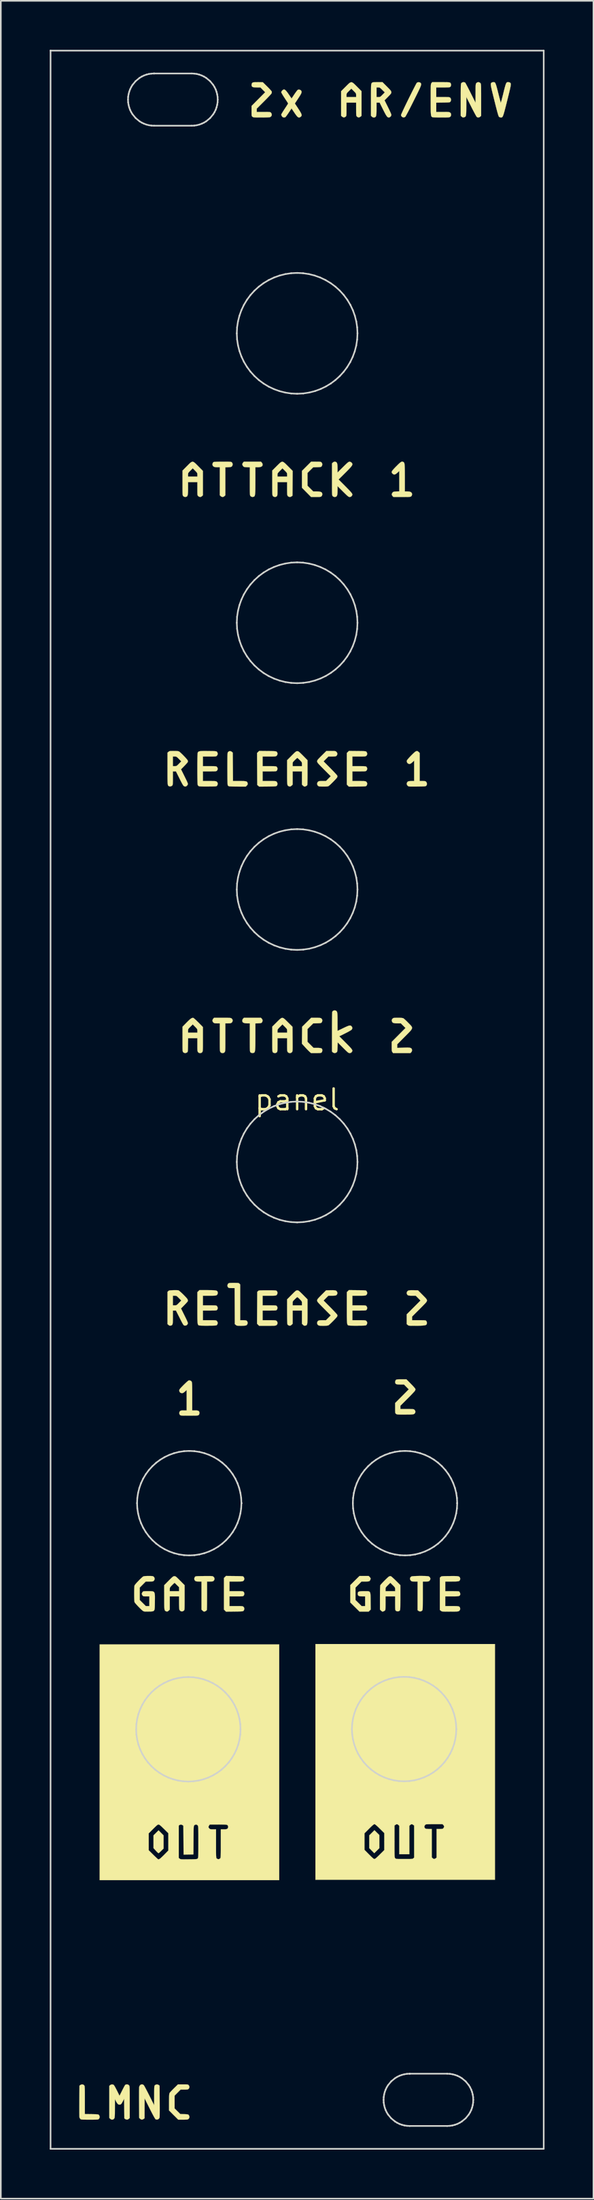
<source format=kicad_pcb>
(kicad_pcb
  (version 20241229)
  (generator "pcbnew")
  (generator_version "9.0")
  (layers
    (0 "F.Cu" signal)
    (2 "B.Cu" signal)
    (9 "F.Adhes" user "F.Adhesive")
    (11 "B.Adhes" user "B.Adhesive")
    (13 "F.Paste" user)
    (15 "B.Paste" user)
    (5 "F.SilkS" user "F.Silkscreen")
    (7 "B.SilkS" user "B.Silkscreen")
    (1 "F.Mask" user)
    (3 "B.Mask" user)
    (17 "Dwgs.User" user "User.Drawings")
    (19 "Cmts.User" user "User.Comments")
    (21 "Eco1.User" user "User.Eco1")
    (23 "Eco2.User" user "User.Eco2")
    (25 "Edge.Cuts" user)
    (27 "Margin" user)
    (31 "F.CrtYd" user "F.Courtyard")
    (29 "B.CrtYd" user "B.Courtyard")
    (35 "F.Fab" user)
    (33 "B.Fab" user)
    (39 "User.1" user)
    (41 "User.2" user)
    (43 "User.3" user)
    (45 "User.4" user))
  (footprint "panel"
    (layer "F.Cu")
    (at 15.17 64.3)
    (property "Reference" "panel" (at 0 0 0) (layer "F.SilkS") (effects (font (size 1.27 1.27) (thickness 0.15))))
    (attr through_hole)
    (fp_poly (pts (xy 4.889 44.884) (xy 5.038 45.031) (xy 5.038 45.837) (xy 4.884 45.99) (xy 4.73 46.143) (xy 4.577 45.989) (xy 4.424 45.835) (xy 4.424 45.052) (xy 4.583 44.895) (xy 4.741 44.737) (xy 4.889 44.884)) (stroke (width 0.01) (type solid)) (fill yes) (layer "F.SilkS"))
    (fp_poly (pts (xy -8.344 44.9) (xy -8.191 45.054) (xy -8.191 45.859) (xy -8.335 46.001) (xy -8.399 46.063) (xy -8.454 46.111) (xy -8.491 46.139) (xy -8.502 46.143) (xy -8.525 46.129) (xy -8.57 46.089) (xy -8.627 46.031) (xy -8.665 45.99) (xy -8.805 45.836) (xy -8.805 45.444) (xy -8.805 45.052) (xy -8.651 44.899) (xy -8.497 44.746) (xy -8.344 44.9)) (stroke (width 0.01) (type solid)) (fill yes) (layer "F.SilkS"))
    (fp_poly (pts (xy -4.401 -39.073) (xy -4.275 -39.073) (xy -4.182 -39.071) (xy -4.115 -39.068) (xy -4.068 -39.063) (xy -4.038 -39.055) (xy -4.017 -39.046) (xy -4.002 -39.033) (xy -4 -39.031) (xy -3.961 -38.964) (xy -3.955 -38.886) (xy -3.983 -38.812) (xy -4.003 -38.788) (xy -4.032 -38.766) (xy -4.076 -38.751) (xy -4.143 -38.743) (xy -4.223 -38.738) (xy -4.403 -38.731) (xy -4.403 -37.019) (xy -4.455 -36.967) (xy -4.523 -36.923) (xy -4.572 -36.915) (xy -4.646 -36.934) (xy -4.689 -36.967) (xy -4.741 -37.019) (xy -4.741 -38.735) (xy -4.895 -38.735) (xy -5.012 -38.742) (xy -5.095 -38.762) (xy -5.15 -38.8) (xy -5.18 -38.844) (xy -5.193 -38.91) (xy -5.179 -38.981) (xy -5.143 -39.037) (xy -5.121 -39.053) (xy -5.089 -39.059) (xy -5.02 -39.064) (xy -4.92 -39.069) (xy -4.793 -39.072) (xy -4.646 -39.073) (xy -4.563 -39.074) (xy -4.401 -39.073)) (stroke (width 0.01) (type solid)) (fill yes) (layer "F.SilkS"))
    (fp_poly (pts (xy 1.274 -39.073) (xy 1.358 -39.071) (xy 1.414 -39.067) (xy 1.451 -39.059) (xy 1.475 -39.047) (xy 1.496 -39.028) (xy 1.499 -39.025) (xy 1.537 -38.956) (xy 1.541 -38.877) (xy 1.51 -38.803) (xy 1.505 -38.796) (xy 1.484 -38.774) (xy 1.458 -38.759) (xy 1.419 -38.75) (xy 1.358 -38.744) (xy 1.266 -38.74) (xy 1.224 -38.739) (xy 0.984 -38.732) (xy 0.635 -38.387) (xy 0.635 -37.602) (xy 0.985 -37.253) (xy 1.177 -37.253) (xy 1.318 -37.248) (xy 1.421 -37.232) (xy 1.489 -37.204) (xy 1.524 -37.168) (xy 1.545 -37.091) (xy 1.532 -37.015) (xy 1.496 -36.961) (xy 1.474 -36.942) (xy 1.447 -36.93) (xy 1.409 -36.922) (xy 1.35 -36.917) (xy 1.265 -36.915) (xy 1.151 -36.915) (xy 0.855 -36.915) (xy 0.576 -37.197) (xy 0.296 -37.479) (xy 0.296 -38.511) (xy 0.578 -38.792) (xy 0.859 -39.074) (xy 1.156 -39.074) (xy 1.274 -39.073)) (stroke (width 0.01) (type solid)) (fill yes) (layer "F.SilkS"))
    (fp_poly (pts (xy -4.027 -21.322) (xy -4.009 -21.308) (xy -3.948 -21.255) (xy -3.941 -20.385) (xy -3.935 -19.516) (xy -3.536 -19.516) (xy -3.382 -19.515) (xy -3.265 -19.512) (xy -3.18 -19.505) (xy -3.12 -19.492) (xy -3.081 -19.472) (xy -3.057 -19.444) (xy -3.042 -19.405) (xy -3.035 -19.374) (xy -3.032 -19.323) (xy -3.05 -19.282) (xy -3.086 -19.241) (xy -3.151 -19.177) (xy -3.644 -19.178) (xy -3.787 -19.18) (xy -3.918 -19.182) (xy -4.03 -19.186) (xy -4.116 -19.19) (xy -4.17 -19.195) (xy -4.184 -19.198) (xy -4.232 -19.231) (xy -4.253 -19.259) (xy -4.259 -19.293) (xy -4.265 -19.369) (xy -4.269 -19.487) (xy -4.272 -19.648) (xy -4.274 -19.851) (xy -4.275 -20.095) (xy -4.276 -20.274) (xy -4.276 -20.503) (xy -4.275 -20.694) (xy -4.274 -20.85) (xy -4.273 -20.975) (xy -4.271 -21.073) (xy -4.268 -21.147) (xy -4.264 -21.201) (xy -4.259 -21.239) (xy -4.253 -21.265) (xy -4.245 -21.282) (xy -4.239 -21.291) (xy -4.175 -21.339) (xy -4.101 -21.35) (xy -4.027 -21.322)) (stroke (width 0.01) (type solid)) (fill yes) (layer "F.SilkS"))
    (fp_poly (pts (xy -3.763 11.219) (xy -3.68 11.221) (xy -3.624 11.225) (xy -3.587 11.233) (xy -3.562 11.246) (xy -3.542 11.264) (xy -3.539 11.267) (xy -3.493 11.316) (xy -3.493 13.504) (xy -3.317 13.504) (xy -3.205 13.508) (xy -3.13 13.521) (xy -3.097 13.536) (xy -3.052 13.591) (xy -3.035 13.661) (xy -3.047 13.733) (xy -3.086 13.793) (xy -3.125 13.819) (xy -3.167 13.829) (xy -3.243 13.837) (xy -3.343 13.842) (xy -3.439 13.843) (xy -3.55 13.842) (xy -3.627 13.84) (xy -3.679 13.834) (xy -3.714 13.824) (xy -3.742 13.807) (xy -3.761 13.792) (xy -3.821 13.741) (xy -3.826 12.638) (xy -3.832 11.536) (xy -4.012 11.536) (xy -4.104 11.534) (xy -4.164 11.528) (xy -4.203 11.516) (xy -4.232 11.495) (xy -4.233 11.493) (xy -4.269 11.43) (xy -4.273 11.356) (xy -4.246 11.287) (xy -4.227 11.264) (xy -4.204 11.246) (xy -4.178 11.233) (xy -4.139 11.225) (xy -4.081 11.221) (xy -3.996 11.219) (xy -3.881 11.218) (xy -3.763 11.219)) (stroke (width 0.01) (type solid)) (fill yes) (layer "F.SilkS"))
    (fp_poly (pts (xy 1.265 -5.016) (xy 1.348 -5.013) (xy 1.405 -5.008) (xy 1.444 -4.999) (xy 1.473 -4.985) (xy 1.489 -4.973) (xy 1.534 -4.913) (xy 1.545 -4.84) (xy 1.523 -4.765) (xy 1.505 -4.738) (xy 1.484 -4.717) (xy 1.458 -4.702) (xy 1.419 -4.692) (xy 1.358 -4.687) (xy 1.266 -4.683) (xy 1.224 -4.682) (xy 0.984 -4.675) (xy 0.635 -4.33) (xy 0.635 -3.545) (xy 1.006 -3.175) (xy 1.233 -3.175) (xy 1.356 -3.172) (xy 1.443 -3.161) (xy 1.499 -3.139) (xy 1.531 -3.103) (xy 1.544 -3.05) (xy 1.545 -3.016) (xy 1.53 -2.941) (xy 1.503 -2.9) (xy 1.482 -2.883) (xy 1.456 -2.871) (xy 1.415 -2.864) (xy 1.354 -2.86) (xy 1.264 -2.858) (xy 1.158 -2.857) (xy 0.856 -2.857) (xy 0.779 -2.921) (xy 0.736 -2.961) (xy 0.672 -3.024) (xy 0.596 -3.102) (xy 0.516 -3.189) (xy 0.498 -3.208) (xy 0.294 -3.431) (xy 0.307 -4.468) (xy 0.584 -4.742) (xy 0.86 -5.016) (xy 1.147 -5.016) (xy 1.265 -5.016)) (stroke (width 0.01) (type solid)) (fill yes) (layer "F.SilkS"))
    (fp_poly (pts (xy 7.523 -62.303) (xy 7.562 -62.278) (xy 7.581 -62.256) (xy 7.595 -62.235) (xy 7.603 -62.21) (xy 7.604 -62.179) (xy 7.597 -62.139) (xy 7.58 -62.085) (xy 7.553 -62.015) (xy 7.514 -61.926) (xy 7.461 -61.814) (xy 7.394 -61.675) (xy 7.311 -61.507) (xy 7.211 -61.307) (xy 7.146 -61.177) (xy 7.033 -60.951) (xy 6.931 -60.751) (xy 6.841 -60.578) (xy 6.765 -60.434) (xy 6.704 -60.321) (xy 6.658 -60.241) (xy 6.629 -60.197) (xy 6.622 -60.189) (xy 6.548 -60.159) (xy 6.475 -60.17) (xy 6.427 -60.2) (xy 6.38 -60.258) (xy 6.371 -60.305) (xy 6.38 -60.335) (xy 6.407 -60.397) (xy 6.448 -60.488) (xy 6.501 -60.604) (xy 6.565 -60.739) (xy 6.637 -60.89) (xy 6.715 -61.051) (xy 6.797 -61.219) (xy 6.881 -61.389) (xy 6.964 -61.556) (xy 7.044 -61.717) (xy 7.119 -61.865) (xy 7.187 -61.998) (xy 7.245 -62.11) (xy 7.292 -62.198) (xy 7.325 -62.256) (xy 7.34 -62.278) (xy 7.389 -62.306) (xy 7.457 -62.314) (xy 7.523 -62.303)) (stroke (width 0.01) (type solid)) (fill yes) (layer "F.SilkS"))
    (fp_poly (pts (xy -2.169 -39.022) (xy -2.125 -38.95) (xy -2.12 -38.868) (xy -2.13 -38.831) (xy -2.17 -38.785) (xy -2.246 -38.753) (xy -2.355 -38.737) (xy -2.412 -38.735) (xy -2.561 -38.735) (xy -2.561 -37.925) (xy -2.562 -37.698) (xy -2.563 -37.509) (xy -2.565 -37.355) (xy -2.569 -37.232) (xy -2.575 -37.137) (xy -2.583 -37.065) (xy -2.594 -37.012) (xy -2.607 -36.976) (xy -2.624 -36.952) (xy -2.643 -36.937) (xy -2.645 -36.936) (xy -2.723 -36.915) (xy -2.8 -36.928) (xy -2.854 -36.964) (xy -2.865 -36.977) (xy -2.875 -36.991) (xy -2.882 -37.012) (xy -2.888 -37.043) (xy -2.892 -37.088) (xy -2.895 -37.152) (xy -2.898 -37.237) (xy -2.899 -37.349) (xy -2.9 -37.491) (xy -2.9 -37.668) (xy -2.9 -37.872) (xy -2.9 -38.731) (xy -3.082 -38.738) (xy -3.171 -38.743) (xy -3.23 -38.75) (xy -3.268 -38.763) (xy -3.296 -38.785) (xy -3.314 -38.805) (xy -3.357 -38.879) (xy -3.358 -38.95) (xy -3.317 -39.018) (xy -3.314 -39.022) (xy -3.262 -39.074) (xy -2.221 -39.074) (xy -2.169 -39.022)) (stroke (width 0.01) (type solid)) (fill yes) (layer "F.SilkS"))
    (fp_poly (pts (xy -2.169 -4.965) (xy -2.126 -4.895) (xy -2.121 -4.817) (xy -2.154 -4.742) (xy -2.157 -4.738) (xy -2.182 -4.714) (xy -2.214 -4.698) (xy -2.263 -4.688) (xy -2.341 -4.683) (xy -2.379 -4.681) (xy -2.561 -4.673) (xy -2.561 -3.866) (xy -2.562 -3.639) (xy -2.563 -3.45) (xy -2.565 -3.297) (xy -2.569 -3.174) (xy -2.575 -3.078) (xy -2.583 -3.007) (xy -2.594 -2.955) (xy -2.607 -2.919) (xy -2.624 -2.895) (xy -2.644 -2.88) (xy -2.645 -2.879) (xy -2.718 -2.859) (xy -2.794 -2.866) (xy -2.855 -2.897) (xy -2.857 -2.9) (xy -2.868 -2.912) (xy -2.877 -2.927) (xy -2.883 -2.95) (xy -2.889 -2.984) (xy -2.893 -3.033) (xy -2.896 -3.102) (xy -2.898 -3.195) (xy -2.899 -3.314) (xy -2.9 -3.466) (xy -2.9 -3.653) (xy -2.9 -3.81) (xy -2.9 -4.678) (xy -3.06 -4.678) (xy -3.189 -4.686) (xy -3.282 -4.711) (xy -3.34 -4.752) (xy -3.352 -4.774) (xy -3.364 -4.859) (xy -3.337 -4.936) (xy -3.314 -4.965) (xy -3.262 -5.016) (xy -2.221 -5.016) (xy -2.169 -4.965)) (stroke (width 0.01) (type solid)) (fill yes) (layer "F.SilkS"))
    (fp_poly (pts (xy 7.746 29.167) (xy 7.865 29.17) (xy 7.964 29.176) (xy 8.036 29.183) (xy 8.071 29.192) (xy 8.137 29.247) (xy 8.168 29.315) (xy 8.162 29.388) (xy 8.118 29.454) (xy 8.089 29.48) (xy 8.056 29.495) (xy 8.008 29.503) (xy 7.934 29.506) (xy 7.886 29.506) (xy 7.705 29.506) (xy 7.705 30.372) (xy 7.705 30.587) (xy 7.704 30.765) (xy 7.703 30.907) (xy 7.701 31.02) (xy 7.699 31.106) (xy 7.696 31.17) (xy 7.691 31.215) (xy 7.685 31.246) (xy 7.678 31.267) (xy 7.668 31.281) (xy 7.668 31.282) (xy 7.604 31.329) (xy 7.529 31.34) (xy 7.456 31.313) (xy 7.445 31.306) (xy 7.387 31.26) (xy 7.387 29.506) (xy 7.206 29.506) (xy 7.116 29.505) (xy 7.057 29.5) (xy 7.018 29.489) (xy 6.988 29.468) (xy 6.973 29.454) (xy 6.929 29.385) (xy 6.922 29.312) (xy 6.95 29.246) (xy 7.008 29.199) (xy 7.049 29.188) (xy 7.124 29.18) (xy 7.226 29.174) (xy 7.347 29.169) (xy 7.479 29.166) (xy 7.615 29.166) (xy 7.746 29.167)) (stroke (width 0.01) (type solid)) (fill yes) (layer "F.SilkS"))
    (fp_poly (pts (xy 4.447 29.23) (xy 4.494 29.287) (xy 4.506 29.34) (xy 4.486 29.403) (xy 4.478 29.42) (xy 4.456 29.456) (xy 4.43 29.48) (xy 4.392 29.495) (xy 4.332 29.503) (xy 4.244 29.506) (xy 4.162 29.506) (xy 3.947 29.506) (xy 3.577 29.878) (xy 3.577 30.64) (xy 3.763 30.824) (xy 3.948 31.009) (xy 4.17 31.009) (xy 4.17 30.416) (xy 3.992 30.416) (xy 3.876 30.412) (xy 3.796 30.395) (xy 3.747 30.363) (xy 3.722 30.313) (xy 3.717 30.258) (xy 3.721 30.201) (xy 3.738 30.16) (xy 3.772 30.131) (xy 3.83 30.113) (xy 3.916 30.103) (xy 4.037 30.099) (xy 4.106 30.099) (xy 4.22 30.098) (xy 4.31 30.099) (xy 4.378 30.106) (xy 4.427 30.124) (xy 4.461 30.157) (xy 4.483 30.21) (xy 4.495 30.288) (xy 4.5 30.394) (xy 4.503 30.533) (xy 4.504 30.701) (xy 4.511 31.222) (xy 4.385 31.348) (xy 3.824 31.348) (xy 3.542 31.068) (xy 3.26 30.789) (xy 3.26 29.727) (xy 3.542 29.447) (xy 3.824 29.168) (xy 4.385 29.168) (xy 4.447 29.23)) (stroke (width 0.01) (type solid)) (fill yes) (layer "F.SilkS"))
    (fp_poly (pts (xy -5.326 29.171) (xy -5.256 29.174) (xy -5.208 29.18) (xy -5.175 29.188) (xy -5.153 29.198) (xy -5.153 29.198) (xy -5.09 29.26) (xy -5.066 29.332) (xy -5.081 29.407) (xy -5.123 29.465) (xy -5.151 29.486) (xy -5.189 29.498) (xy -5.249 29.505) (xy -5.34 29.506) (xy -5.345 29.506) (xy -5.524 29.506) (xy -5.524 30.362) (xy -5.525 30.549) (xy -5.526 30.724) (xy -5.527 30.882) (xy -5.529 31.017) (xy -5.531 31.126) (xy -5.534 31.204) (xy -5.537 31.246) (xy -5.538 31.252) (xy -5.568 31.287) (xy -5.621 31.322) (xy -5.679 31.344) (xy -5.705 31.348) (xy -5.741 31.334) (xy -5.788 31.299) (xy -5.801 31.286) (xy -5.863 31.224) (xy -5.863 29.506) (xy -6.03 29.506) (xy -6.121 29.504) (xy -6.183 29.496) (xy -6.226 29.48) (xy -6.252 29.462) (xy -6.296 29.403) (xy -6.308 29.33) (xy -6.285 29.255) (xy -6.267 29.228) (xy -6.254 29.213) (xy -6.238 29.201) (xy -6.214 29.192) (xy -6.178 29.185) (xy -6.123 29.18) (xy -6.044 29.177) (xy -5.937 29.175) (xy -5.794 29.173) (xy -5.715 29.172) (xy -5.55 29.17) (xy -5.422 29.17) (xy -5.326 29.171)) (stroke (width 0.01) (type solid)) (fill yes) (layer "F.SilkS"))
    (fp_poly (pts (xy -6.881 60.304) (xy -6.796 60.306) (xy -6.738 60.31) (xy -6.701 60.318) (xy -6.675 60.33) (xy -6.655 60.347) (xy -6.65 60.353) (xy -6.611 60.421) (xy -6.608 60.495) (xy -6.641 60.563) (xy -6.653 60.575) (xy -6.679 60.596) (xy -6.711 60.61) (xy -6.758 60.617) (xy -6.83 60.621) (xy -6.923 60.621) (xy -7.145 60.621) (xy -7.514 60.993) (xy -7.514 61.776) (xy -7.165 62.121) (xy -6.925 62.128) (xy -6.82 62.132) (xy -6.749 62.136) (xy -6.703 62.144) (xy -6.673 62.157) (xy -6.652 62.176) (xy -6.644 62.185) (xy -6.609 62.257) (xy -6.607 62.332) (xy -6.639 62.399) (xy -6.66 62.419) (xy -6.686 62.437) (xy -6.718 62.449) (xy -6.763 62.457) (xy -6.828 62.461) (xy -6.923 62.463) (xy -7.003 62.463) (xy -7.29 62.463) (xy -7.572 62.182) (xy -7.853 61.9) (xy -7.853 61.397) (xy -7.852 61.227) (xy -7.85 61.093) (xy -7.847 60.993) (xy -7.842 60.92) (xy -7.834 60.871) (xy -7.825 60.84) (xy -7.823 60.837) (xy -7.798 60.803) (xy -7.748 60.746) (xy -7.68 60.673) (xy -7.599 60.591) (xy -7.55 60.542) (xy -7.306 60.304) (xy -7.001 60.304) (xy -6.881 60.304)) (stroke (width 0.01) (type solid)) (fill yes) (layer "F.SilkS"))
    (fp_poly (pts (xy -13.082 60.339) (xy -13.061 60.36) (xy -13.05 60.375) (xy -13.041 60.392) (xy -13.034 60.417) (xy -13.029 60.451) (xy -13.025 60.501) (xy -13.022 60.57) (xy -13.02 60.662) (xy -13.018 60.78) (xy -13.018 60.93) (xy -13.018 61.116) (xy -13.018 61.269) (xy -13.018 62.122) (xy -12.603 62.128) (xy -12.461 62.131) (xy -12.354 62.133) (xy -12.279 62.137) (xy -12.227 62.142) (xy -12.193 62.15) (xy -12.171 62.161) (xy -12.156 62.175) (xy -12.148 62.185) (xy -12.113 62.256) (xy -12.112 62.334) (xy -12.143 62.403) (xy -12.156 62.417) (xy -12.173 62.431) (xy -12.192 62.442) (xy -12.22 62.45) (xy -12.261 62.456) (xy -12.321 62.459) (xy -12.405 62.462) (xy -12.519 62.463) (xy -12.668 62.463) (xy -12.728 62.463) (xy -12.891 62.463) (xy -13.016 62.462) (xy -13.11 62.46) (xy -13.178 62.457) (xy -13.224 62.452) (xy -13.255 62.445) (xy -13.276 62.435) (xy -13.291 62.422) (xy -13.292 62.421) (xy -13.329 62.371) (xy -13.346 62.331) (xy -13.348 62.3) (xy -13.35 62.232) (xy -13.352 62.13) (xy -13.353 62) (xy -13.353 61.845) (xy -13.353 61.67) (xy -13.352 61.481) (xy -13.352 61.334) (xy -13.346 60.385) (xy -13.296 60.344) (xy -13.224 60.309) (xy -13.148 60.307) (xy -13.082 60.339)) (stroke (width 0.01) (type solid)) (fill yes) (layer "F.SilkS"))
    (fp_poly (pts (xy -4.42 -5.016) (xy -4.296 -5.016) (xy -4.203 -5.014) (xy -4.137 -5.011) (xy -4.09 -5.006) (xy -4.059 -4.998) (xy -4.036 -4.988) (xy -4.017 -4.974) (xy -4.009 -4.967) (xy -3.962 -4.903) (xy -3.953 -4.83) (xy -3.981 -4.759) (xy -4.011 -4.725) (xy -4.046 -4.701) (xy -4.087 -4.686) (xy -4.147 -4.679) (xy -4.235 -4.678) (xy -4.403 -4.678) (xy -4.403 -3.823) (xy -4.403 -3.611) (xy -4.403 -3.436) (xy -4.404 -3.296) (xy -4.405 -3.185) (xy -4.408 -3.101) (xy -4.411 -3.038) (xy -4.415 -2.993) (xy -4.421 -2.962) (xy -4.429 -2.94) (xy -4.439 -2.924) (xy -4.447 -2.913) (xy -4.492 -2.873) (xy -4.551 -2.858) (xy -4.572 -2.857) (xy -4.638 -2.866) (xy -4.685 -2.899) (xy -4.697 -2.913) (xy -4.708 -2.928) (xy -4.717 -2.946) (xy -4.724 -2.97) (xy -4.73 -3.005) (xy -4.734 -3.055) (xy -4.737 -3.123) (xy -4.739 -3.215) (xy -4.74 -3.334) (xy -4.741 -3.484) (xy -4.741 -3.669) (xy -4.741 -3.823) (xy -4.741 -4.678) (xy -4.909 -4.678) (xy -4.998 -4.679) (xy -5.057 -4.686) (xy -5.098 -4.701) (xy -5.133 -4.726) (xy -5.135 -4.727) (xy -5.183 -4.792) (xy -5.192 -4.866) (xy -5.162 -4.94) (xy -5.143 -4.964) (xy -5.094 -5.016) (xy -4.58 -5.016) (xy -4.42 -5.016)) (stroke (width 0.01) (type solid)) (fill yes) (layer "F.SilkS"))
    (fp_poly (pts (xy 6.317 -5.015) (xy 6.417 -5.009) (xy 6.483 -4.998) (xy 6.515 -4.987) (xy 6.549 -4.962) (xy 6.606 -4.912) (xy 6.679 -4.844) (xy 6.762 -4.763) (xy 6.81 -4.713) (xy 6.894 -4.629) (xy 6.961 -4.559) (xy 7.009 -4.501) (xy 7.038 -4.448) (xy 7.047 -4.397) (xy 7.034 -4.343) (xy 6.999 -4.281) (xy 6.939 -4.207) (xy 6.854 -4.116) (xy 6.743 -4.004) (xy 6.605 -3.865) (xy 6.593 -3.853) (xy 6.138 -3.395) (xy 6.138 -3.172) (xy 6.508 -3.187) (xy 6.666 -3.192) (xy 6.787 -3.193) (xy 6.877 -3.187) (xy 6.942 -3.175) (xy 6.986 -3.156) (xy 7.016 -3.129) (xy 7.028 -3.11) (xy 7.048 -3.032) (xy 7.029 -2.954) (xy 6.997 -2.909) (xy 6.945 -2.857) (xy 5.887 -2.857) (xy 5.844 -2.913) (xy 5.826 -2.94) (xy 5.813 -2.971) (xy 5.806 -3.016) (xy 5.802 -3.082) (xy 5.8 -3.177) (xy 5.8 -3.256) (xy 5.8 -3.543) (xy 6.646 -4.393) (xy 6.36 -4.678) (xy 6.155 -4.678) (xy 6.031 -4.681) (xy 5.942 -4.692) (xy 5.881 -4.713) (xy 5.842 -4.745) (xy 5.823 -4.776) (xy 5.801 -4.855) (xy 5.817 -4.92) (xy 5.852 -4.965) (xy 5.875 -4.986) (xy 5.9 -5) (xy 5.935 -5.009) (xy 5.989 -5.014) (xy 6.069 -5.016) (xy 6.181 -5.016) (xy 6.317 -5.015)) (stroke (width 0.01) (type solid)) (fill yes) (layer "F.SilkS"))
    (fp_poly (pts (xy 3.359 -62.309) (xy 3.421 -62.277) (xy 3.494 -62.216) (xy 3.586 -62.127) (xy 3.673 -62.039) (xy 3.948 -61.764) (xy 3.948 -60.258) (xy 3.888 -60.207) (xy 3.814 -60.164) (xy 3.743 -60.163) (xy 3.675 -60.204) (xy 3.671 -60.208) (xy 3.653 -60.227) (xy 3.64 -60.247) (xy 3.631 -60.275) (xy 3.625 -60.317) (xy 3.622 -60.379) (xy 3.62 -60.467) (xy 3.62 -60.589) (xy 3.619 -60.663) (xy 3.619 -61.066) (xy 3.027 -61.066) (xy 3.027 -60.663) (xy 3.027 -60.523) (xy 3.026 -60.419) (xy 3.023 -60.344) (xy 3.019 -60.293) (xy 3.011 -60.26) (xy 3 -60.236) (xy 2.984 -60.217) (xy 2.975 -60.208) (xy 2.908 -60.164) (xy 2.836 -60.163) (xy 2.763 -60.203) (xy 2.758 -60.207) (xy 2.699 -60.258) (xy 2.699 -61.516) (xy 3.027 -61.516) (xy 3.027 -61.404) (xy 3.619 -61.404) (xy 3.619 -61.516) (xy 3.618 -61.568) (xy 3.611 -61.608) (xy 3.593 -61.645) (xy 3.557 -61.688) (xy 3.498 -61.748) (xy 3.471 -61.775) (xy 3.323 -61.922) (xy 3.175 -61.775) (xy 3.107 -61.707) (xy 3.064 -61.659) (xy 3.04 -61.621) (xy 3.03 -61.583) (xy 3.027 -61.537) (xy 3.027 -61.516) (xy 2.699 -61.516) (xy 2.699 -61.764) (xy 2.974 -62.039) (xy 3.085 -62.15) (xy 3.171 -62.233) (xy 3.241 -62.287) (xy 3.301 -62.312) (xy 3.359 -62.309)) (stroke (width 0.01) (type solid)) (fill yes) (layer "F.SilkS"))
    (fp_poly (pts (xy 7.384 -21.347) (xy 7.44 -21.307) (xy 7.452 -21.295) (xy 7.514 -21.233) (xy 7.514 -19.516) (xy 7.69 -19.516) (xy 7.78 -19.514) (xy 7.838 -19.509) (xy 7.875 -19.497) (xy 7.903 -19.476) (xy 7.913 -19.467) (xy 7.95 -19.401) (xy 7.958 -19.326) (xy 7.938 -19.257) (xy 7.914 -19.228) (xy 7.897 -19.215) (xy 7.874 -19.205) (xy 7.84 -19.198) (xy 7.788 -19.192) (xy 7.715 -19.188) (xy 7.614 -19.185) (xy 7.48 -19.183) (xy 7.357 -19.181) (xy 7.197 -19.179) (xy 7.073 -19.179) (xy 6.98 -19.179) (xy 6.913 -19.182) (xy 6.866 -19.186) (xy 6.834 -19.194) (xy 6.811 -19.204) (xy 6.792 -19.217) (xy 6.79 -19.218) (xy 6.736 -19.283) (xy 6.72 -19.358) (xy 6.742 -19.431) (xy 6.793 -19.489) (xy 6.832 -19.502) (xy 6.904 -19.511) (xy 6.998 -19.515) (xy 7.001 -19.515) (xy 7.176 -19.516) (xy 7.176 -20.77) (xy 7.073 -20.675) (xy 6.995 -20.607) (xy 6.933 -20.571) (xy 6.879 -20.561) (xy 6.826 -20.576) (xy 6.821 -20.578) (xy 6.757 -20.629) (xy 6.725 -20.697) (xy 6.73 -20.772) (xy 6.732 -20.778) (xy 6.755 -20.815) (xy 6.803 -20.874) (xy 6.869 -20.948) (xy 6.946 -21.031) (xy 7.028 -21.115) (xy 7.108 -21.193) (xy 7.18 -21.26) (xy 7.236 -21.308) (xy 7.264 -21.327) (xy 7.331 -21.353) (xy 7.384 -21.347)) (stroke (width 0.01) (type solid)) (fill yes) (layer "F.SilkS"))
    (fp_poly (pts (xy 6.469 -39.074) (xy 6.51 -39.057) (xy 6.518 -39.053) (xy 6.539 -39.039) (xy 6.556 -39.019) (xy 6.57 -38.988) (xy 6.581 -38.943) (xy 6.589 -38.88) (xy 6.595 -38.796) (xy 6.599 -38.686) (xy 6.602 -38.547) (xy 6.603 -38.374) (xy 6.604 -38.164) (xy 6.604 -38.076) (xy 6.604 -37.253) (xy 6.74 -37.253) (xy 6.868 -37.245) (xy 6.959 -37.22) (xy 7.017 -37.175) (xy 7.045 -37.109) (xy 7.048 -37.072) (xy 7.029 -36.998) (xy 7 -36.961) (xy 6.983 -36.946) (xy 6.963 -36.935) (xy 6.936 -36.927) (xy 6.895 -36.922) (xy 6.835 -36.918) (xy 6.751 -36.916) (xy 6.637 -36.915) (xy 6.488 -36.915) (xy 6.427 -36.915) (xy 5.904 -36.915) (xy 5.852 -36.967) (xy 5.808 -37.034) (xy 5.806 -37.105) (xy 5.847 -37.179) (xy 5.849 -37.182) (xy 5.877 -37.21) (xy 5.909 -37.228) (xy 5.955 -37.239) (xy 6.026 -37.246) (xy 6.082 -37.249) (xy 6.265 -37.259) (xy 6.265 -38.508) (xy 6.15 -38.399) (xy 6.063 -38.328) (xy 5.99 -38.293) (xy 5.925 -38.294) (xy 5.865 -38.33) (xy 5.852 -38.342) (xy 5.819 -38.38) (xy 5.801 -38.416) (xy 5.801 -38.455) (xy 5.822 -38.503) (xy 5.865 -38.563) (xy 5.933 -38.64) (xy 6.028 -38.74) (xy 6.079 -38.791) (xy 6.187 -38.899) (xy 6.271 -38.978) (xy 6.336 -39.032) (xy 6.387 -39.064) (xy 6.43 -39.077) (xy 6.469 -39.074)) (stroke (width 0.01) (type solid)) (fill yes) (layer "F.SilkS"))
    (fp_poly (pts (xy -10.355 60.323) (xy -10.31 60.36) (xy -10.299 60.374) (xy -10.291 60.39) (xy -10.284 60.413) (xy -10.278 60.445) (xy -10.274 60.492) (xy -10.271 60.556) (xy -10.269 60.641) (xy -10.267 60.752) (xy -10.266 60.892) (xy -10.266 61.064) (xy -10.266 61.274) (xy -10.266 61.387) (xy -10.266 62.359) (xy -10.318 62.411) (xy -10.388 62.454) (xy -10.466 62.459) (xy -10.54 62.425) (xy -10.544 62.422) (xy -10.594 62.382) (xy -10.6 61.782) (xy -10.607 61.182) (xy -10.696 61.351) (xy -10.742 61.436) (xy -10.778 61.489) (xy -10.811 61.521) (xy -10.847 61.538) (xy -10.853 61.539) (xy -10.917 61.545) (xy -10.974 61.522) (xy -11.029 61.465) (xy -11.087 61.372) (xy -11.101 61.346) (xy -11.174 61.203) (xy -11.175 61.76) (xy -11.176 61.937) (xy -11.177 62.077) (xy -11.18 62.184) (xy -11.185 62.263) (xy -11.191 62.319) (xy -11.199 62.357) (xy -11.207 62.377) (xy -11.258 62.437) (xy -11.326 62.463) (xy -11.399 62.454) (xy -11.463 62.411) (xy -11.515 62.359) (xy -11.515 60.396) (xy -11.466 60.35) (xy -11.398 60.312) (xy -11.32 60.307) (xy -11.25 60.333) (xy -11.226 60.362) (xy -11.189 60.421) (xy -11.142 60.505) (xy -11.089 60.606) (xy -11.049 60.683) (xy -10.891 61.003) (xy -10.735 60.691) (xy -10.68 60.583) (xy -10.63 60.486) (xy -10.588 60.409) (xy -10.557 60.357) (xy -10.546 60.341) (xy -10.492 60.308) (xy -10.423 60.303) (xy -10.355 60.323)) (stroke (width 0.01) (type solid)) (fill yes) (layer "F.SilkS"))
    (fp_poly (pts (xy -9.465 60.31) (xy -9.404 60.351) (xy -9.384 60.382) (xy -9.347 60.445) (xy -9.298 60.536) (xy -9.238 60.65) (xy -9.169 60.782) (xy -9.096 60.926) (xy -9.063 60.992) (xy -8.765 61.584) (xy -8.764 60.99) (xy -8.764 60.816) (xy -8.763 60.68) (xy -8.762 60.575) (xy -8.759 60.499) (xy -8.755 60.444) (xy -8.749 60.408) (xy -8.741 60.383) (xy -8.73 60.366) (xy -8.717 60.352) (xy -8.714 60.35) (xy -8.645 60.312) (xy -8.566 60.308) (xy -8.492 60.339) (xy -8.485 60.344) (xy -8.435 60.385) (xy -8.429 61.334) (xy -8.428 61.532) (xy -8.427 61.718) (xy -8.427 61.887) (xy -8.428 62.036) (xy -8.429 62.159) (xy -8.431 62.253) (xy -8.433 62.311) (xy -8.434 62.33) (xy -8.471 62.401) (xy -8.533 62.446) (xy -8.608 62.46) (xy -8.68 62.441) (xy -8.7 62.416) (xy -8.737 62.357) (xy -8.788 62.268) (xy -8.851 62.151) (xy -8.925 62.011) (xy -9.006 61.852) (xy -9.037 61.79) (xy -9.353 61.161) (xy -9.355 61.768) (xy -9.356 62.375) (xy -9.411 62.419) (xy -9.487 62.457) (xy -9.562 62.455) (xy -9.629 62.411) (xy -9.632 62.408) (xy -9.684 62.354) (xy -9.69 61.44) (xy -9.691 61.245) (xy -9.692 61.06) (xy -9.691 60.892) (xy -9.691 60.744) (xy -9.689 60.622) (xy -9.687 60.529) (xy -9.685 60.471) (xy -9.684 60.456) (xy -9.653 60.379) (xy -9.6 60.327) (xy -9.534 60.302) (xy -9.465 60.31)) (stroke (width 0.01) (type solid)) (fill yes) (layer "F.SilkS"))
    (fp_poly (pts (xy 7.138 11.668) (xy 7.408 11.673) (xy 7.683 11.948) (xy 7.781 12.047) (xy 7.853 12.121) (xy 7.903 12.177) (xy 7.934 12.218) (xy 7.951 12.251) (xy 7.958 12.279) (xy 7.959 12.298) (xy 7.957 12.321) (xy 7.949 12.345) (xy 7.932 12.375) (xy 7.904 12.413) (xy 7.86 12.464) (xy 7.797 12.53) (xy 7.713 12.616) (xy 7.605 12.726) (xy 7.504 12.827) (xy 7.048 13.282) (xy 7.048 13.504) (xy 7.461 13.504) (xy 7.604 13.505) (xy 7.711 13.506) (xy 7.787 13.508) (xy 7.84 13.513) (xy 7.875 13.521) (xy 7.898 13.531) (xy 7.915 13.545) (xy 7.916 13.547) (xy 7.949 13.606) (xy 7.958 13.68) (xy 7.941 13.75) (xy 7.93 13.768) (xy 7.905 13.79) (xy 7.863 13.807) (xy 7.799 13.82) (xy 7.71 13.83) (xy 7.59 13.836) (xy 7.437 13.84) (xy 7.256 13.841) (xy 7.113 13.842) (xy 7.007 13.841) (xy 6.93 13.839) (xy 6.876 13.835) (xy 6.839 13.828) (xy 6.814 13.817) (xy 6.792 13.803) (xy 6.78 13.792) (xy 6.72 13.741) (xy 6.72 13.145) (xy 7.143 12.722) (xy 7.566 12.298) (xy 7.272 12.002) (xy 7.053 12.002) (xy 6.937 12) (xy 6.855 11.993) (xy 6.801 11.978) (xy 6.765 11.954) (xy 6.74 11.916) (xy 6.732 11.898) (xy 6.717 11.841) (xy 6.729 11.789) (xy 6.734 11.776) (xy 6.761 11.732) (xy 6.796 11.701) (xy 6.847 11.681) (xy 6.921 11.67) (xy 7.024 11.666) (xy 7.138 11.668)) (stroke (width 0.01) (type solid)) (fill yes) (layer "F.SilkS"))
    (fp_poly (pts (xy -6.502 17.226) (xy -6.467 17.271) (xy -6.459 17.293) (xy -6.452 17.324) (xy -6.446 17.371) (xy -6.442 17.435) (xy -6.439 17.522) (xy -6.437 17.635) (xy -6.436 17.779) (xy -6.435 17.957) (xy -6.435 18.173) (xy -6.435 19.029) (xy -6.255 19.029) (xy -6.142 19.034) (xy -6.065 19.051) (xy -6.018 19.083) (xy -5.995 19.134) (xy -5.99 19.188) (xy -6.005 19.263) (xy -6.032 19.304) (xy -6.048 19.317) (xy -6.067 19.327) (xy -6.096 19.334) (xy -6.14 19.34) (xy -6.204 19.343) (xy -6.294 19.345) (xy -6.414 19.346) (xy -6.57 19.346) (xy -6.611 19.346) (xy -6.776 19.346) (xy -6.904 19.345) (xy -6.999 19.344) (xy -7.069 19.341) (xy -7.116 19.336) (xy -7.148 19.329) (xy -7.168 19.32) (xy -7.183 19.308) (xy -7.187 19.303) (xy -7.22 19.24) (xy -7.225 19.166) (xy -7.203 19.099) (xy -7.177 19.068) (xy -7.143 19.048) (xy -7.094 19.035) (xy -7.022 19.03) (xy -6.951 19.029) (xy -6.773 19.029) (xy -6.773 17.776) (xy -6.881 17.873) (xy -6.952 17.931) (xy -7.008 17.962) (xy -7.059 17.97) (xy -7.059 17.971) (xy -7.142 17.954) (xy -7.199 17.906) (xy -7.225 17.834) (xy -7.226 17.814) (xy -7.224 17.783) (xy -7.215 17.753) (xy -7.194 17.719) (xy -7.157 17.673) (xy -7.101 17.613) (xy -7.022 17.531) (xy -6.963 17.472) (xy -6.874 17.385) (xy -6.793 17.308) (xy -6.724 17.248) (xy -6.674 17.208) (xy -6.652 17.195) (xy -6.57 17.192) (xy -6.502 17.226)) (stroke (width 0.01) (type solid)) (fill yes) (layer "F.SilkS"))
    (fp_poly (pts (xy -6.378 -39.068) (xy -6.317 -39.037) (xy -6.244 -38.976) (xy -6.153 -38.888) (xy -6.058 -38.791) (xy -5.779 -38.509) (xy -5.779 -37.019) (xy -5.83 -36.967) (xy -5.899 -36.923) (xy -5.948 -36.915) (xy -6.022 -36.934) (xy -6.065 -36.967) (xy -6.083 -36.986) (xy -6.097 -37.006) (xy -6.106 -37.034) (xy -6.112 -37.076) (xy -6.115 -37.138) (xy -6.117 -37.226) (xy -6.117 -37.348) (xy -6.117 -37.422) (xy -6.117 -37.825) (xy -6.689 -37.825) (xy -6.689 -37.458) (xy -6.69 -37.295) (xy -6.695 -37.17) (xy -6.704 -37.077) (xy -6.719 -37.011) (xy -6.739 -36.967) (xy -6.766 -36.94) (xy -6.774 -36.935) (xy -6.851 -36.915) (xy -6.927 -36.928) (xy -6.981 -36.964) (xy -6.993 -36.977) (xy -7.003 -36.993) (xy -7.011 -37.016) (xy -7.017 -37.049) (xy -7.021 -37.097) (xy -7.024 -37.165) (xy -7.026 -37.257) (xy -7.027 -37.377) (xy -7.027 -37.53) (xy -7.027 -37.719) (xy -7.027 -37.771) (xy -7.027 -38.275) (xy -6.689 -38.275) (xy -6.689 -38.163) (xy -6.117 -38.163) (xy -6.117 -38.274) (xy -6.118 -38.327) (xy -6.126 -38.367) (xy -6.146 -38.404) (xy -6.183 -38.449) (xy -6.243 -38.512) (xy -6.259 -38.528) (xy -6.402 -38.672) (xy -6.545 -38.529) (xy -6.612 -38.462) (xy -6.654 -38.415) (xy -6.677 -38.377) (xy -6.686 -38.339) (xy -6.689 -38.29) (xy -6.689 -38.275) (xy -7.027 -38.275) (xy -7.027 -38.529) (xy -6.757 -38.801) (xy -6.648 -38.911) (xy -6.563 -38.993) (xy -6.494 -39.046) (xy -6.435 -39.071) (xy -6.378 -39.068)) (stroke (width 0.01) (type solid)) (fill yes) (layer "F.SilkS"))
    (fp_poly (pts (xy -3.84 29.172) (xy -3.679 29.174) (xy -3.554 29.176) (xy -3.461 29.179) (xy -3.395 29.182) (xy -3.349 29.188) (xy -3.32 29.195) (xy -3.3 29.206) (xy -3.286 29.219) (xy -3.279 29.228) (xy -3.243 29.3) (xy -3.242 29.376) (xy -3.273 29.442) (xy -3.294 29.462) (xy -3.316 29.478) (xy -3.343 29.489) (xy -3.379 29.497) (xy -3.432 29.502) (xy -3.509 29.505) (xy -3.615 29.506) (xy -3.749 29.506) (xy -4.149 29.506) (xy -4.149 30.099) (xy -3.736 30.099) (xy -3.593 30.099) (xy -3.486 30.1) (xy -3.41 30.103) (xy -3.357 30.108) (xy -3.323 30.115) (xy -3.3 30.126) (xy -3.282 30.14) (xy -3.281 30.141) (xy -3.246 30.202) (xy -3.239 30.258) (xy -3.254 30.333) (xy -3.281 30.374) (xy -3.298 30.389) (xy -3.32 30.4) (xy -3.354 30.407) (xy -3.405 30.412) (xy -3.48 30.415) (xy -3.584 30.416) (xy -3.723 30.416) (xy -3.736 30.416) (xy -4.149 30.416) (xy -4.149 31.009) (xy -3.749 31.009) (xy -3.609 31.009) (xy -3.504 31.011) (xy -3.429 31.014) (xy -3.377 31.019) (xy -3.341 31.027) (xy -3.315 31.038) (xy -3.294 31.053) (xy -3.25 31.112) (xy -3.239 31.186) (xy -3.261 31.261) (xy -3.279 31.287) (xy -3.292 31.303) (xy -3.308 31.315) (xy -3.331 31.324) (xy -3.367 31.33) (xy -3.422 31.335) (xy -3.499 31.338) (xy -3.606 31.34) (xy -3.746 31.342) (xy -3.84 31.344) (xy -4.361 31.35) (xy -4.487 31.224) (xy -4.487 29.291) (xy -4.361 29.166) (xy -3.84 29.172)) (stroke (width 0.01) (type solid)) (fill yes) (layer "F.SilkS"))
    (fp_poly (pts (xy -1.813 -21.353) (xy -1.65 -21.351) (xy -1.525 -21.348) (xy -1.431 -21.345) (xy -1.363 -21.341) (xy -1.316 -21.335) (xy -1.285 -21.327) (xy -1.264 -21.316) (xy -1.251 -21.306) (xy -1.213 -21.246) (xy -1.205 -21.173) (xy -1.228 -21.103) (xy -1.262 -21.062) (xy -1.284 -21.047) (xy -1.311 -21.036) (xy -1.347 -21.028) (xy -1.4 -21.023) (xy -1.477 -21.02) (xy -1.583 -21.019) (xy -1.717 -21.018) (xy -2.117 -21.018) (xy -2.117 -20.426) (xy -1.704 -20.426) (xy -1.561 -20.426) (xy -1.454 -20.424) (xy -1.378 -20.422) (xy -1.325 -20.417) (xy -1.291 -20.41) (xy -1.268 -20.399) (xy -1.25 -20.385) (xy -1.249 -20.384) (xy -1.214 -20.322) (xy -1.206 -20.267) (xy -1.222 -20.192) (xy -1.249 -20.151) (xy -1.266 -20.136) (xy -1.288 -20.125) (xy -1.322 -20.118) (xy -1.373 -20.113) (xy -1.448 -20.11) (xy -1.552 -20.109) (xy -1.691 -20.108) (xy -1.704 -20.108) (xy -2.117 -20.108) (xy -2.117 -19.516) (xy -1.708 -19.516) (xy -1.566 -19.515) (xy -1.461 -19.515) (xy -1.386 -19.512) (xy -1.334 -19.508) (xy -1.3 -19.5) (xy -1.278 -19.49) (xy -1.26 -19.475) (xy -1.253 -19.467) (xy -1.215 -19.401) (xy -1.207 -19.326) (xy -1.227 -19.257) (xy -1.251 -19.228) (xy -1.268 -19.215) (xy -1.291 -19.205) (xy -1.325 -19.198) (xy -1.377 -19.192) (xy -1.45 -19.188) (xy -1.551 -19.185) (xy -1.685 -19.183) (xy -1.81 -19.181) (xy -2.324 -19.175) (xy -2.384 -19.227) (xy -2.445 -19.279) (xy -2.457 -21.232) (xy -2.329 -21.359) (xy -1.813 -21.353)) (stroke (width 0.01) (type solid)) (fill yes) (layer "F.SilkS"))
    (fp_poly (pts (xy -0.876 -39.067) (xy -0.815 -39.035) (xy -0.743 -38.976) (xy -0.652 -38.888) (xy -0.556 -38.792) (xy -0.274 -38.509) (xy -0.286 -36.996) (xy -0.336 -36.955) (xy -0.408 -36.919) (xy -0.483 -36.918) (xy -0.55 -36.949) (xy -0.57 -36.97) (xy -0.585 -36.993) (xy -0.597 -37.019) (xy -0.605 -37.055) (xy -0.61 -37.108) (xy -0.612 -37.185) (xy -0.614 -37.291) (xy -0.614 -37.426) (xy -0.614 -37.825) (xy -1.206 -37.825) (xy -1.206 -37.412) (xy -1.207 -37.269) (xy -1.208 -37.163) (xy -1.211 -37.086) (xy -1.215 -37.033) (xy -1.223 -36.999) (xy -1.233 -36.976) (xy -1.248 -36.958) (xy -1.249 -36.957) (xy -1.312 -36.921) (xy -1.386 -36.917) (xy -1.455 -36.944) (xy -1.478 -36.964) (xy -1.49 -36.977) (xy -1.5 -36.993) (xy -1.507 -37.016) (xy -1.513 -37.049) (xy -1.518 -37.097) (xy -1.521 -37.165) (xy -1.522 -37.257) (xy -1.523 -37.377) (xy -1.524 -37.529) (xy -1.524 -37.718) (xy -1.524 -37.772) (xy -1.524 -38.264) (xy -1.206 -38.264) (xy -1.206 -38.163) (xy -0.614 -38.163) (xy -0.614 -38.275) (xy -0.615 -38.328) (xy -0.622 -38.368) (xy -0.642 -38.405) (xy -0.679 -38.449) (xy -0.739 -38.511) (xy -0.757 -38.529) (xy -0.901 -38.671) (xy -1.054 -38.518) (xy -1.123 -38.447) (xy -1.167 -38.397) (xy -1.192 -38.358) (xy -1.204 -38.321) (xy -1.206 -38.278) (xy -1.206 -38.264) (xy -1.524 -38.264) (xy -1.524 -38.532) (xy -1.253 -38.803) (xy -1.145 -38.911) (xy -1.06 -38.992) (xy -0.992 -39.045) (xy -0.933 -39.07) (xy -0.876 -39.067)) (stroke (width 0.01) (type solid)) (fill yes) (layer "F.SilkS"))
    (fp_poly (pts (xy 3.695 -21.353) (xy 3.857 -21.351) (xy 3.981 -21.349) (xy 4.074 -21.346) (xy 4.141 -21.342) (xy 4.186 -21.337) (xy 4.216 -21.329) (xy 4.235 -21.319) (xy 4.249 -21.306) (xy 4.256 -21.297) (xy 4.292 -21.225) (xy 4.294 -21.149) (xy 4.262 -21.083) (xy 4.241 -21.062) (xy 4.219 -21.047) (xy 4.193 -21.036) (xy 4.156 -21.028) (xy 4.103 -21.023) (xy 4.027 -21.02) (xy 3.92 -21.019) (xy 3.786 -21.018) (xy 3.387 -21.018) (xy 3.387 -20.426) (xy 3.799 -20.426) (xy 3.942 -20.426) (xy 4.049 -20.424) (xy 4.125 -20.422) (xy 4.178 -20.417) (xy 4.213 -20.41) (xy 4.236 -20.399) (xy 4.253 -20.385) (xy 4.255 -20.384) (xy 4.29 -20.32) (xy 4.295 -20.246) (xy 4.267 -20.177) (xy 4.248 -20.154) (xy 4.229 -20.138) (xy 4.207 -20.127) (xy 4.175 -20.118) (xy 4.127 -20.113) (xy 4.057 -20.11) (xy 3.959 -20.109) (xy 3.827 -20.108) (xy 3.793 -20.108) (xy 3.387 -20.108) (xy 3.387 -19.516) (xy 3.786 -19.516) (xy 3.926 -19.515) (xy 4.031 -19.514) (xy 4.106 -19.511) (xy 4.159 -19.506) (xy 4.194 -19.498) (xy 4.22 -19.487) (xy 4.241 -19.472) (xy 4.285 -19.413) (xy 4.297 -19.339) (xy 4.274 -19.264) (xy 4.256 -19.238) (xy 4.243 -19.222) (xy 4.227 -19.21) (xy 4.204 -19.201) (xy 4.168 -19.195) (xy 4.114 -19.19) (xy 4.036 -19.187) (xy 3.929 -19.184) (xy 3.789 -19.182) (xy 3.695 -19.181) (xy 3.174 -19.175) (xy 3.048 -19.301) (xy 3.048 -21.233) (xy 3.174 -21.359) (xy 3.695 -21.353)) (stroke (width 0.01) (type solid)) (fill yes) (layer "F.SilkS"))
    (fp_poly (pts (xy -7.495 29.183) (xy -7.466 29.192) (xy -7.432 29.212) (xy -7.388 29.247) (xy -7.329 29.302) (xy -7.249 29.38) (xy -7.174 29.456) (xy -6.9 29.732) (xy -6.9 30.487) (xy -6.9 30.686) (xy -6.901 30.847) (xy -6.902 30.974) (xy -6.904 31.072) (xy -6.906 31.145) (xy -6.91 31.197) (xy -6.916 31.233) (xy -6.923 31.257) (xy -6.932 31.273) (xy -6.942 31.284) (xy -7.012 31.329) (xy -7.087 31.338) (xy -7.155 31.312) (xy -7.208 31.253) (xy -7.219 31.229) (xy -7.225 31.191) (xy -7.231 31.119) (xy -7.235 31.02) (xy -7.238 30.903) (xy -7.239 30.796) (xy -7.239 30.416) (xy -7.811 30.416) (xy -7.811 31.224) (xy -7.872 31.286) (xy -7.936 31.334) (xy -7.995 31.344) (xy -8.054 31.322) (xy -8.078 31.308) (xy -8.098 31.291) (xy -8.113 31.269) (xy -8.125 31.237) (xy -8.134 31.191) (xy -8.14 31.125) (xy -8.144 31.037) (xy -8.147 30.922) (xy -8.148 30.775) (xy -8.148 30.592) (xy -8.148 30.482) (xy -8.149 29.987) (xy -7.811 29.987) (xy -7.811 30.099) (xy -7.239 30.099) (xy -7.239 29.854) (xy -7.376 29.719) (xy -7.513 29.583) (xy -7.572 29.634) (xy -7.619 29.679) (xy -7.68 29.739) (xy -7.72 29.781) (xy -7.771 29.838) (xy -7.798 29.883) (xy -7.809 29.932) (xy -7.811 29.987) (xy -8.149 29.987) (xy -8.149 29.732) (xy -7.876 29.456) (xy -7.778 29.358) (xy -7.704 29.286) (xy -7.649 29.237) (xy -7.608 29.206) (xy -7.576 29.188) (xy -7.547 29.181) (xy -7.525 29.18) (xy -7.495 29.183)) (stroke (width 0.01) (type solid)) (fill yes) (layer "F.SilkS"))
    (fp_poly (pts (xy -2.106 -62.314) (xy -1.837 -62.05) (xy -1.748 -61.961) (xy -1.671 -61.879) (xy -1.609 -61.81) (xy -1.568 -61.759) (xy -1.554 -61.735) (xy -1.555 -61.678) (xy -1.574 -61.624) (xy -1.597 -61.594) (xy -1.646 -61.538) (xy -1.717 -61.462) (xy -1.805 -61.369) (xy -1.908 -61.264) (xy -2.02 -61.151) (xy -2.041 -61.13) (xy -2.477 -60.696) (xy -2.477 -60.494) (xy -2.064 -60.494) (xy -1.921 -60.494) (xy -1.814 -60.493) (xy -1.737 -60.49) (xy -1.685 -60.485) (xy -1.65 -60.478) (xy -1.627 -60.467) (xy -1.61 -60.453) (xy -1.609 -60.453) (xy -1.564 -60.382) (xy -1.555 -60.308) (xy -1.581 -60.239) (xy -1.64 -60.187) (xy -1.664 -60.176) (xy -1.7 -60.17) (xy -1.772 -60.165) (xy -1.872 -60.161) (xy -1.994 -60.158) (xy -2.131 -60.156) (xy -2.2 -60.156) (xy -2.356 -60.156) (xy -2.475 -60.157) (xy -2.563 -60.159) (xy -2.626 -60.163) (xy -2.67 -60.168) (xy -2.7 -60.177) (xy -2.723 -60.188) (xy -2.738 -60.2) (xy -2.76 -60.218) (xy -2.775 -60.237) (xy -2.785 -60.265) (xy -2.791 -60.309) (xy -2.793 -60.377) (xy -2.794 -60.474) (xy -2.794 -60.553) (xy -2.794 -60.862) (xy -1.959 -61.701) (xy -2.106 -61.849) (xy -2.253 -61.997) (xy -2.481 -61.997) (xy -2.604 -62) (xy -2.691 -62.011) (xy -2.747 -62.033) (xy -2.779 -62.068) (xy -2.793 -62.121) (xy -2.794 -62.156) (xy -2.779 -62.231) (xy -2.752 -62.272) (xy -2.731 -62.289) (xy -2.705 -62.301) (xy -2.664 -62.308) (xy -2.603 -62.312) (xy -2.512 -62.314) (xy -2.408 -62.315) (xy -2.106 -62.314)) (stroke (width 0.01) (type solid)) (fill yes) (layer "F.SilkS"))
    (fp_poly (pts (xy 6.967 17.394) (xy 7.055 17.484) (xy 7.132 17.566) (xy 7.193 17.636) (xy 7.234 17.686) (xy 7.249 17.71) (xy 7.249 17.764) (xy 7.231 17.816) (xy 7.208 17.846) (xy 7.159 17.901) (xy 7.088 17.977) (xy 7 18.07) (xy 6.898 18.175) (xy 6.786 18.287) (xy 6.764 18.309) (xy 6.329 18.743) (xy 6.329 18.944) (xy 6.738 18.944) (xy 6.88 18.944) (xy 6.986 18.946) (xy 7.062 18.949) (xy 7.115 18.953) (xy 7.15 18.961) (xy 7.173 18.972) (xy 7.191 18.986) (xy 7.241 19.053) (xy 7.25 19.124) (xy 7.235 19.171) (xy 7.216 19.204) (xy 7.193 19.23) (xy 7.16 19.25) (xy 7.112 19.264) (xy 7.044 19.273) (xy 6.951 19.279) (xy 6.827 19.281) (xy 6.667 19.282) (xy 6.612 19.283) (xy 6.455 19.282) (xy 6.335 19.282) (xy 6.246 19.28) (xy 6.182 19.276) (xy 6.137 19.27) (xy 6.106 19.262) (xy 6.084 19.251) (xy 6.067 19.239) (xy 6.045 19.221) (xy 6.03 19.201) (xy 6.02 19.173) (xy 6.015 19.129) (xy 6.012 19.062) (xy 6.011 18.964) (xy 6.011 18.886) (xy 6.011 18.576) (xy 6.429 18.157) (xy 6.846 17.738) (xy 6.699 17.589) (xy 6.552 17.441) (xy 6.324 17.441) (xy 6.201 17.438) (xy 6.114 17.427) (xy 6.058 17.406) (xy 6.026 17.37) (xy 6.013 17.318) (xy 6.011 17.283) (xy 6.027 17.207) (xy 6.054 17.166) (xy 6.074 17.149) (xy 6.101 17.138) (xy 6.141 17.13) (xy 6.203 17.126) (xy 6.293 17.124) (xy 6.398 17.124) (xy 6.7 17.124) (xy 6.967 17.394)) (stroke (width 0.01) (type solid)) (fill yes) (layer "F.SilkS"))
    (fp_poly (pts (xy 0.04 11.678) (xy 0.07 11.687) (xy 0.104 11.707) (xy 0.147 11.743) (xy 0.206 11.797) (xy 0.286 11.875) (xy 0.362 11.951) (xy 0.635 12.227) (xy 0.635 12.98) (xy 0.635 13.188) (xy 0.634 13.359) (xy 0.632 13.495) (xy 0.628 13.601) (xy 0.622 13.681) (xy 0.612 13.738) (xy 0.599 13.778) (xy 0.58 13.803) (xy 0.557 13.819) (xy 0.527 13.828) (xy 0.493 13.835) (xy 0.443 13.838) (xy 0.401 13.82) (xy 0.361 13.784) (xy 0.296 13.719) (xy 0.296 12.912) (xy -0.275 12.912) (xy -0.275 13.719) (xy -0.337 13.781) (xy -0.398 13.828) (xy -0.458 13.839) (xy -0.522 13.822) (xy -0.57 13.789) (xy -0.591 13.761) (xy -0.598 13.726) (xy -0.604 13.65) (xy -0.608 13.533) (xy -0.611 13.376) (xy -0.613 13.181) (xy -0.614 12.973) (xy -0.614 12.472) (xy -0.275 12.472) (xy -0.275 12.594) (xy 0.296 12.594) (xy 0.296 12.473) (xy 0.295 12.414) (xy 0.288 12.371) (xy 0.269 12.333) (xy 0.232 12.289) (xy 0.172 12.227) (xy 0.165 12.219) (xy 0.103 12.16) (xy 0.052 12.114) (xy 0.019 12.089) (xy 0.012 12.086) (xy -0.012 12.1) (xy -0.057 12.138) (xy -0.115 12.192) (xy -0.142 12.218) (xy -0.206 12.282) (xy -0.245 12.327) (xy -0.266 12.365) (xy -0.274 12.406) (xy -0.275 12.463) (xy -0.275 12.472) (xy -0.614 12.472) (xy -0.614 12.227) (xy -0.34 11.951) (xy -0.242 11.853) (xy -0.169 11.781) (xy -0.114 11.732) (xy -0.073 11.701) (xy -0.041 11.684) (xy -0.012 11.677) (xy 0.011 11.676) (xy 0.04 11.678)) (stroke (width 0.01) (type solid)) (fill yes) (layer "F.SilkS"))
    (fp_poly (pts (xy 2.184 -21.356) (xy 2.265 -21.354) (xy 2.321 -21.348) (xy 2.359 -21.338) (xy 2.387 -21.322) (xy 2.397 -21.315) (xy 2.45 -21.25) (xy 2.466 -21.176) (xy 2.445 -21.103) (xy 2.394 -21.046) (xy 2.353 -21.032) (xy 2.275 -21.023) (xy 2.163 -21.019) (xy 2.137 -21.019) (xy 1.914 -21.018) (xy 1.62 -20.722) (xy 2.036 -20.304) (xy 2.145 -20.193) (xy 2.244 -20.09) (xy 2.33 -19.998) (xy 2.398 -19.924) (xy 2.444 -19.869) (xy 2.465 -19.84) (xy 2.465 -19.839) (xy 2.466 -19.784) (xy 2.454 -19.744) (xy 2.428 -19.707) (xy 2.377 -19.649) (xy 2.309 -19.575) (xy 2.231 -19.494) (xy 2.148 -19.411) (xy 2.069 -19.334) (xy 1.999 -19.269) (xy 1.946 -19.224) (xy 1.922 -19.207) (xy 1.876 -19.192) (xy 1.803 -19.183) (xy 1.697 -19.179) (xy 1.615 -19.179) (xy 1.514 -19.18) (xy 1.427 -19.183) (xy 1.363 -19.188) (xy 1.333 -19.192) (xy 1.269 -19.235) (xy 1.233 -19.3) (xy 1.227 -19.374) (xy 1.254 -19.444) (xy 1.277 -19.47) (xy 1.303 -19.491) (xy 1.335 -19.504) (xy 1.382 -19.512) (xy 1.453 -19.515) (xy 1.547 -19.516) (xy 1.769 -19.516) (xy 2.063 -19.812) (xy 1.645 -20.23) (xy 1.522 -20.354) (xy 1.425 -20.452) (xy 1.352 -20.528) (xy 1.3 -20.586) (xy 1.264 -20.63) (xy 1.243 -20.663) (xy 1.232 -20.69) (xy 1.228 -20.714) (xy 1.228 -20.723) (xy 1.23 -20.752) (xy 1.24 -20.781) (xy 1.261 -20.816) (xy 1.298 -20.861) (xy 1.354 -20.921) (xy 1.434 -21.003) (xy 1.51 -21.078) (xy 1.792 -21.357) (xy 2.068 -21.357) (xy 2.184 -21.356)) (stroke (width 0.01) (type solid)) (fill yes) (layer "F.SilkS"))
    (fp_poly (pts (xy 0.04 -21.342) (xy 0.07 -21.333) (xy 0.104 -21.313) (xy 0.147 -21.277) (xy 0.206 -21.223) (xy 0.286 -21.145) (xy 0.362 -21.069) (xy 0.635 -20.793) (xy 0.635 -20.05) (xy 0.635 -19.876) (xy 0.634 -19.714) (xy 0.632 -19.57) (xy 0.63 -19.449) (xy 0.627 -19.355) (xy 0.624 -19.295) (xy 0.622 -19.273) (xy 0.592 -19.237) (xy 0.538 -19.203) (xy 0.48 -19.181) (xy 0.455 -19.177) (xy 0.419 -19.191) (xy 0.372 -19.226) (xy 0.358 -19.239) (xy 0.296 -19.301) (xy 0.296 -20.108) (xy -0.275 -20.108) (xy -0.275 -19.301) (xy -0.337 -19.239) (xy -0.4 -19.191) (xy -0.46 -19.18) (xy -0.519 -19.201) (xy -0.543 -19.216) (xy -0.563 -19.231) (xy -0.579 -19.253) (xy -0.591 -19.284) (xy -0.6 -19.33) (xy -0.606 -19.394) (xy -0.61 -19.481) (xy -0.612 -19.596) (xy -0.614 -19.741) (xy -0.614 -19.923) (xy -0.614 -20.042) (xy -0.614 -20.548) (xy -0.275 -20.548) (xy -0.275 -20.426) (xy 0.296 -20.426) (xy 0.296 -20.547) (xy 0.295 -20.606) (xy 0.288 -20.649) (xy 0.269 -20.687) (xy 0.232 -20.731) (xy 0.172 -20.793) (xy 0.165 -20.801) (xy 0.103 -20.86) (xy 0.052 -20.906) (xy 0.019 -20.931) (xy 0.012 -20.934) (xy -0.012 -20.92) (xy -0.057 -20.882) (xy -0.115 -20.828) (xy -0.142 -20.802) (xy -0.206 -20.738) (xy -0.245 -20.693) (xy -0.266 -20.655) (xy -0.274 -20.614) (xy -0.275 -20.557) (xy -0.275 -20.548) (xy -0.614 -20.548) (xy -0.614 -20.793) (xy -0.34 -21.069) (xy -0.242 -21.167) (xy -0.169 -21.239) (xy -0.114 -21.288) (xy -0.073 -21.319) (xy -0.041 -21.336) (xy -0.012 -21.343) (xy 0.011 -21.344) (xy 0.04 -21.342)) (stroke (width 0.01) (type solid)) (fill yes) (layer "F.SilkS"))
    (fp_poly (pts (xy 2.346 -5.464) (xy 2.363 -5.458) (xy 2.395 -5.44) (xy 2.421 -5.419) (xy 2.44 -5.389) (xy 2.454 -5.346) (xy 2.464 -5.284) (xy 2.471 -5.199) (xy 2.474 -5.086) (xy 2.476 -4.94) (xy 2.476 -4.769) (xy 2.477 -4.214) (xy 2.81 -4.375) (xy 2.952 -4.443) (xy 3.062 -4.492) (xy 3.146 -4.525) (xy 3.208 -4.542) (xy 3.254 -4.544) (xy 3.291 -4.533) (xy 3.322 -4.511) (xy 3.333 -4.501) (xy 3.378 -4.433) (xy 3.381 -4.361) (xy 3.347 -4.294) (xy 3.315 -4.269) (xy 3.253 -4.23) (xy 3.165 -4.18) (xy 3.06 -4.123) (xy 2.945 -4.065) (xy 2.583 -3.885) (xy 2.985 -3.481) (xy 3.112 -3.353) (xy 3.212 -3.25) (xy 3.287 -3.169) (xy 3.339 -3.105) (xy 3.37 -3.056) (xy 3.385 -3.017) (xy 3.384 -2.983) (xy 3.37 -2.951) (xy 3.346 -2.918) (xy 3.343 -2.913) (xy 3.295 -2.871) (xy 3.233 -2.858) (xy 3.221 -2.857) (xy 3.193 -2.859) (xy 3.166 -2.867) (xy 3.134 -2.885) (xy 3.093 -2.917) (xy 3.039 -2.966) (xy 2.966 -3.036) (xy 2.87 -3.131) (xy 2.815 -3.186) (xy 2.487 -3.514) (xy 2.477 -3.226) (xy 2.472 -3.11) (xy 2.467 -3.029) (xy 2.46 -2.974) (xy 2.45 -2.939) (xy 2.436 -2.916) (xy 2.416 -2.898) (xy 2.344 -2.863) (xy 2.267 -2.862) (xy 2.198 -2.893) (xy 2.184 -2.906) (xy 2.138 -2.955) (xy 2.138 -4.157) (xy 2.138 -4.415) (xy 2.139 -4.648) (xy 2.141 -4.855) (xy 2.143 -5.032) (xy 2.146 -5.177) (xy 2.149 -5.287) (xy 2.153 -5.361) (xy 2.158 -5.395) (xy 2.158 -5.396) (xy 2.206 -5.445) (xy 2.274 -5.469) (xy 2.346 -5.464)) (stroke (width 0.01) (type solid)) (fill yes) (layer "F.SilkS"))
    (fp_poly (pts (xy -0.768 -61.862) (xy -0.716 -61.827) (xy -0.654 -61.761) (xy -0.579 -61.663) (xy -0.515 -61.571) (xy -0.342 -61.316) (xy -0.171 -61.571) (xy -0.107 -61.664) (xy -0.047 -61.746) (xy 0.002 -61.808) (xy 0.036 -61.844) (xy 0.043 -61.85) (xy 0.109 -61.863) (xy 0.179 -61.848) (xy 0.236 -61.809) (xy 0.243 -61.8) (xy 0.265 -61.762) (xy 0.273 -61.722) (xy 0.266 -61.674) (xy 0.242 -61.613) (xy 0.199 -61.533) (xy 0.134 -61.429) (xy 0.068 -61.327) (xy -0.14 -61.013) (xy 0.068 -60.698) (xy 0.153 -60.565) (xy 0.215 -60.461) (xy 0.255 -60.381) (xy 0.274 -60.321) (xy 0.274 -60.274) (xy 0.257 -60.236) (xy 0.223 -60.203) (xy 0.219 -60.2) (xy 0.168 -60.166) (xy 0.121 -60.153) (xy 0.074 -60.163) (xy 0.023 -60.2) (xy -0.036 -60.266) (xy -0.109 -60.364) (xy -0.171 -60.455) (xy -0.343 -60.711) (xy -0.519 -60.447) (xy -0.583 -60.353) (xy -0.642 -60.272) (xy -0.69 -60.21) (xy -0.722 -60.175) (xy -0.73 -60.169) (xy -0.804 -60.157) (xy -0.872 -60.171) (xy -0.891 -60.183) (xy -0.934 -60.231) (xy -0.965 -60.292) (xy -0.974 -60.333) (xy -0.962 -60.36) (xy -0.931 -60.416) (xy -0.884 -60.494) (xy -0.824 -60.589) (xy -0.762 -60.684) (xy -0.694 -60.786) (xy -0.636 -60.876) (xy -0.59 -60.948) (xy -0.56 -60.995) (xy -0.55 -61.013) (xy -0.561 -61.033) (xy -0.592 -61.082) (xy -0.639 -61.155) (xy -0.699 -61.246) (xy -0.762 -61.342) (xy -0.83 -61.447) (xy -0.889 -61.542) (xy -0.935 -61.622) (xy -0.965 -61.678) (xy -0.974 -61.704) (xy -0.959 -61.745) (xy -0.924 -61.795) (xy -0.912 -61.808) (xy -0.862 -61.85) (xy -0.816 -61.869) (xy -0.768 -61.862)) (stroke (width 0.01) (type solid)) (fill yes) (layer "F.SilkS"))
    (fp_poly (pts (xy 2.279 11.671) (xy 2.349 11.683) (xy 2.397 11.705) (xy 2.43 11.738) (xy 2.452 11.776) (xy 2.469 11.831) (xy 2.46 11.885) (xy 2.454 11.898) (xy 2.432 11.941) (xy 2.401 11.97) (xy 2.355 11.988) (xy 2.285 11.998) (xy 2.183 12.001) (xy 2.133 12.002) (xy 1.914 12.002) (xy 1.62 12.298) (xy 2.036 12.716) (xy 2.145 12.827) (xy 2.244 12.93) (xy 2.33 13.022) (xy 2.398 13.096) (xy 2.444 13.151) (xy 2.465 13.18) (xy 2.465 13.181) (xy 2.466 13.236) (xy 2.454 13.276) (xy 2.428 13.313) (xy 2.377 13.371) (xy 2.309 13.445) (xy 2.231 13.526) (xy 2.148 13.609) (xy 2.069 13.686) (xy 1.999 13.751) (xy 1.946 13.796) (xy 1.922 13.813) (xy 1.876 13.828) (xy 1.803 13.837) (xy 1.696 13.842) (xy 1.602 13.843) (xy 1.49 13.842) (xy 1.411 13.839) (xy 1.357 13.833) (xy 1.321 13.822) (xy 1.292 13.806) (xy 1.283 13.799) (xy 1.243 13.754) (xy 1.228 13.695) (xy 1.228 13.674) (xy 1.237 13.607) (xy 1.269 13.56) (xy 1.283 13.548) (xy 1.315 13.528) (xy 1.353 13.515) (xy 1.409 13.508) (xy 1.49 13.505) (xy 1.554 13.504) (xy 1.769 13.504) (xy 2.063 13.208) (xy 1.645 12.79) (xy 1.522 12.666) (xy 1.425 12.567) (xy 1.352 12.491) (xy 1.3 12.433) (xy 1.264 12.39) (xy 1.243 12.356) (xy 1.232 12.33) (xy 1.228 12.306) (xy 1.228 12.297) (xy 1.23 12.268) (xy 1.24 12.239) (xy 1.263 12.203) (xy 1.301 12.157) (xy 1.358 12.095) (xy 1.44 12.011) (xy 1.503 11.948) (xy 1.778 11.673) (xy 2.048 11.668) (xy 2.181 11.666) (xy 2.279 11.671)) (stroke (width 0.01) (type solid)) (fill yes) (layer "F.SilkS"))
    (fp_poly (pts (xy 10.286 -62.3) (xy 10.305 -62.287) (xy 10.321 -62.263) (xy 10.354 -62.206) (xy 10.4 -62.12) (xy 10.458 -62.011) (xy 10.524 -61.882) (xy 10.597 -61.739) (xy 10.637 -61.659) (xy 10.941 -61.055) (xy 10.942 -61.629) (xy 10.943 -61.8) (xy 10.943 -61.935) (xy 10.945 -62.037) (xy 10.948 -62.112) (xy 10.953 -62.166) (xy 10.959 -62.203) (xy 10.968 -62.229) (xy 10.979 -62.248) (xy 10.987 -62.259) (xy 11.047 -62.305) (xy 11.12 -62.318) (xy 11.191 -62.298) (xy 11.238 -62.259) (xy 11.248 -62.245) (xy 11.257 -62.228) (xy 11.264 -62.206) (xy 11.269 -62.173) (xy 11.274 -62.127) (xy 11.277 -62.063) (xy 11.279 -61.977) (xy 11.28 -61.867) (xy 11.281 -61.727) (xy 11.282 -61.554) (xy 11.282 -61.345) (xy 11.282 -61.231) (xy 11.282 -60.26) (xy 11.23 -60.208) (xy 11.163 -60.166) (xy 11.088 -60.157) (xy 11.02 -60.183) (xy 11.02 -60.183) (xy 11.001 -60.208) (xy 10.967 -60.266) (xy 10.918 -60.353) (xy 10.859 -60.463) (xy 10.791 -60.592) (xy 10.717 -60.735) (xy 10.678 -60.813) (xy 10.373 -61.415) (xy 10.373 -60.86) (xy 10.372 -60.678) (xy 10.37 -60.534) (xy 10.366 -60.422) (xy 10.36 -60.339) (xy 10.35 -60.279) (xy 10.336 -60.237) (xy 10.318 -60.209) (xy 10.294 -60.19) (xy 10.273 -60.179) (xy 10.195 -60.157) (xy 10.129 -60.173) (xy 10.085 -60.208) (xy 10.033 -60.26) (xy 10.033 -61.241) (xy 10.033 -61.47) (xy 10.033 -61.661) (xy 10.034 -61.817) (xy 10.035 -61.942) (xy 10.037 -62.039) (xy 10.04 -62.113) (xy 10.043 -62.168) (xy 10.048 -62.206) (xy 10.054 -62.232) (xy 10.062 -62.25) (xy 10.071 -62.262) (xy 10.076 -62.268) (xy 10.139 -62.308) (xy 10.214 -62.319) (xy 10.286 -62.3)) (stroke (width 0.01) (type solid)) (fill yes) (layer "F.SilkS"))
    (fp_poly (pts (xy -0.873 -5.008) (xy -0.812 -4.976) (xy -0.739 -4.915) (xy -0.647 -4.826) (xy -0.563 -4.742) (xy -0.286 -4.467) (xy -0.28 -3.719) (xy -0.278 -3.521) (xy -0.277 -3.362) (xy -0.277 -3.235) (xy -0.278 -3.138) (xy -0.28 -3.065) (xy -0.284 -3.013) (xy -0.289 -2.976) (xy -0.296 -2.95) (xy -0.306 -2.932) (xy -0.317 -2.916) (xy -0.318 -2.914) (xy -0.379 -2.868) (xy -0.451 -2.854) (xy -0.523 -2.874) (xy -0.57 -2.913) (xy -0.585 -2.935) (xy -0.597 -2.962) (xy -0.605 -2.998) (xy -0.61 -3.051) (xy -0.612 -3.128) (xy -0.614 -3.234) (xy -0.614 -3.368) (xy -0.614 -3.768) (xy -1.206 -3.768) (xy -1.206 -3.355) (xy -1.207 -3.212) (xy -1.208 -3.105) (xy -1.211 -3.029) (xy -1.215 -2.976) (xy -1.223 -2.942) (xy -1.233 -2.919) (xy -1.248 -2.901) (xy -1.249 -2.9) (xy -1.31 -2.865) (xy -1.365 -2.857) (xy -1.441 -2.873) (xy -1.482 -2.9) (xy -1.493 -2.912) (xy -1.502 -2.929) (xy -1.509 -2.953) (xy -1.514 -2.989) (xy -1.518 -3.042) (xy -1.521 -3.116) (xy -1.523 -3.214) (xy -1.524 -3.342) (xy -1.524 -3.504) (xy -1.524 -3.704) (xy -1.524 -4.206) (xy -1.206 -4.206) (xy -1.206 -4.106) (xy -0.614 -4.106) (xy -0.614 -4.218) (xy -0.615 -4.271) (xy -0.622 -4.311) (xy -0.642 -4.348) (xy -0.679 -4.392) (xy -0.739 -4.453) (xy -0.757 -4.472) (xy -0.901 -4.614) (xy -1.054 -4.46) (xy -1.123 -4.39) (xy -1.167 -4.339) (xy -1.192 -4.301) (xy -1.204 -4.264) (xy -1.206 -4.22) (xy -1.206 -4.206) (xy -1.524 -4.206) (xy -1.524 -4.476) (xy -1.252 -4.746) (xy -1.143 -4.855) (xy -1.057 -4.935) (xy -0.989 -4.988) (xy -0.93 -5.012) (xy -0.873 -5.008)) (stroke (width 0.01) (type solid)) (fill yes) (layer "F.SilkS"))
    (fp_poly (pts (xy -1.658 11.674) (xy -1.531 11.674) (xy -1.436 11.676) (xy -1.368 11.68) (xy -1.32 11.685) (xy -1.288 11.692) (xy -1.267 11.702) (xy -1.251 11.714) (xy -1.214 11.773) (xy -1.206 11.846) (xy -1.227 11.918) (xy -1.255 11.955) (xy -1.274 11.971) (xy -1.297 11.983) (xy -1.328 11.991) (xy -1.376 11.997) (xy -1.446 12) (xy -1.544 12.001) (xy -1.677 12.001) (xy -1.711 12.002) (xy -2.117 12.002) (xy -2.117 12.594) (xy -1.704 12.594) (xy -1.561 12.594) (xy -1.454 12.596) (xy -1.378 12.598) (xy -1.325 12.603) (xy -1.291 12.61) (xy -1.268 12.621) (xy -1.25 12.635) (xy -1.249 12.636) (xy -1.214 12.698) (xy -1.206 12.753) (xy -1.222 12.828) (xy -1.249 12.869) (xy -1.266 12.884) (xy -1.288 12.895) (xy -1.322 12.902) (xy -1.373 12.907) (xy -1.448 12.91) (xy -1.552 12.911) (xy -1.691 12.912) (xy -1.704 12.912) (xy -2.117 12.912) (xy -2.117 13.504) (xy -1.717 13.504) (xy -1.577 13.505) (xy -1.472 13.506) (xy -1.397 13.509) (xy -1.345 13.514) (xy -1.309 13.522) (xy -1.283 13.533) (xy -1.262 13.548) (xy -1.222 13.593) (xy -1.207 13.652) (xy -1.206 13.674) (xy -1.215 13.74) (xy -1.248 13.787) (xy -1.262 13.799) (xy -1.282 13.813) (xy -1.305 13.824) (xy -1.337 13.831) (xy -1.383 13.837) (xy -1.45 13.84) (xy -1.542 13.842) (xy -1.665 13.843) (xy -1.825 13.843) (xy -2.332 13.843) (xy -2.457 13.718) (xy -2.451 12.744) (xy -2.445 11.77) (xy -2.397 11.722) (xy -2.381 11.707) (xy -2.363 11.695) (xy -2.337 11.687) (xy -2.299 11.681) (xy -2.243 11.677) (xy -2.163 11.675) (xy -2.054 11.674) (xy -1.911 11.673) (xy -1.822 11.673) (xy -1.658 11.674)) (stroke (width 0.01) (type solid)) (fill yes) (layer "F.SilkS"))
    (fp_poly (pts (xy 3.281 -39.057) (xy 3.34 -39.016) (xy 3.379 -38.962) (xy 3.387 -38.925) (xy 3.383 -38.893) (xy 3.371 -38.859) (xy 3.346 -38.817) (xy 3.307 -38.765) (xy 3.249 -38.699) (xy 3.17 -38.615) (xy 3.067 -38.509) (xy 2.936 -38.378) (xy 2.933 -38.376) (xy 2.54 -37.984) (xy 2.964 -37.56) (xy 3.094 -37.428) (xy 3.197 -37.322) (xy 3.275 -37.238) (xy 3.331 -37.172) (xy 3.366 -37.121) (xy 3.383 -37.081) (xy 3.385 -37.047) (xy 3.374 -37.016) (xy 3.353 -36.984) (xy 3.343 -36.97) (xy 3.294 -36.928) (xy 3.229 -36.915) (xy 3.223 -36.915) (xy 3.196 -36.917) (xy 3.168 -36.925) (xy 3.136 -36.944) (xy 3.093 -36.977) (xy 3.037 -37.027) (xy 2.963 -37.098) (xy 2.865 -37.194) (xy 2.811 -37.247) (xy 2.477 -37.58) (xy 2.477 -37.32) (xy 2.474 -37.177) (xy 2.464 -37.071) (xy 2.444 -36.997) (xy 2.413 -36.95) (xy 2.367 -36.924) (xy 2.304 -36.915) (xy 2.288 -36.915) (xy 2.228 -36.931) (xy 2.184 -36.964) (xy 2.173 -36.976) (xy 2.164 -36.99) (xy 2.157 -37.009) (xy 2.151 -37.038) (xy 2.147 -37.08) (xy 2.143 -37.139) (xy 2.141 -37.218) (xy 2.139 -37.322) (xy 2.138 -37.454) (xy 2.138 -37.618) (xy 2.138 -37.818) (xy 2.138 -37.991) (xy 2.138 -38.97) (xy 2.19 -39.022) (xy 2.24 -39.058) (xy 2.292 -39.074) (xy 2.294 -39.074) (xy 2.358 -39.067) (xy 2.406 -39.044) (xy 2.44 -39) (xy 2.461 -38.93) (xy 2.473 -38.828) (xy 2.476 -38.691) (xy 2.477 -38.668) (xy 2.477 -38.409) (xy 2.811 -38.741) (xy 2.922 -38.851) (xy 3.008 -38.934) (xy 3.074 -38.994) (xy 3.122 -39.034) (xy 3.159 -39.058) (xy 3.188 -39.07) (xy 3.214 -39.074) (xy 3.214 -39.074) (xy 3.281 -39.057)) (stroke (width 0.01) (type solid)) (fill yes) (layer "F.SilkS"))
    (fp_poly (pts (xy 9.66 29.172) (xy 9.763 29.175) (xy 9.84 29.182) (xy 9.894 29.193) (xy 9.932 29.21) (xy 9.958 29.232) (xy 9.978 29.262) (xy 9.986 29.277) (xy 10.001 29.341) (xy 9.99 29.392) (xy 9.974 29.429) (xy 9.954 29.457) (xy 9.925 29.477) (xy 9.88 29.491) (xy 9.814 29.499) (xy 9.722 29.504) (xy 9.596 29.505) (xy 9.488 29.506) (xy 9.081 29.506) (xy 9.081 30.099) (xy 9.481 30.099) (xy 9.609 30.1) (xy 9.723 30.102) (xy 9.818 30.104) (xy 9.884 30.108) (xy 9.916 30.112) (xy 9.916 30.112) (xy 9.957 30.147) (xy 9.989 30.206) (xy 10.002 30.271) (xy 9.999 30.3) (xy 9.987 30.338) (xy 9.968 30.366) (xy 9.936 30.387) (xy 9.887 30.401) (xy 9.814 30.41) (xy 9.713 30.415) (xy 9.578 30.416) (xy 9.489 30.416) (xy 9.081 30.416) (xy 9.081 31.009) (xy 9.488 31.01) (xy 9.639 31.011) (xy 9.754 31.013) (xy 9.837 31.019) (xy 9.896 31.028) (xy 9.935 31.044) (xy 9.961 31.066) (xy 9.979 31.097) (xy 9.989 31.122) (xy 9.998 31.199) (xy 9.968 31.271) (xy 9.924 31.314) (xy 9.903 31.325) (xy 9.871 31.333) (xy 9.823 31.339) (xy 9.755 31.344) (xy 9.659 31.346) (xy 9.532 31.347) (xy 9.373 31.348) (xy 9.215 31.348) (xy 9.093 31.347) (xy 9.003 31.345) (xy 8.938 31.342) (xy 8.892 31.337) (xy 8.862 31.329) (xy 8.839 31.318) (xy 8.82 31.304) (xy 8.812 31.297) (xy 8.752 31.246) (xy 8.752 29.275) (xy 8.801 29.226) (xy 8.817 29.211) (xy 8.836 29.2) (xy 8.863 29.191) (xy 8.904 29.185) (xy 8.963 29.18) (xy 9.047 29.177) (xy 9.161 29.175) (xy 9.31 29.173) (xy 9.351 29.173) (xy 9.524 29.171) (xy 9.66 29.172)) (stroke (width 0.01) (type solid)) (fill yes) (layer "F.SilkS"))
    (fp_poly (pts (xy 5.743 29.179) (xy 5.772 29.198) (xy 5.826 29.242) (xy 5.897 29.306) (xy 5.981 29.385) (xy 6.059 29.461) (xy 6.329 29.728) (xy 6.329 30.483) (xy 6.329 30.682) (xy 6.328 30.844) (xy 6.327 30.972) (xy 6.325 31.07) (xy 6.322 31.144) (xy 6.318 31.197) (xy 6.312 31.234) (xy 6.305 31.259) (xy 6.296 31.277) (xy 6.289 31.286) (xy 6.234 31.324) (xy 6.162 31.336) (xy 6.091 31.319) (xy 6.055 31.296) (xy 6.04 31.28) (xy 6.029 31.26) (xy 6.021 31.229) (xy 6.016 31.181) (xy 6.013 31.11) (xy 6.012 31.011) (xy 6.011 30.876) (xy 6.011 30.837) (xy 6.011 30.416) (xy 5.419 30.416) (xy 5.419 30.817) (xy 5.418 30.945) (xy 5.416 31.059) (xy 5.413 31.154) (xy 5.41 31.22) (xy 5.406 31.252) (xy 5.406 31.252) (xy 5.375 31.287) (xy 5.322 31.322) (xy 5.264 31.344) (xy 5.238 31.348) (xy 5.202 31.334) (xy 5.155 31.299) (xy 5.142 31.286) (xy 5.08 31.224) (xy 5.08 30.501) (xy 5.081 30.27) (xy 5.083 30.081) (xy 5.085 29.987) (xy 5.419 29.987) (xy 5.419 30.099) (xy 6.011 30.099) (xy 6.011 29.987) (xy 6.01 29.935) (xy 6.003 29.896) (xy 5.984 29.859) (xy 5.949 29.815) (xy 5.89 29.755) (xy 5.863 29.729) (xy 5.715 29.582) (xy 5.567 29.729) (xy 5.499 29.797) (xy 5.456 29.845) (xy 5.432 29.883) (xy 5.421 29.92) (xy 5.419 29.967) (xy 5.419 29.987) (xy 5.085 29.987) (xy 5.086 29.933) (xy 5.091 29.825) (xy 5.097 29.758) (xy 5.103 29.732) (xy 5.13 29.696) (xy 5.18 29.638) (xy 5.248 29.565) (xy 5.327 29.483) (xy 5.41 29.401) (xy 5.489 29.324) (xy 5.559 29.259) (xy 5.612 29.214) (xy 5.637 29.197) (xy 5.696 29.178) (xy 5.743 29.179)) (stroke (width 0.01) (type solid)) (fill yes) (layer "F.SilkS"))
    (fp_poly (pts (xy -6.369 -5.01) (xy -6.366 -5.009) (xy -6.336 -4.991) (xy -6.283 -4.947) (xy -6.211 -4.883) (xy -6.128 -4.803) (xy -6.048 -4.725) (xy -5.779 -4.452) (xy -5.779 -3.71) (xy -5.779 -3.514) (xy -5.779 -3.354) (xy -5.78 -3.229) (xy -5.782 -3.132) (xy -5.785 -3.06) (xy -5.789 -3.008) (xy -5.795 -2.972) (xy -5.802 -2.946) (xy -5.812 -2.928) (xy -5.822 -2.913) (xy -5.867 -2.873) (xy -5.926 -2.858) (xy -5.948 -2.857) (xy -6.014 -2.866) (xy -6.061 -2.899) (xy -6.073 -2.913) (xy -6.089 -2.935) (xy -6.1 -2.962) (xy -6.108 -2.998) (xy -6.113 -3.051) (xy -6.116 -3.128) (xy -6.117 -3.234) (xy -6.117 -3.368) (xy -6.117 -3.768) (xy -6.686 -3.768) (xy -6.693 -3.353) (xy -6.695 -3.211) (xy -6.698 -3.105) (xy -6.701 -3.029) (xy -6.706 -2.977) (xy -6.714 -2.943) (xy -6.725 -2.922) (xy -6.74 -2.906) (xy -6.749 -2.898) (xy -6.821 -2.863) (xy -6.898 -2.862) (xy -6.967 -2.893) (xy -6.981 -2.906) (xy -6.993 -2.92) (xy -7.003 -2.936) (xy -7.011 -2.959) (xy -7.017 -2.992) (xy -7.021 -3.04) (xy -7.024 -3.108) (xy -7.026 -3.2) (xy -7.027 -3.32) (xy -7.027 -3.473) (xy -7.027 -3.663) (xy -7.027 -3.713) (xy -7.027 -4.218) (xy -6.689 -4.218) (xy -6.689 -4.106) (xy -6.117 -4.106) (xy -6.117 -4.217) (xy -6.118 -4.27) (xy -6.126 -4.31) (xy -6.146 -4.347) (xy -6.183 -4.392) (xy -6.243 -4.455) (xy -6.259 -4.471) (xy -6.402 -4.614) (xy -6.545 -4.472) (xy -6.612 -4.405) (xy -6.654 -4.358) (xy -6.677 -4.32) (xy -6.686 -4.282) (xy -6.689 -4.233) (xy -6.689 -4.218) (xy -7.027 -4.218) (xy -7.027 -4.47) (xy -6.782 -4.72) (xy -6.672 -4.83) (xy -6.585 -4.911) (xy -6.515 -4.967) (xy -6.459 -4.999) (xy -6.412 -5.013) (xy -6.369 -5.01)) (stroke (width 0.01) (type solid)) (fill yes) (layer "F.SilkS"))
    (fp_poly (pts (xy 12.996 -62.313) (xy 13.057 -62.287) (xy 13.075 -62.271) (xy 13.088 -62.252) (xy 13.097 -62.227) (xy 13.101 -62.193) (xy 13.098 -62.146) (xy 13.09 -62.082) (xy 13.074 -61.997) (xy 13.05 -61.889) (xy 13.018 -61.753) (xy 12.978 -61.587) (xy 12.928 -61.385) (xy 12.881 -61.197) (xy 12.823 -60.964) (xy 12.773 -60.768) (xy 12.731 -60.607) (xy 12.696 -60.477) (xy 12.666 -60.375) (xy 12.64 -60.297) (xy 12.617 -60.24) (xy 12.595 -60.201) (xy 12.573 -60.176) (xy 12.551 -60.163) (xy 12.526 -60.157) (xy 12.497 -60.156) (xy 12.488 -60.156) (xy 12.426 -60.169) (xy 12.384 -60.193) (xy 12.371 -60.208) (xy 12.356 -60.237) (xy 12.339 -60.283) (xy 12.318 -60.348) (xy 12.292 -60.438) (xy 12.26 -60.553) (xy 12.222 -60.699) (xy 12.176 -60.878) (xy 12.122 -61.093) (xy 12.096 -61.197) (xy 12.038 -61.429) (xy 11.99 -61.623) (xy 11.951 -61.783) (xy 11.921 -61.913) (xy 11.899 -62.016) (xy 11.885 -62.096) (xy 11.877 -62.157) (xy 11.876 -62.201) (xy 11.881 -62.233) (xy 11.891 -62.256) (xy 11.905 -62.274) (xy 11.92 -62.287) (xy 11.981 -62.313) (xy 12.07 -62.317) (xy 12.098 -62.312) (xy 12.123 -62.297) (xy 12.147 -62.268) (xy 12.17 -62.221) (xy 12.196 -62.152) (xy 12.225 -62.057) (xy 12.259 -61.931) (xy 12.301 -61.771) (xy 12.329 -61.657) (xy 12.367 -61.506) (xy 12.402 -61.369) (xy 12.433 -61.25) (xy 12.458 -61.156) (xy 12.476 -61.091) (xy 12.486 -61.062) (xy 12.487 -61.06) (xy 12.496 -61.076) (xy 12.512 -61.128) (xy 12.536 -61.211) (xy 12.565 -61.32) (xy 12.599 -61.451) (xy 12.636 -61.599) (xy 12.646 -61.64) (xy 12.691 -61.826) (xy 12.729 -61.974) (xy 12.761 -62.089) (xy 12.788 -62.175) (xy 12.813 -62.237) (xy 12.836 -62.278) (xy 12.859 -62.302) (xy 12.885 -62.314) (xy 12.906 -62.317) (xy 12.996 -62.313)) (stroke (width 0.01) (type solid)) (fill yes) (layer "F.SilkS"))
    (fp_poly (pts (xy -5.323 11.664) (xy -5.18 11.667) (xy -5.07 11.673) (xy -4.99 11.685) (xy -4.934 11.703) (xy -4.898 11.728) (xy -4.878 11.763) (xy -4.87 11.807) (xy -4.868 11.854) (xy -4.889 11.92) (xy -4.924 11.958) (xy -4.946 11.973) (xy -4.972 11.984) (xy -5.009 11.992) (xy -5.062 11.997) (xy -5.139 12) (xy -5.245 12.001) (xy -5.379 12.002) (xy -5.779 12.002) (xy -5.779 12.594) (xy -5.369 12.594) (xy -5.228 12.594) (xy -5.123 12.595) (xy -5.048 12.598) (xy -4.996 12.602) (xy -4.962 12.61) (xy -4.94 12.62) (xy -4.922 12.635) (xy -4.914 12.643) (xy -4.877 12.709) (xy -4.871 12.784) (xy -4.896 12.852) (xy -4.911 12.869) (xy -4.928 12.884) (xy -4.95 12.895) (xy -4.984 12.902) (xy -5.035 12.907) (xy -5.109 12.91) (xy -5.213 12.911) (xy -5.353 12.912) (xy -5.366 12.912) (xy -5.779 12.912) (xy -5.779 13.504) (xy -5.375 13.504) (xy -5.235 13.504) (xy -5.131 13.505) (xy -5.057 13.508) (xy -5.006 13.512) (xy -4.972 13.52) (xy -4.949 13.531) (xy -4.93 13.547) (xy -4.92 13.556) (xy -4.877 13.626) (xy -4.872 13.704) (xy -4.906 13.779) (xy -4.909 13.782) (xy -4.922 13.798) (xy -4.938 13.81) (xy -4.961 13.819) (xy -4.997 13.825) (xy -5.051 13.83) (xy -5.129 13.833) (xy -5.236 13.835) (xy -5.377 13.836) (xy -5.464 13.837) (xy -5.648 13.837) (xy -5.798 13.836) (xy -5.912 13.832) (xy -5.989 13.826) (xy -6.025 13.819) (xy -6.046 13.807) (xy -6.064 13.792) (xy -6.078 13.769) (xy -6.09 13.736) (xy -6.099 13.688) (xy -6.105 13.623) (xy -6.11 13.535) (xy -6.114 13.423) (xy -6.116 13.281) (xy -6.117 13.106) (xy -6.117 12.896) (xy -6.117 12.74) (xy -6.117 11.787) (xy -6.055 11.725) (xy -5.993 11.663) (xy -5.504 11.663) (xy -5.323 11.664)) (stroke (width 0.01) (type solid)) (fill yes) (layer "F.SilkS"))
    (fp_poly (pts (xy 3.695 11.667) (xy 3.857 11.669) (xy 3.981 11.671) (xy 4.074 11.674) (xy 4.141 11.678) (xy 4.186 11.683) (xy 4.216 11.691) (xy 4.235 11.701) (xy 4.249 11.714) (xy 4.256 11.723) (xy 4.292 11.795) (xy 4.294 11.871) (xy 4.262 11.937) (xy 4.241 11.958) (xy 4.219 11.973) (xy 4.193 11.984) (xy 4.156 11.992) (xy 4.103 11.997) (xy 4.027 12) (xy 3.92 12.001) (xy 3.786 12.002) (xy 3.387 12.002) (xy 3.387 12.594) (xy 3.796 12.594) (xy 3.937 12.594) (xy 4.042 12.595) (xy 4.117 12.598) (xy 4.169 12.602) (xy 4.203 12.61) (xy 4.226 12.62) (xy 4.243 12.635) (xy 4.251 12.643) (xy 4.288 12.709) (xy 4.294 12.784) (xy 4.269 12.852) (xy 4.255 12.869) (xy 4.237 12.884) (xy 4.215 12.895) (xy 4.181 12.902) (xy 4.13 12.907) (xy 4.056 12.91) (xy 3.952 12.911) (xy 3.812 12.912) (xy 3.799 12.912) (xy 3.387 12.912) (xy 3.387 13.504) (xy 3.786 13.504) (xy 3.926 13.505) (xy 4.031 13.506) (xy 4.106 13.509) (xy 4.159 13.514) (xy 4.194 13.522) (xy 4.22 13.533) (xy 4.241 13.548) (xy 4.285 13.607) (xy 4.297 13.681) (xy 4.274 13.756) (xy 4.256 13.782) (xy 4.243 13.798) (xy 4.227 13.81) (xy 4.204 13.819) (xy 4.168 13.825) (xy 4.114 13.83) (xy 4.036 13.833) (xy 3.929 13.835) (xy 3.789 13.836) (xy 3.701 13.837) (xy 3.517 13.837) (xy 3.367 13.836) (xy 3.253 13.832) (xy 3.176 13.826) (xy 3.14 13.819) (xy 3.119 13.807) (xy 3.102 13.792) (xy 3.087 13.769) (xy 3.076 13.736) (xy 3.067 13.688) (xy 3.06 13.623) (xy 3.055 13.535) (xy 3.052 13.423) (xy 3.049 13.281) (xy 3.048 13.106) (xy 3.048 12.896) (xy 3.048 12.74) (xy 3.048 11.787) (xy 3.174 11.661) (xy 3.695 11.667)) (stroke (width 0.01) (type solid)) (fill yes) (layer "F.SilkS"))
    (fp_poly (pts (xy 5.508 -62.044) (xy 5.617 -61.934) (xy 5.698 -61.849) (xy 5.75 -61.78) (xy 5.776 -61.722) (xy 5.774 -61.669) (xy 5.747 -61.613) (xy 5.694 -61.548) (xy 5.616 -61.467) (xy 5.569 -61.418) (xy 5.359 -61.206) (xy 5.569 -60.787) (xy 5.63 -60.662) (xy 5.685 -60.546) (xy 5.729 -60.448) (xy 5.761 -60.371) (xy 5.777 -60.323) (xy 5.779 -60.314) (xy 5.761 -60.255) (xy 5.717 -60.2) (xy 5.661 -60.163) (xy 5.625 -60.156) (xy 5.589 -60.16) (xy 5.554 -60.176) (xy 5.518 -60.208) (xy 5.478 -60.261) (xy 5.43 -60.337) (xy 5.373 -60.442) (xy 5.302 -60.58) (xy 5.27 -60.644) (xy 5.059 -61.066) (xy 4.868 -61.066) (xy 4.868 -60.684) (xy 4.867 -60.52) (xy 4.862 -60.393) (xy 4.851 -60.299) (xy 4.834 -60.233) (xy 4.808 -60.191) (xy 4.771 -60.167) (xy 4.723 -60.157) (xy 4.686 -60.156) (xy 4.635 -60.17) (xy 4.584 -60.206) (xy 4.582 -60.208) (xy 4.53 -60.26) (xy 4.53 -61.231) (xy 4.53 -61.459) (xy 4.53 -61.649) (xy 4.531 -61.804) (xy 4.532 -61.928) (xy 4.533 -61.997) (xy 4.868 -61.997) (xy 4.868 -61.404) (xy 4.98 -61.404) (xy 5.033 -61.406) (xy 5.073 -61.413) (xy 5.11 -61.432) (xy 5.154 -61.469) (xy 5.215 -61.529) (xy 5.234 -61.548) (xy 5.376 -61.691) (xy 5.222 -61.844) (xy 5.152 -61.913) (xy 5.101 -61.958) (xy 5.063 -61.983) (xy 5.026 -61.994) (xy 4.982 -61.997) (xy 4.968 -61.997) (xy 4.868 -61.997) (xy 4.533 -61.997) (xy 4.534 -62.025) (xy 4.536 -62.099) (xy 4.54 -62.153) (xy 4.545 -62.192) (xy 4.551 -62.218) (xy 4.559 -62.237) (xy 4.568 -62.252) (xy 4.574 -62.259) (xy 4.592 -62.281) (xy 4.611 -62.296) (xy 4.639 -62.306) (xy 4.683 -62.311) (xy 4.75 -62.314) (xy 4.848 -62.315) (xy 4.927 -62.315) (xy 5.237 -62.315) (xy 5.508 -62.044)) (stroke (width 0.01) (type solid)) (fill yes) (layer "F.SilkS"))
    (fp_poly (pts (xy -7.397 11.665) (xy -7.324 11.669) (xy -7.285 11.673) (xy -7.248 11.694) (xy -7.19 11.74) (xy -7.116 11.804) (xy -7.034 11.881) (xy -6.949 11.964) (xy -6.869 12.046) (xy -6.799 12.121) (xy -6.747 12.184) (xy -6.719 12.227) (xy -6.718 12.228) (xy -6.702 12.285) (xy -6.702 12.331) (xy -6.702 12.334) (xy -6.722 12.362) (xy -6.765 12.414) (xy -6.826 12.482) (xy -6.9 12.559) (xy -6.918 12.578) (xy -7.121 12.784) (xy -6.904 13.224) (xy -6.833 13.366) (xy -6.781 13.476) (xy -6.743 13.558) (xy -6.719 13.618) (xy -6.706 13.661) (xy -6.702 13.691) (xy -6.705 13.714) (xy -6.707 13.72) (xy -6.753 13.79) (xy -6.819 13.829) (xy -6.897 13.832) (xy -6.906 13.83) (xy -6.929 13.822) (xy -6.951 13.807) (xy -6.974 13.781) (xy -7.003 13.739) (xy -7.039 13.677) (xy -7.086 13.589) (xy -7.146 13.472) (xy -7.202 13.361) (xy -7.43 12.912) (xy -7.62 12.912) (xy -7.62 13.322) (xy -7.621 13.478) (xy -7.624 13.597) (xy -7.63 13.685) (xy -7.642 13.746) (xy -7.661 13.786) (xy -7.688 13.811) (xy -7.724 13.826) (xy -7.759 13.834) (xy -7.816 13.835) (xy -7.868 13.809) (xy -7.886 13.794) (xy -7.948 13.741) (xy -7.948 12.002) (xy -7.62 12.002) (xy -7.62 12.594) (xy -7.508 12.594) (xy -7.456 12.593) (xy -7.417 12.586) (xy -7.38 12.567) (xy -7.336 12.531) (xy -7.276 12.473) (xy -7.25 12.446) (xy -7.103 12.298) (xy -7.25 12.15) (xy -7.318 12.082) (xy -7.366 12.039) (xy -7.404 12.015) (xy -7.441 12.004) (xy -7.488 12.002) (xy -7.508 12.002) (xy -7.62 12.002) (xy -7.948 12.002) (xy -7.948 11.77) (xy -7.9 11.722) (xy -7.876 11.701) (xy -7.847 11.687) (xy -7.804 11.678) (xy -7.739 11.672) (xy -7.644 11.668) (xy -7.596 11.666) (xy -7.491 11.665) (xy -7.397 11.665)) (stroke (width 0.01) (type solid)) (fill yes) (layer "F.SilkS"))
    (fp_poly (pts (xy -7.432 -21.355) (xy -7.336 -21.349) (xy -7.272 -21.338) (xy -7.243 -21.327) (xy -7.202 -21.298) (xy -7.141 -21.244) (xy -7.067 -21.174) (xy -6.986 -21.094) (xy -6.905 -21.01) (xy -6.83 -20.93) (xy -6.769 -20.859) (xy -6.726 -20.806) (xy -6.711 -20.781) (xy -6.7 -20.725) (xy -6.703 -20.685) (xy -6.722 -20.657) (xy -6.765 -20.606) (xy -6.826 -20.538) (xy -6.9 -20.461) (xy -6.918 -20.442) (xy -7.121 -20.236) (xy -6.902 -19.794) (xy -6.833 -19.653) (xy -6.78 -19.545) (xy -6.743 -19.464) (xy -6.718 -19.405) (xy -6.705 -19.364) (xy -6.701 -19.335) (xy -6.704 -19.312) (xy -6.713 -19.292) (xy -6.752 -19.237) (xy -6.797 -19.2) (xy -6.843 -19.181) (xy -6.888 -19.186) (xy -6.92 -19.198) (xy -6.944 -19.21) (xy -6.968 -19.231) (xy -6.994 -19.265) (xy -7.027 -19.317) (xy -7.068 -19.391) (xy -7.121 -19.493) (xy -7.189 -19.627) (xy -7.209 -19.667) (xy -7.43 -20.108) (xy -7.62 -20.108) (xy -7.62 -19.698) (xy -7.62 -19.554) (xy -7.622 -19.446) (xy -7.625 -19.368) (xy -7.63 -19.314) (xy -7.638 -19.278) (xy -7.649 -19.254) (xy -7.657 -19.244) (xy -7.719 -19.2) (xy -7.794 -19.186) (xy -7.843 -19.197) (xy -7.867 -19.207) (xy -7.887 -19.218) (xy -7.903 -19.234) (xy -7.917 -19.258) (xy -7.927 -19.294) (xy -7.935 -19.346) (xy -7.94 -19.417) (xy -7.944 -19.511) (xy -7.946 -19.631) (xy -7.948 -19.782) (xy -7.948 -19.966) (xy -7.948 -20.188) (xy -7.948 -20.272) (xy -7.948 -21.018) (xy -7.62 -21.018) (xy -7.62 -20.426) (xy -7.508 -20.426) (xy -7.456 -20.427) (xy -7.417 -20.434) (xy -7.38 -20.453) (xy -7.336 -20.489) (xy -7.276 -20.547) (xy -7.25 -20.574) (xy -7.103 -20.722) (xy -7.25 -20.87) (xy -7.318 -20.938) (xy -7.366 -20.981) (xy -7.404 -21.005) (xy -7.441 -21.016) (xy -7.488 -21.018) (xy -7.508 -21.018) (xy -7.62 -21.018) (xy -7.948 -21.018) (xy -7.948 -21.255) (xy -7.889 -21.306) (xy -7.861 -21.327) (xy -7.832 -21.342) (xy -7.793 -21.351) (xy -7.734 -21.355) (xy -7.648 -21.357) (xy -7.565 -21.357) (xy -7.432 -21.355)) (stroke (width 0.01) (type solid)) (fill yes) (layer "F.SilkS"))
    (fp_poly (pts (xy -5.498 -21.354) (xy -5.452 -21.353) (xy -5.294 -21.351) (xy -5.172 -21.349) (xy -5.082 -21.346) (xy -5.018 -21.342) (xy -4.975 -21.336) (xy -4.946 -21.328) (xy -4.928 -21.317) (xy -4.914 -21.303) (xy -4.909 -21.297) (xy -4.873 -21.222) (xy -4.876 -21.144) (xy -4.917 -21.074) (xy -4.92 -21.07) (xy -4.939 -21.052) (xy -4.96 -21.039) (xy -4.988 -21.03) (xy -5.03 -21.024) (xy -5.092 -21.021) (xy -5.18 -21.019) (xy -5.302 -21.019) (xy -5.375 -21.018) (xy -5.779 -21.018) (xy -5.779 -20.426) (xy -5.369 -20.426) (xy -5.228 -20.426) (xy -5.123 -20.425) (xy -5.048 -20.422) (xy -4.996 -20.418) (xy -4.962 -20.41) (xy -4.94 -20.4) (xy -4.922 -20.385) (xy -4.914 -20.377) (xy -4.875 -20.309) (xy -4.873 -20.234) (xy -4.905 -20.167) (xy -4.917 -20.154) (xy -4.936 -20.138) (xy -4.959 -20.127) (xy -4.99 -20.118) (xy -5.038 -20.113) (xy -5.108 -20.11) (xy -5.206 -20.109) (xy -5.339 -20.108) (xy -5.372 -20.108) (xy -5.779 -20.108) (xy -5.779 -19.516) (xy -5.379 -19.516) (xy -5.239 -19.515) (xy -5.134 -19.514) (xy -5.059 -19.511) (xy -5.007 -19.506) (xy -4.971 -19.498) (xy -4.945 -19.487) (xy -4.924 -19.472) (xy -4.88 -19.413) (xy -4.868 -19.339) (xy -4.891 -19.264) (xy -4.909 -19.238) (xy -4.922 -19.222) (xy -4.938 -19.21) (xy -4.961 -19.201) (xy -4.997 -19.195) (xy -5.051 -19.19) (xy -5.129 -19.187) (xy -5.236 -19.185) (xy -5.377 -19.184) (xy -5.464 -19.183) (xy -5.648 -19.183) (xy -5.798 -19.184) (xy -5.912 -19.188) (xy -5.989 -19.194) (xy -6.025 -19.201) (xy -6.069 -19.238) (xy -6.094 -19.275) (xy -6.099 -19.31) (xy -6.105 -19.381) (xy -6.109 -19.483) (xy -6.112 -19.612) (xy -6.115 -19.762) (xy -6.117 -19.928) (xy -6.118 -20.103) (xy -6.118 -20.284) (xy -6.118 -20.464) (xy -6.117 -20.638) (xy -6.114 -20.801) (xy -6.112 -20.948) (xy -6.108 -21.072) (xy -6.103 -21.17) (xy -6.098 -21.234) (xy -6.093 -21.259) (xy -6.076 -21.289) (xy -6.053 -21.312) (xy -6.018 -21.33) (xy -5.967 -21.342) (xy -5.894 -21.35) (xy -5.795 -21.354) (xy -5.665 -21.355) (xy -5.498 -21.354)) (stroke (width 0.01) (type solid)) (fill yes) (layer "F.SilkS"))
    (fp_poly (pts (xy 8.983 -62.315) (xy 9.111 -62.314) (xy 9.207 -62.312) (xy 9.277 -62.309) (xy 9.325 -62.304) (xy 9.358 -62.297) (xy 9.379 -62.288) (xy 9.394 -62.276) (xy 9.398 -62.272) (xy 9.432 -62.211) (xy 9.44 -62.156) (xy 9.425 -62.081) (xy 9.398 -62.039) (xy 9.381 -62.025) (xy 9.358 -62.014) (xy 9.325 -62.006) (xy 9.274 -62.002) (xy 9.199 -61.999) (xy 9.095 -61.997) (xy 8.955 -61.997) (xy 8.943 -61.997) (xy 8.53 -61.997) (xy 8.53 -61.404) (xy 8.939 -61.404) (xy 9.081 -61.404) (xy 9.186 -61.403) (xy 9.261 -61.401) (xy 9.312 -61.396) (xy 9.346 -61.389) (xy 9.369 -61.378) (xy 9.387 -61.364) (xy 9.394 -61.356) (xy 9.432 -61.287) (xy 9.436 -61.208) (xy 9.405 -61.133) (xy 9.4 -61.126) (xy 9.385 -61.109) (xy 9.367 -61.096) (xy 9.34 -61.087) (xy 9.298 -61.081) (xy 9.235 -61.077) (xy 9.145 -61.074) (xy 9.022 -61.071) (xy 8.945 -61.07) (xy 8.53 -61.063) (xy 8.53 -60.494) (xy 8.929 -60.494) (xy 9.07 -60.494) (xy 9.175 -60.493) (xy 9.25 -60.49) (xy 9.302 -60.485) (xy 9.338 -60.477) (xy 9.364 -60.465) (xy 9.385 -60.45) (xy 9.425 -60.405) (xy 9.44 -60.346) (xy 9.44 -60.325) (xy 9.431 -60.259) (xy 9.399 -60.212) (xy 9.385 -60.2) (xy 9.365 -60.186) (xy 9.342 -60.175) (xy 9.311 -60.167) (xy 9.265 -60.162) (xy 9.199 -60.159) (xy 9.107 -60.157) (xy 8.985 -60.156) (xy 8.826 -60.156) (xy 8.818 -60.156) (xy 8.64 -60.157) (xy 8.5 -60.16) (xy 8.396 -60.164) (xy 8.326 -60.17) (xy 8.285 -60.178) (xy 8.274 -60.183) (xy 8.255 -60.199) (xy 8.239 -60.217) (xy 8.226 -60.242) (xy 8.216 -60.277) (xy 8.208 -60.326) (xy 8.202 -60.393) (xy 8.197 -60.481) (xy 8.194 -60.594) (xy 8.193 -60.736) (xy 8.192 -60.911) (xy 8.192 -61.122) (xy 8.191 -61.252) (xy 8.192 -61.478) (xy 8.192 -61.665) (xy 8.192 -61.817) (xy 8.194 -61.939) (xy 8.196 -62.033) (xy 8.198 -62.105) (xy 8.202 -62.158) (xy 8.207 -62.195) (xy 8.214 -62.221) (xy 8.222 -62.239) (xy 8.232 -62.254) (xy 8.235 -62.259) (xy 8.279 -62.315) (xy 8.817 -62.315) (xy 8.983 -62.315)) (stroke (width 0.01) (type solid)) (fill yes) (layer "F.SilkS"))
    (fp_poly (pts (xy -9.003 29.168) (xy -8.925 29.171) (xy -8.873 29.177) (xy -8.837 29.187) (xy -8.81 29.203) (xy -8.795 29.215) (xy -8.748 29.28) (xy -8.738 29.355) (xy -8.765 29.429) (xy -8.785 29.454) (xy -8.809 29.477) (xy -8.837 29.493) (xy -8.876 29.501) (xy -8.937 29.505) (xy -9.028 29.506) (xy -9.058 29.506) (xy -9.282 29.506) (xy -9.652 29.878) (xy -9.652 30.64) (xy -9.466 30.824) (xy -9.281 31.009) (xy -9.059 31.009) (xy -9.059 30.416) (xy -9.248 30.416) (xy -9.339 30.416) (xy -9.398 30.412) (xy -9.435 30.402) (xy -9.461 30.384) (xy -9.481 30.361) (xy -9.512 30.308) (xy -9.525 30.258) (xy -9.525 30.258) (xy -9.512 30.208) (xy -9.481 30.155) (xy -9.481 30.155) (xy -9.463 30.133) (xy -9.443 30.118) (xy -9.415 30.108) (xy -9.37 30.102) (xy -9.303 30.1) (xy -9.204 30.099) (xy -9.132 30.099) (xy -9.017 30.099) (xy -8.925 30.101) (xy -8.854 30.111) (xy -8.802 30.132) (xy -8.765 30.168) (xy -8.741 30.225) (xy -8.727 30.305) (xy -8.721 30.414) (xy -8.721 30.555) (xy -8.724 30.734) (xy -8.724 30.782) (xy -8.727 30.949) (xy -8.73 31.079) (xy -8.738 31.176) (xy -8.753 31.245) (xy -8.78 31.291) (xy -8.82 31.319) (xy -8.879 31.334) (xy -8.958 31.34) (xy -9.061 31.342) (xy -9.107 31.343) (xy -9.225 31.345) (xy -9.308 31.344) (xy -9.366 31.34) (xy -9.406 31.331) (xy -9.438 31.316) (xy -9.451 31.309) (xy -9.498 31.272) (xy -9.563 31.214) (xy -9.639 31.14) (xy -9.721 31.058) (xy -9.8 30.974) (xy -9.871 30.896) (xy -9.927 30.83) (xy -9.962 30.783) (xy -9.968 30.77) (xy -9.976 30.727) (xy -9.982 30.651) (xy -9.986 30.548) (xy -9.989 30.427) (xy -9.99 30.296) (xy -9.99 30.162) (xy -9.988 30.034) (xy -9.985 29.92) (xy -9.98 29.828) (xy -9.973 29.765) (xy -9.968 29.746) (xy -9.945 29.709) (xy -9.897 29.65) (xy -9.832 29.576) (xy -9.754 29.494) (xy -9.673 29.41) (xy -9.593 29.332) (xy -9.521 29.265) (xy -9.464 29.217) (xy -9.436 29.198) (xy -9.391 29.183) (xy -9.318 29.174) (xy -9.212 29.169) (xy -9.114 29.168) (xy -9.003 29.168)) (stroke (width 0.01) (type solid)) (fill yes) (layer "F.SilkS"))
    (fp_poly (pts (xy 12.129 47.773) (xy 1.122 47.773) (xy 1.122 44.928) (xy 4.128 44.928) (xy 4.128 45.939) (xy 4.407 46.221) (xy 4.515 46.329) (xy 4.598 46.408) (xy 4.661 46.461) (xy 4.705 46.492) (xy 4.735 46.503) (xy 4.739 46.503) (xy 4.768 46.494) (xy 4.812 46.465) (xy 4.874 46.414) (xy 4.957 46.337) (xy 5.065 46.232) (xy 5.068 46.229) (xy 5.345 45.954) (xy 5.345 44.914) (xy 5.068 44.64) (xy 4.957 44.531) (xy 4.872 44.453) (xy 5.969 44.453) (xy 5.969 45.429) (xy 5.969 45.658) (xy 5.969 45.847) (xy 5.97 46.003) (xy 5.971 46.127) (xy 5.973 46.224) (xy 5.975 46.297) (xy 5.979 46.351) (xy 5.984 46.389) (xy 5.99 46.415) (xy 5.998 46.432) (xy 6.007 46.445) (xy 6.015 46.454) (xy 6.03 46.47) (xy 6.048 46.481) (xy 6.073 46.49) (xy 6.11 46.496) (xy 6.166 46.5) (xy 6.246 46.502) (xy 6.355 46.503) (xy 6.499 46.503) (xy 6.569 46.503) (xy 6.729 46.503) (xy 6.852 46.502) (xy 6.944 46.501) (xy 7.009 46.497) (xy 7.055 46.492) (xy 7.085 46.485) (xy 7.106 46.474) (xy 7.123 46.46) (xy 7.127 46.457) (xy 7.176 46.411) (xy 7.176 44.52) (xy 7.8 44.52) (xy 7.803 44.549) (xy 7.827 44.6) (xy 7.858 44.633) (xy 7.908 44.652) (xy 7.984 44.66) (xy 8.068 44.662) (xy 8.255 44.662) (xy 8.255 46.399) (xy 8.307 46.451) (xy 8.368 46.494) (xy 8.428 46.497) (xy 8.496 46.459) (xy 8.496 46.459) (xy 8.551 46.415) (xy 8.551 44.662) (xy 8.74 44.662) (xy 8.831 44.661) (xy 8.89 44.657) (xy 8.927 44.647) (xy 8.953 44.629) (xy 8.973 44.606) (xy 9.011 44.539) (xy 9.008 44.478) (xy 8.965 44.417) (xy 8.913 44.365) (xy 8.431 44.366) (xy 8.289 44.366) (xy 8.16 44.368) (xy 8.049 44.37) (xy 7.964 44.373) (xy 7.912 44.377) (xy 7.9 44.379) (xy 7.853 44.409) (xy 7.816 44.462) (xy 7.8 44.52) (xy 7.176 44.52) (xy 7.176 44.453) (xy 7.12 44.409) (xy 7.052 44.372) (xy 6.992 44.374) (xy 6.931 44.417) (xy 6.931 44.417) (xy 6.879 44.469) (xy 6.879 46.207) (xy 6.265 46.207) (xy 6.265 44.469) (xy 6.213 44.417) (xy 6.153 44.374) (xy 6.092 44.372) (xy 6.025 44.409) (xy 6.025 44.409) (xy 5.969 44.453) (xy 4.872 44.453) (xy 4.871 44.452) (xy 4.807 44.4) (xy 4.763 44.372) (xy 4.741 44.365) (xy 4.711 44.376) (xy 4.664 44.408) (xy 4.598 44.464) (xy 4.509 44.548) (xy 4.409 44.647) (xy 4.128 44.928) (xy 1.122 44.928) (xy 1.122 33.337) (xy 12.129 33.337) (xy 12.129 47.773)) (stroke (width 0.01) (type solid)) (fill yes) (layer "F.SilkS"))
    (fp_poly (pts (xy -1.101 47.794) (xy -12.107 47.794) (xy -12.107 44.928) (xy -9.102 44.928) (xy -9.102 45.965) (xy -8.819 46.245) (xy -8.729 46.333) (xy -8.648 46.409) (xy -8.582 46.47) (xy -8.534 46.51) (xy -8.512 46.524) (xy -8.511 46.524) (xy -8.475 46.515) (xy -8.429 46.494) (xy -8.394 46.469) (xy -8.337 46.42) (xy -8.264 46.351) (xy -8.181 46.271) (xy -8.133 46.222) (xy -7.895 45.98) (xy -7.895 44.924) (xy -8.167 44.655) (xy -8.269 44.556) (xy -8.346 44.483) (xy -8.382 44.452) (xy -7.26 44.452) (xy -7.26 46.437) (xy -7.203 46.482) (xy -7.183 46.496) (xy -7.162 46.506) (xy -7.132 46.514) (xy -7.088 46.519) (xy -7.026 46.522) (xy -6.938 46.523) (xy -6.821 46.522) (xy -6.667 46.52) (xy -6.64 46.52) (xy -6.481 46.518) (xy -6.359 46.516) (xy -6.269 46.513) (xy -6.204 46.509) (xy -6.161 46.504) (xy -6.132 46.496) (xy -6.114 46.485) (xy -6.1 46.471) (xy -6.094 46.464) (xy -6.085 46.45) (xy -6.077 46.433) (xy -6.07 46.408) (xy -6.065 46.371) (xy -6.061 46.319) (xy -6.058 46.247) (xy -6.056 46.153) (xy -6.055 46.032) (xy -6.054 45.88) (xy -6.054 45.694) (xy -6.054 45.469) (xy -6.054 45.456) (xy -6.054 45.23) (xy -6.054 45.042) (xy -6.055 44.889) (xy -6.056 44.766) (xy -6.058 44.671) (xy -6.06 44.598) (xy -6.064 44.545) (xy -6.069 44.51) (xy -5.434 44.51) (xy -5.431 44.57) (xy -5.388 44.631) (xy -5.388 44.631) (xy -5.358 44.656) (xy -5.325 44.672) (xy -5.277 44.68) (xy -5.203 44.683) (xy -5.155 44.683) (xy -4.974 44.683) (xy -4.974 45.558) (xy -4.974 45.774) (xy -4.974 45.952) (xy -4.973 46.096) (xy -4.971 46.209) (xy -4.969 46.295) (xy -4.965 46.359) (xy -4.961 46.403) (xy -4.955 46.433) (xy -4.948 46.452) (xy -4.939 46.463) (xy -4.937 46.465) (xy -4.864 46.508) (xy -4.793 46.51) (xy -4.727 46.47) (xy -4.715 46.457) (xy -4.706 46.443) (xy -4.698 46.424) (xy -4.692 46.394) (xy -4.687 46.351) (xy -4.684 46.289) (xy -4.681 46.205) (xy -4.679 46.095) (xy -4.678 45.955) (xy -4.678 45.782) (xy -4.678 45.57) (xy -4.678 45.548) (xy -4.678 44.683) (xy -4.5 44.683) (xy -4.403 44.681) (xy -4.337 44.673) (xy -4.294 44.657) (xy -4.277 44.646) (xy -4.238 44.59) (xy -4.228 44.521) (xy -4.248 44.456) (xy -4.275 44.425) (xy -4.293 44.413) (xy -4.318 44.404) (xy -4.354 44.397) (xy -4.407 44.392) (xy -4.482 44.389) (xy -4.585 44.387) (xy -4.722 44.387) (xy -4.837 44.386) (xy -5.352 44.386) (xy -5.396 44.442) (xy -5.434 44.51) (xy -6.069 44.51) (xy -6.069 44.507) (xy -6.076 44.481) (xy -6.084 44.462) (xy -6.093 44.448) (xy -6.098 44.442) (xy -6.156 44.396) (xy -6.223 44.389) (xy -6.288 44.421) (xy -6.304 44.435) (xy -6.315 44.448) (xy -6.324 44.463) (xy -6.332 44.485) (xy -6.338 44.516) (xy -6.343 44.563) (xy -6.346 44.627) (xy -6.349 44.714) (xy -6.351 44.827) (xy -6.352 44.971) (xy -6.354 45.149) (xy -6.355 45.351) (xy -6.361 46.217) (xy -6.662 46.223) (xy -6.962 46.229) (xy -6.974 44.467) (xy -7.024 44.427) (xy -7.097 44.391) (xy -7.171 44.397) (xy -7.213 44.419) (xy -7.26 44.452) (xy -8.382 44.452) (xy -8.404 44.434) (xy -8.447 44.404) (xy -8.479 44.389) (xy -8.499 44.386) (xy -8.527 44.392) (xy -8.561 44.409) (xy -8.607 44.444) (xy -8.668 44.499) (xy -8.75 44.578) (xy -8.831 44.657) (xy -9.102 44.928) (xy -12.107 44.928) (xy -12.107 33.359) (xy -1.101 33.359) (xy -1.101 47.794)) (stroke (width 0.01) (type solid)) (fill yes) (layer "F.SilkS"))
    (fp_line (start -15.12 -64.25) (end -15.12 -64.25) (stroke (width 0.1) (type solid)) (layer "Edge.Cuts"))
    (fp_line (start -15.12 -64.25) (end 15.12 -64.25) (stroke (width 0.1) (type solid)) (layer "Edge.Cuts"))
    (fp_line (start -15.12 64.25) (end -15.12 -64.25) (stroke (width 0.1) (type solid)) (layer "Edge.Cuts"))
    (fp_line (start -10.37 -61.25) (end -10.362 -61.414) (stroke (width 0.1) (type solid)) (layer "Edge.Cuts"))
    (fp_line (start -10.362 -61.414) (end -10.338 -61.573) (stroke (width 0.1) (type solid)) (layer "Edge.Cuts"))
    (fp_line (start -10.362 -61.086) (end -10.37 -61.25) (stroke (width 0.1) (type solid)) (layer "Edge.Cuts"))
    (fp_line (start -10.338 -61.573) (end -10.298 -61.727) (stroke (width 0.1) (type solid)) (layer "Edge.Cuts"))
    (fp_line (start -10.338 -60.927) (end -10.362 -61.086) (stroke (width 0.1) (type solid)) (layer "Edge.Cuts"))
    (fp_line (start -10.298 -61.727) (end -10.245 -61.874) (stroke (width 0.1) (type solid)) (layer "Edge.Cuts"))
    (fp_line (start -10.298 -60.773) (end -10.338 -60.927) (stroke (width 0.1) (type solid)) (layer "Edge.Cuts"))
    (fp_line (start -10.245 -61.874) (end -10.177 -62.014) (stroke (width 0.1) (type solid)) (layer "Edge.Cuts"))
    (fp_line (start -10.245 -60.626) (end -10.298 -60.773) (stroke (width 0.1) (type solid)) (layer "Edge.Cuts"))
    (fp_line (start -10.177 -62.014) (end -10.097 -62.146) (stroke (width 0.1) (type solid)) (layer "Edge.Cuts"))
    (fp_line (start -10.177 -60.486) (end -10.245 -60.626) (stroke (width 0.1) (type solid)) (layer "Edge.Cuts"))
    (fp_line (start -10.097 -62.146) (end -9.902 -62.382) (stroke (width 0.1) (type solid)) (layer "Edge.Cuts"))
    (fp_line (start -10.097 -60.354) (end -10.177 -60.486) (stroke (width 0.1) (type solid)) (layer "Edge.Cuts"))
    (fp_line (start -9.902 -62.382) (end -9.666 -62.577) (stroke (width 0.1) (type solid)) (layer "Edge.Cuts"))
    (fp_line (start -9.902 -60.118) (end -10.097 -60.354) (stroke (width 0.1) (type solid)) (layer "Edge.Cuts"))
    (fp_line (start -9.871 38.557) (end -9.856 38.24) (stroke (width 0.1) (type solid)) (layer "Edge.Cuts"))
    (fp_line (start -9.856 38.24) (end -9.809 37.929) (stroke (width 0.1) (type solid)) (layer "Edge.Cuts"))
    (fp_line (start -9.856 38.873) (end -9.871 38.557) (stroke (width 0.1) (type solid)) (layer "Edge.Cuts"))
    (fp_line (start -9.816 24.708) (end -9.8 24.392) (stroke (width 0.1) (type solid)) (layer "Edge.Cuts"))
    (fp_line (start -9.809 37.929) (end -9.733 37.626) (stroke (width 0.1) (type solid)) (layer "Edge.Cuts"))
    (fp_line (start -9.809 39.184) (end -9.856 38.873) (stroke (width 0.1) (type solid)) (layer "Edge.Cuts"))
    (fp_line (start -9.8 24.392) (end -9.753 24.081) (stroke (width 0.1) (type solid)) (layer "Edge.Cuts"))
    (fp_line (start -9.8 25.025) (end -9.816 24.708) (stroke (width 0.1) (type solid)) (layer "Edge.Cuts"))
    (fp_line (start -9.753 24.081) (end -9.677 23.778) (stroke (width 0.1) (type solid)) (layer "Edge.Cuts"))
    (fp_line (start -9.753 25.335) (end -9.8 25.025) (stroke (width 0.1) (type solid)) (layer "Edge.Cuts"))
    (fp_line (start -9.733 37.626) (end -9.628 37.332) (stroke (width 0.1) (type solid)) (layer "Edge.Cuts"))
    (fp_line (start -9.733 39.487) (end -9.809 39.184) (stroke (width 0.1) (type solid)) (layer "Edge.Cuts"))
    (fp_line (start -9.677 23.778) (end -9.572 23.484) (stroke (width 0.1) (type solid)) (layer "Edge.Cuts"))
    (fp_line (start -9.677 25.639) (end -9.753 25.335) (stroke (width 0.1) (type solid)) (layer "Edge.Cuts"))
    (fp_line (start -9.666 -62.577) (end -9.534 -62.657) (stroke (width 0.1) (type solid)) (layer "Edge.Cuts"))
    (fp_line (start -9.666 -59.923) (end -9.902 -60.118) (stroke (width 0.1) (type solid)) (layer "Edge.Cuts"))
    (fp_line (start -9.628 37.332) (end -9.494 37.05) (stroke (width 0.1) (type solid)) (layer "Edge.Cuts"))
    (fp_line (start -9.628 39.781) (end -9.733 39.487) (stroke (width 0.1) (type solid)) (layer "Edge.Cuts"))
    (fp_line (start -9.572 23.484) (end -9.439 23.201) (stroke (width 0.1) (type solid)) (layer "Edge.Cuts"))
    (fp_line (start -9.572 25.933) (end -9.677 25.639) (stroke (width 0.1) (type solid)) (layer "Edge.Cuts"))
    (fp_line (start -9.534 -62.657) (end -9.394 -62.725) (stroke (width 0.1) (type solid)) (layer "Edge.Cuts"))
    (fp_line (start -9.534 -59.843) (end -9.666 -59.923) (stroke (width 0.1) (type solid)) (layer "Edge.Cuts"))
    (fp_line (start -9.494 37.05) (end -9.334 36.781) (stroke (width 0.1) (type solid)) (layer "Edge.Cuts"))
    (fp_line (start -9.494 40.063) (end -9.628 39.781) (stroke (width 0.1) (type solid)) (layer "Edge.Cuts"))
    (fp_line (start -9.439 23.201) (end -9.278 22.933) (stroke (width 0.1) (type solid)) (layer "Edge.Cuts"))
    (fp_line (start -9.439 26.215) (end -9.572 25.933) (stroke (width 0.1) (type solid)) (layer "Edge.Cuts"))
    (fp_line (start -9.394 -62.725) (end -9.247 -62.778) (stroke (width 0.1) (type solid)) (layer "Edge.Cuts"))
    (fp_line (start -9.394 -59.775) (end -9.534 -59.843) (stroke (width 0.1) (type solid)) (layer "Edge.Cuts"))
    (fp_line (start -9.334 36.781) (end -9.147 36.529) (stroke (width 0.1) (type solid)) (layer "Edge.Cuts"))
    (fp_line (start -9.334 40.332) (end -9.494 40.063) (stroke (width 0.1) (type solid)) (layer "Edge.Cuts"))
    (fp_line (start -9.278 22.933) (end -9.091 22.68) (stroke (width 0.1) (type solid)) (layer "Edge.Cuts"))
    (fp_line (start -9.278 26.484) (end -9.439 26.215) (stroke (width 0.1) (type solid)) (layer "Edge.Cuts"))
    (fp_line (start -9.247 -62.778) (end -9.093 -62.818) (stroke (width 0.1) (type solid)) (layer "Edge.Cuts"))
    (fp_line (start -9.247 -59.722) (end -9.394 -59.775) (stroke (width 0.1) (type solid)) (layer "Edge.Cuts"))
    (fp_line (start -9.147 36.529) (end -8.934 36.294) (stroke (width 0.1) (type solid)) (layer "Edge.Cuts"))
    (fp_line (start -9.147 40.585) (end -9.334 40.332) (stroke (width 0.1) (type solid)) (layer "Edge.Cuts"))
    (fp_line (start -9.093 -62.818) (end -8.934 -62.842) (stroke (width 0.1) (type solid)) (layer "Edge.Cuts"))
    (fp_line (start -9.093 -59.682) (end -9.247 -59.722) (stroke (width 0.1) (type solid)) (layer "Edge.Cuts"))
    (fp_line (start -9.091 22.68) (end -8.878 22.446) (stroke (width 0.1) (type solid)) (layer "Edge.Cuts"))
    (fp_line (start -9.091 26.736) (end -9.278 26.484) (stroke (width 0.1) (type solid)) (layer "Edge.Cuts"))
    (fp_line (start -8.934 36.294) (end -8.699 36.081) (stroke (width 0.1) (type solid)) (layer "Edge.Cuts"))
    (fp_line (start -8.934 40.819) (end -9.147 40.585) (stroke (width 0.1) (type solid)) (layer "Edge.Cuts"))
    (fp_line (start -8.934 -62.842) (end -8.77 -62.85) (stroke (width 0.1) (type solid)) (layer "Edge.Cuts"))
    (fp_line (start -8.934 -59.658) (end -9.093 -59.682) (stroke (width 0.1) (type solid)) (layer "Edge.Cuts"))
    (fp_line (start -8.878 22.446) (end -8.644 22.233) (stroke (width 0.1) (type solid)) (layer "Edge.Cuts"))
    (fp_line (start -8.878 26.971) (end -9.091 26.736) (stroke (width 0.1) (type solid)) (layer "Edge.Cuts"))
    (fp_line (start -8.77 -62.85) (end -8.77 -62.85) (stroke (width 0.1) (type solid)) (layer "Edge.Cuts"))
    (fp_line (start -8.77 -62.85) (end -8.77 -62.85) (stroke (width 0.1) (type solid)) (layer "Edge.Cuts"))
    (fp_line (start -8.77 -62.85) (end -6.47 -62.85) (stroke (width 0.1) (type solid)) (layer "Edge.Cuts"))
    (fp_line (start -8.77 -59.65) (end -8.934 -59.658) (stroke (width 0.1) (type solid)) (layer "Edge.Cuts"))
    (fp_line (start -8.699 36.081) (end -8.447 35.894) (stroke (width 0.1) (type solid)) (layer "Edge.Cuts"))
    (fp_line (start -8.699 41.032) (end -8.934 40.819) (stroke (width 0.1) (type solid)) (layer "Edge.Cuts"))
    (fp_line (start -8.644 22.233) (end -8.391 22.046) (stroke (width 0.1) (type solid)) (layer "Edge.Cuts"))
    (fp_line (start -8.644 27.184) (end -8.878 26.971) (stroke (width 0.1) (type solid)) (layer "Edge.Cuts"))
    (fp_line (start -8.447 35.894) (end -8.178 35.734) (stroke (width 0.1) (type solid)) (layer "Edge.Cuts"))
    (fp_line (start -8.447 41.219) (end -8.699 41.032) (stroke (width 0.1) (type solid)) (layer "Edge.Cuts"))
    (fp_line (start -8.391 22.046) (end -8.122 21.885) (stroke (width 0.1) (type solid)) (layer "Edge.Cuts"))
    (fp_line (start -8.391 27.371) (end -8.644 27.184) (stroke (width 0.1) (type solid)) (layer "Edge.Cuts"))
    (fp_line (start -8.178 35.734) (end -7.896 35.6) (stroke (width 0.1) (type solid)) (layer "Edge.Cuts"))
    (fp_line (start -8.178 41.38) (end -8.447 41.219) (stroke (width 0.1) (type solid)) (layer "Edge.Cuts"))
    (fp_line (start -8.122 21.885) (end -7.84 21.752) (stroke (width 0.1) (type solid)) (layer "Edge.Cuts"))
    (fp_line (start -8.122 27.531) (end -8.391 27.371) (stroke (width 0.1) (type solid)) (layer "Edge.Cuts"))
    (fp_line (start -7.896 35.6) (end -7.602 35.495) (stroke (width 0.1) (type solid)) (layer "Edge.Cuts"))
    (fp_line (start -7.896 41.513) (end -8.178 41.38) (stroke (width 0.1) (type solid)) (layer "Edge.Cuts"))
    (fp_line (start -7.84 21.752) (end -7.546 21.647) (stroke (width 0.1) (type solid)) (layer "Edge.Cuts"))
    (fp_line (start -7.84 27.665) (end -8.122 27.531) (stroke (width 0.1) (type solid)) (layer "Edge.Cuts"))
    (fp_line (start -7.602 35.495) (end -7.299 35.419) (stroke (width 0.1) (type solid)) (layer "Edge.Cuts"))
    (fp_line (start -7.602 41.618) (end -7.896 41.513) (stroke (width 0.1) (type solid)) (layer "Edge.Cuts"))
    (fp_line (start -7.546 21.647) (end -7.243 21.57) (stroke (width 0.1) (type solid)) (layer "Edge.Cuts"))
    (fp_line (start -7.546 27.77) (end -7.84 27.665) (stroke (width 0.1) (type solid)) (layer "Edge.Cuts"))
    (fp_line (start -7.299 35.419) (end -6.988 35.372) (stroke (width 0.1) (type solid)) (layer "Edge.Cuts"))
    (fp_line (start -7.299 41.694) (end -7.602 41.618) (stroke (width 0.1) (type solid)) (layer "Edge.Cuts"))
    (fp_line (start -7.243 21.57) (end -6.932 21.524) (stroke (width 0.1) (type solid)) (layer "Edge.Cuts"))
    (fp_line (start -7.243 27.846) (end -7.546 27.77) (stroke (width 0.1) (type solid)) (layer "Edge.Cuts"))
    (fp_line (start -6.988 35.372) (end -6.671 35.357) (stroke (width 0.1) (type solid)) (layer "Edge.Cuts"))
    (fp_line (start -6.988 41.741) (end -7.299 41.694) (stroke (width 0.1) (type solid)) (layer "Edge.Cuts"))
    (fp_line (start -6.932 21.524) (end -6.615 21.508) (stroke (width 0.1) (type solid)) (layer "Edge.Cuts"))
    (fp_line (start -6.932 27.893) (end -7.243 27.846) (stroke (width 0.1) (type solid)) (layer "Edge.Cuts"))
    (fp_line (start -6.671 35.357) (end -6.355 35.372) (stroke (width 0.1) (type solid)) (layer "Edge.Cuts"))
    (fp_line (start -6.671 41.757) (end -6.988 41.741) (stroke (width 0.1) (type solid)) (layer "Edge.Cuts"))
    (fp_line (start -6.615 21.508) (end -6.299 21.524) (stroke (width 0.1) (type solid)) (layer "Edge.Cuts"))
    (fp_line (start -6.615 27.908) (end -6.932 27.893) (stroke (width 0.1) (type solid)) (layer "Edge.Cuts"))
    (fp_line (start -6.47 -62.85) (end -6.306 -62.842) (stroke (width 0.1) (type solid)) (layer "Edge.Cuts"))
    (fp_line (start -6.47 -59.65) (end -8.77 -59.65) (stroke (width 0.1) (type solid)) (layer "Edge.Cuts"))
    (fp_line (start -6.355 35.372) (end -6.044 35.419) (stroke (width 0.1) (type solid)) (layer "Edge.Cuts"))
    (fp_line (start -6.355 41.741) (end -6.671 41.757) (stroke (width 0.1) (type solid)) (layer "Edge.Cuts"))
    (fp_line (start -6.306 -62.842) (end -6.147 -62.818) (stroke (width 0.1) (type solid)) (layer "Edge.Cuts"))
    (fp_line (start -6.306 -59.658) (end -6.47 -59.65) (stroke (width 0.1) (type solid)) (layer "Edge.Cuts"))
    (fp_line (start -6.299 21.524) (end -5.988 21.57) (stroke (width 0.1) (type solid)) (layer "Edge.Cuts"))
    (fp_line (start -6.299 27.893) (end -6.615 27.908) (stroke (width 0.1) (type solid)) (layer "Edge.Cuts"))
    (fp_line (start -6.147 -62.818) (end -5.993 -62.778) (stroke (width 0.1) (type solid)) (layer "Edge.Cuts"))
    (fp_line (start -6.147 -59.682) (end -6.306 -59.658) (stroke (width 0.1) (type solid)) (layer "Edge.Cuts"))
    (fp_line (start -6.044 35.419) (end -5.741 35.495) (stroke (width 0.1) (type solid)) (layer "Edge.Cuts"))
    (fp_line (start -6.044 41.694) (end -6.355 41.741) (stroke (width 0.1) (type solid)) (layer "Edge.Cuts"))
    (fp_line (start -5.993 -62.778) (end -5.846 -62.725) (stroke (width 0.1) (type solid)) (layer "Edge.Cuts"))
    (fp_line (start -5.993 -59.722) (end -6.147 -59.682) (stroke (width 0.1) (type solid)) (layer "Edge.Cuts"))
    (fp_line (start -5.988 21.57) (end -5.685 21.647) (stroke (width 0.1) (type solid)) (layer "Edge.Cuts"))
    (fp_line (start -5.988 27.846) (end -6.299 27.893) (stroke (width 0.1) (type solid)) (layer "Edge.Cuts"))
    (fp_line (start -5.846 -62.725) (end -5.706 -62.657) (stroke (width 0.1) (type solid)) (layer "Edge.Cuts"))
    (fp_line (start -5.846 -59.775) (end -5.993 -59.722) (stroke (width 0.1) (type solid)) (layer "Edge.Cuts"))
    (fp_line (start -5.741 35.495) (end -5.447 35.6) (stroke (width 0.1) (type solid)) (layer "Edge.Cuts"))
    (fp_line (start -5.741 41.618) (end -6.044 41.694) (stroke (width 0.1) (type solid)) (layer "Edge.Cuts"))
    (fp_line (start -5.706 -62.657) (end -5.574 -62.577) (stroke (width 0.1) (type solid)) (layer "Edge.Cuts"))
    (fp_line (start -5.706 -59.843) (end -5.846 -59.775) (stroke (width 0.1) (type solid)) (layer "Edge.Cuts"))
    (fp_line (start -5.685 21.647) (end -5.391 21.752) (stroke (width 0.1) (type solid)) (layer "Edge.Cuts"))
    (fp_line (start -5.685 27.77) (end -5.988 27.846) (stroke (width 0.1) (type solid)) (layer "Edge.Cuts"))
    (fp_line (start -5.574 -62.577) (end -5.338 -62.382) (stroke (width 0.1) (type solid)) (layer "Edge.Cuts"))
    (fp_line (start -5.574 -59.923) (end -5.706 -59.843) (stroke (width 0.1) (type solid)) (layer "Edge.Cuts"))
    (fp_line (start -5.447 35.6) (end -5.165 35.734) (stroke (width 0.1) (type solid)) (layer "Edge.Cuts"))
    (fp_line (start -5.447 41.513) (end -5.741 41.618) (stroke (width 0.1) (type solid)) (layer "Edge.Cuts"))
    (fp_line (start -5.391 21.752) (end -5.109 21.885) (stroke (width 0.1) (type solid)) (layer "Edge.Cuts"))
    (fp_line (start -5.391 27.665) (end -5.685 27.77) (stroke (width 0.1) (type solid)) (layer "Edge.Cuts"))
    (fp_line (start -5.338 -62.382) (end -5.143 -62.146) (stroke (width 0.1) (type solid)) (layer "Edge.Cuts"))
    (fp_line (start -5.338 -60.118) (end -5.574 -59.923) (stroke (width 0.1) (type solid)) (layer "Edge.Cuts"))
    (fp_line (start -5.165 35.734) (end -4.896 35.894) (stroke (width 0.1) (type solid)) (layer "Edge.Cuts"))
    (fp_line (start -5.165 41.38) (end -5.447 41.513) (stroke (width 0.1) (type solid)) (layer "Edge.Cuts"))
    (fp_line (start -5.143 -62.146) (end -5.063 -62.014) (stroke (width 0.1) (type solid)) (layer "Edge.Cuts"))
    (fp_line (start -5.143 -60.354) (end -5.338 -60.118) (stroke (width 0.1) (type solid)) (layer "Edge.Cuts"))
    (fp_line (start -5.109 21.885) (end -4.84 22.046) (stroke (width 0.1) (type solid)) (layer "Edge.Cuts"))
    (fp_line (start -5.109 27.531) (end -5.391 27.665) (stroke (width 0.1) (type solid)) (layer "Edge.Cuts"))
    (fp_line (start -5.063 -62.014) (end -4.995 -61.874) (stroke (width 0.1) (type solid)) (layer "Edge.Cuts"))
    (fp_line (start -5.063 -60.486) (end -5.143 -60.354) (stroke (width 0.1) (type solid)) (layer "Edge.Cuts"))
    (fp_line (start -4.995 -61.874) (end -4.942 -61.727) (stroke (width 0.1) (type solid)) (layer "Edge.Cuts"))
    (fp_line (start -4.995 -60.626) (end -5.063 -60.486) (stroke (width 0.1) (type solid)) (layer "Edge.Cuts"))
    (fp_line (start -4.942 -61.727) (end -4.902 -61.573) (stroke (width 0.1) (type solid)) (layer "Edge.Cuts"))
    (fp_line (start -4.942 -60.773) (end -4.995 -60.626) (stroke (width 0.1) (type solid)) (layer "Edge.Cuts"))
    (fp_line (start -4.902 -61.573) (end -4.878 -61.414) (stroke (width 0.1) (type solid)) (layer "Edge.Cuts"))
    (fp_line (start -4.902 -60.927) (end -4.942 -60.773) (stroke (width 0.1) (type solid)) (layer "Edge.Cuts"))
    (fp_line (start -4.896 35.894) (end -4.643 36.081) (stroke (width 0.1) (type solid)) (layer "Edge.Cuts"))
    (fp_line (start -4.896 41.219) (end -5.165 41.38) (stroke (width 0.1) (type solid)) (layer "Edge.Cuts"))
    (fp_line (start -4.878 -61.414) (end -4.87 -61.25) (stroke (width 0.1) (type solid)) (layer "Edge.Cuts"))
    (fp_line (start -4.878 -61.086) (end -4.902 -60.927) (stroke (width 0.1) (type solid)) (layer "Edge.Cuts"))
    (fp_line (start -4.87 -61.25) (end -4.878 -61.086) (stroke (width 0.1) (type solid)) (layer "Edge.Cuts"))
    (fp_line (start -4.84 22.046) (end -4.588 22.233) (stroke (width 0.1) (type solid)) (layer "Edge.Cuts"))
    (fp_line (start -4.84 27.371) (end -5.109 27.531) (stroke (width 0.1) (type solid)) (layer "Edge.Cuts"))
    (fp_line (start -4.643 36.081) (end -4.409 36.294) (stroke (width 0.1) (type solid)) (layer "Edge.Cuts"))
    (fp_line (start -4.643 41.032) (end -4.896 41.219) (stroke (width 0.1) (type solid)) (layer "Edge.Cuts"))
    (fp_line (start -4.588 22.233) (end -4.353 22.446) (stroke (width 0.1) (type solid)) (layer "Edge.Cuts"))
    (fp_line (start -4.588 27.184) (end -4.84 27.371) (stroke (width 0.1) (type solid)) (layer "Edge.Cuts"))
    (fp_line (start -4.409 36.294) (end -4.196 36.529) (stroke (width 0.1) (type solid)) (layer "Edge.Cuts"))
    (fp_line (start -4.409 40.819) (end -4.643 41.032) (stroke (width 0.1) (type solid)) (layer "Edge.Cuts"))
    (fp_line (start -4.353 22.446) (end -4.14 22.68) (stroke (width 0.1) (type solid)) (layer "Edge.Cuts"))
    (fp_line (start -4.353 26.971) (end -4.588 27.184) (stroke (width 0.1) (type solid)) (layer "Edge.Cuts"))
    (fp_line (start -4.196 36.529) (end -4.009 36.781) (stroke (width 0.1) (type solid)) (layer "Edge.Cuts"))
    (fp_line (start -4.196 40.585) (end -4.409 40.819) (stroke (width 0.1) (type solid)) (layer "Edge.Cuts"))
    (fp_line (start -4.14 22.68) (end -3.953 22.933) (stroke (width 0.1) (type solid)) (layer "Edge.Cuts"))
    (fp_line (start -4.14 26.736) (end -4.353 26.971) (stroke (width 0.1) (type solid)) (layer "Edge.Cuts"))
    (fp_line (start -4.009 36.781) (end -3.848 37.05) (stroke (width 0.1) (type solid)) (layer "Edge.Cuts"))
    (fp_line (start -4.009 40.332) (end -4.196 40.585) (stroke (width 0.1) (type solid)) (layer "Edge.Cuts"))
    (fp_line (start -3.953 22.933) (end -3.792 23.201) (stroke (width 0.1) (type solid)) (layer "Edge.Cuts"))
    (fp_line (start -3.953 26.484) (end -4.14 26.736) (stroke (width 0.1) (type solid)) (layer "Edge.Cuts"))
    (fp_line (start -3.848 37.05) (end -3.715 37.332) (stroke (width 0.1) (type solid)) (layer "Edge.Cuts"))
    (fp_line (start -3.848 40.063) (end -4.009 40.332) (stroke (width 0.1) (type solid)) (layer "Edge.Cuts"))
    (fp_line (start -3.792 23.201) (end -3.659 23.484) (stroke (width 0.1) (type solid)) (layer "Edge.Cuts"))
    (fp_line (start -3.792 26.215) (end -3.953 26.484) (stroke (width 0.1) (type solid)) (layer "Edge.Cuts"))
    (fp_line (start -3.715 37.332) (end -3.61 37.626) (stroke (width 0.1) (type solid)) (layer "Edge.Cuts"))
    (fp_line (start -3.715 39.781) (end -3.848 40.063) (stroke (width 0.1) (type solid)) (layer "Edge.Cuts"))
    (fp_line (start -3.7 -46.935) (end -3.682 -47.301) (stroke (width 0.1) (type solid)) (layer "Edge.Cuts"))
    (fp_line (start -3.7 -29.21) (end -3.682 -29.575) (stroke (width 0.1) (type solid)) (layer "Edge.Cuts"))
    (fp_line (start -3.7 -12.875) (end -3.682 -13.241) (stroke (width 0.1) (type solid)) (layer "Edge.Cuts"))
    (fp_line (start -3.7 3.811) (end -3.682 3.446) (stroke (width 0.1) (type solid)) (layer "Edge.Cuts"))
    (fp_line (start -3.682 -47.301) (end -3.628 -47.66) (stroke (width 0.1) (type solid)) (layer "Edge.Cuts"))
    (fp_line (start -3.682 -46.569) (end -3.7 -46.935) (stroke (width 0.1) (type solid)) (layer "Edge.Cuts"))
    (fp_line (start -3.682 -29.575) (end -3.628 -29.935) (stroke (width 0.1) (type solid)) (layer "Edge.Cuts"))
    (fp_line (start -3.682 -28.844) (end -3.7 -29.21) (stroke (width 0.1) (type solid)) (layer "Edge.Cuts"))
    (fp_line (start -3.682 -13.241) (end -3.628 -13.6) (stroke (width 0.1) (type solid)) (layer "Edge.Cuts"))
    (fp_line (start -3.682 -12.509) (end -3.7 -12.875) (stroke (width 0.1) (type solid)) (layer "Edge.Cuts"))
    (fp_line (start -3.682 3.446) (end -3.628 3.086) (stroke (width 0.1) (type solid)) (layer "Edge.Cuts"))
    (fp_line (start -3.682 4.177) (end -3.7 3.811) (stroke (width 0.1) (type solid)) (layer "Edge.Cuts"))
    (fp_line (start -3.659 23.484) (end -3.554 23.778) (stroke (width 0.1) (type solid)) (layer "Edge.Cuts"))
    (fp_line (start -3.659 25.933) (end -3.792 26.215) (stroke (width 0.1) (type solid)) (layer "Edge.Cuts"))
    (fp_line (start -3.628 -47.66) (end -3.54 -48.011) (stroke (width 0.1) (type solid)) (layer "Edge.Cuts"))
    (fp_line (start -3.628 -46.21) (end -3.682 -46.569) (stroke (width 0.1) (type solid)) (layer "Edge.Cuts"))
    (fp_line (start -3.628 -29.935) (end -3.54 -30.286) (stroke (width 0.1) (type solid)) (layer "Edge.Cuts"))
    (fp_line (start -3.628 -28.484) (end -3.682 -28.844) (stroke (width 0.1) (type solid)) (layer "Edge.Cuts"))
    (fp_line (start -3.628 -13.6) (end -3.54 -13.951) (stroke (width 0.1) (type solid)) (layer "Edge.Cuts"))
    (fp_line (start -3.628 -12.15) (end -3.682 -12.509) (stroke (width 0.1) (type solid)) (layer "Edge.Cuts"))
    (fp_line (start -3.628 3.086) (end -3.54 2.735) (stroke (width 0.1) (type solid)) (layer "Edge.Cuts"))
    (fp_line (start -3.628 4.536) (end -3.682 4.177) (stroke (width 0.1) (type solid)) (layer "Edge.Cuts"))
    (fp_line (start -3.61 37.626) (end -3.533 37.929) (stroke (width 0.1) (type solid)) (layer "Edge.Cuts"))
    (fp_line (start -3.61 39.487) (end -3.715 39.781) (stroke (width 0.1) (type solid)) (layer "Edge.Cuts"))
    (fp_line (start -3.554 23.778) (end -3.478 24.081) (stroke (width 0.1) (type solid)) (layer "Edge.Cuts"))
    (fp_line (start -3.554 25.639) (end -3.659 25.933) (stroke (width 0.1) (type solid)) (layer "Edge.Cuts"))
    (fp_line (start -3.54 -48.011) (end -3.418 -48.351) (stroke (width 0.1) (type solid)) (layer "Edge.Cuts"))
    (fp_line (start -3.54 -45.859) (end -3.628 -46.21) (stroke (width 0.1) (type solid)) (layer "Edge.Cuts"))
    (fp_line (start -3.54 -30.286) (end -3.418 -30.626) (stroke (width 0.1) (type solid)) (layer "Edge.Cuts"))
    (fp_line (start -3.54 -28.134) (end -3.628 -28.484) (stroke (width 0.1) (type solid)) (layer "Edge.Cuts"))
    (fp_line (start -3.54 -13.951) (end -3.418 -14.291) (stroke (width 0.1) (type solid)) (layer "Edge.Cuts"))
    (fp_line (start -3.54 -11.799) (end -3.628 -12.15) (stroke (width 0.1) (type solid)) (layer "Edge.Cuts"))
    (fp_line (start -3.54 2.735) (end -3.418 2.395) (stroke (width 0.1) (type solid)) (layer "Edge.Cuts"))
    (fp_line (start -3.54 4.887) (end -3.628 4.536) (stroke (width 0.1) (type solid)) (layer "Edge.Cuts"))
    (fp_line (start -3.533 37.929) (end -3.487 38.24) (stroke (width 0.1) (type solid)) (layer "Edge.Cuts"))
    (fp_line (start -3.533 39.184) (end -3.61 39.487) (stroke (width 0.1) (type solid)) (layer "Edge.Cuts"))
    (fp_line (start -3.487 38.24) (end -3.471 38.557) (stroke (width 0.1) (type solid)) (layer "Edge.Cuts"))
    (fp_line (start -3.487 38.873) (end -3.533 39.184) (stroke (width 0.1) (type solid)) (layer "Edge.Cuts"))
    (fp_line (start -3.478 24.081) (end -3.431 24.392) (stroke (width 0.1) (type solid)) (layer "Edge.Cuts"))
    (fp_line (start -3.478 25.335) (end -3.554 25.639) (stroke (width 0.1) (type solid)) (layer "Edge.Cuts"))
    (fp_line (start -3.471 38.557) (end -3.487 38.873) (stroke (width 0.1) (type solid)) (layer "Edge.Cuts"))
    (fp_line (start -3.471 38.557) (end -3.471 38.557) (stroke (width 0.1) (type solid)) (layer "Edge.Cuts"))
    (fp_line (start -3.471 38.557) (end -3.471 38.557) (stroke (width 0.1) (type solid)) (layer "Edge.Cuts"))
    (fp_line (start -3.431 24.392) (end -3.416 24.708) (stroke (width 0.1) (type solid)) (layer "Edge.Cuts"))
    (fp_line (start -3.431 25.025) (end -3.478 25.335) (stroke (width 0.1) (type solid)) (layer "Edge.Cuts"))
    (fp_line (start -3.418 -48.351) (end -3.264 -48.677) (stroke (width 0.1) (type solid)) (layer "Edge.Cuts"))
    (fp_line (start -3.418 -45.519) (end -3.54 -45.859) (stroke (width 0.1) (type solid)) (layer "Edge.Cuts"))
    (fp_line (start -3.418 -30.626) (end -3.264 -30.952) (stroke (width 0.1) (type solid)) (layer "Edge.Cuts"))
    (fp_line (start -3.418 -27.794) (end -3.54 -28.134) (stroke (width 0.1) (type solid)) (layer "Edge.Cuts"))
    (fp_line (start -3.418 -14.291) (end -3.264 -14.617) (stroke (width 0.1) (type solid)) (layer "Edge.Cuts"))
    (fp_line (start -3.418 -11.459) (end -3.54 -11.799) (stroke (width 0.1) (type solid)) (layer "Edge.Cuts"))
    (fp_line (start -3.418 2.395) (end -3.264 2.069) (stroke (width 0.1) (type solid)) (layer "Edge.Cuts"))
    (fp_line (start -3.418 5.227) (end -3.54 4.887) (stroke (width 0.1) (type solid)) (layer "Edge.Cuts"))
    (fp_line (start -3.416 24.708) (end -3.431 25.025) (stroke (width 0.1) (type solid)) (layer "Edge.Cuts"))
    (fp_line (start -3.416 24.708) (end -3.416 24.708) (stroke (width 0.1) (type solid)) (layer "Edge.Cuts"))
    (fp_line (start -3.416 24.708) (end -3.416 24.708) (stroke (width 0.1) (type solid)) (layer "Edge.Cuts"))
    (fp_line (start -3.264 -48.677) (end -3.078 -48.988) (stroke (width 0.1) (type solid)) (layer "Edge.Cuts"))
    (fp_line (start -3.264 -45.193) (end -3.418 -45.519) (stroke (width 0.1) (type solid)) (layer "Edge.Cuts"))
    (fp_line (start -3.264 -30.952) (end -3.078 -31.262) (stroke (width 0.1) (type solid)) (layer "Edge.Cuts"))
    (fp_line (start -3.264 -27.467) (end -3.418 -27.794) (stroke (width 0.1) (type solid)) (layer "Edge.Cuts"))
    (fp_line (start -3.264 -14.617) (end -3.078 -14.928) (stroke (width 0.1) (type solid)) (layer "Edge.Cuts"))
    (fp_line (start -3.264 -11.133) (end -3.418 -11.459) (stroke (width 0.1) (type solid)) (layer "Edge.Cuts"))
    (fp_line (start -3.264 2.069) (end -3.078 1.758) (stroke (width 0.1) (type solid)) (layer "Edge.Cuts"))
    (fp_line (start -3.264 5.553) (end -3.418 5.227) (stroke (width 0.1) (type solid)) (layer "Edge.Cuts"))
    (fp_line (start -3.078 -48.988) (end -2.862 -49.28) (stroke (width 0.1) (type solid)) (layer "Edge.Cuts"))
    (fp_line (start -3.078 -44.882) (end -3.264 -45.193) (stroke (width 0.1) (type solid)) (layer "Edge.Cuts"))
    (fp_line (start -3.078 -31.262) (end -2.862 -31.555) (stroke (width 0.1) (type solid)) (layer "Edge.Cuts"))
    (fp_line (start -3.078 -27.157) (end -3.264 -27.467) (stroke (width 0.1) (type solid)) (layer "Edge.Cuts"))
    (fp_line (start -3.078 -14.928) (end -2.862 -15.22) (stroke (width 0.1) (type solid)) (layer "Edge.Cuts"))
    (fp_line (start -3.078 -10.822) (end -3.264 -11.133) (stroke (width 0.1) (type solid)) (layer "Edge.Cuts"))
    (fp_line (start -3.078 1.758) (end -2.862 1.466) (stroke (width 0.1) (type solid)) (layer "Edge.Cuts"))
    (fp_line (start -3.078 5.864) (end -3.264 5.553) (stroke (width 0.1) (type solid)) (layer "Edge.Cuts"))
    (fp_line (start -2.862 -49.28) (end -2.616 -49.551) (stroke (width 0.1) (type solid)) (layer "Edge.Cuts"))
    (fp_line (start -2.862 -44.59) (end -3.078 -44.882) (stroke (width 0.1) (type solid)) (layer "Edge.Cuts"))
    (fp_line (start -2.862 -31.555) (end -2.616 -31.826) (stroke (width 0.1) (type solid)) (layer "Edge.Cuts"))
    (fp_line (start -2.862 -26.865) (end -3.078 -27.157) (stroke (width 0.1) (type solid)) (layer "Edge.Cuts"))
    (fp_line (start -2.862 -15.22) (end -2.616 -15.492) (stroke (width 0.1) (type solid)) (layer "Edge.Cuts"))
    (fp_line (start -2.862 -10.53) (end -3.078 -10.822) (stroke (width 0.1) (type solid)) (layer "Edge.Cuts"))
    (fp_line (start -2.862 1.466) (end -2.616 1.195) (stroke (width 0.1) (type solid)) (layer "Edge.Cuts"))
    (fp_line (start -2.862 6.156) (end -3.078 5.864) (stroke (width 0.1) (type solid)) (layer "Edge.Cuts"))
    (fp_line (start -2.616 -49.551) (end -2.345 -49.797) (stroke (width 0.1) (type solid)) (layer "Edge.Cuts"))
    (fp_line (start -2.616 -44.319) (end -2.862 -44.59) (stroke (width 0.1) (type solid)) (layer "Edge.Cuts"))
    (fp_line (start -2.616 -31.826) (end -2.345 -32.072) (stroke (width 0.1) (type solid)) (layer "Edge.Cuts"))
    (fp_line (start -2.616 -26.593) (end -2.862 -26.865) (stroke (width 0.1) (type solid)) (layer "Edge.Cuts"))
    (fp_line (start -2.616 -15.492) (end -2.345 -15.737) (stroke (width 0.1) (type solid)) (layer "Edge.Cuts"))
    (fp_line (start -2.616 -10.259) (end -2.862 -10.53) (stroke (width 0.1) (type solid)) (layer "Edge.Cuts"))
    (fp_line (start -2.616 1.195) (end -2.345 0.949) (stroke (width 0.1) (type solid)) (layer "Edge.Cuts"))
    (fp_line (start -2.616 6.428) (end -2.862 6.156) (stroke (width 0.1) (type solid)) (layer "Edge.Cuts"))
    (fp_line (start -2.345 -49.797) (end -2.053 -50.013) (stroke (width 0.1) (type solid)) (layer "Edge.Cuts"))
    (fp_line (start -2.345 -44.073) (end -2.616 -44.319) (stroke (width 0.1) (type solid)) (layer "Edge.Cuts"))
    (fp_line (start -2.345 -32.072) (end -2.053 -32.288) (stroke (width 0.1) (type solid)) (layer "Edge.Cuts"))
    (fp_line (start -2.345 -26.348) (end -2.616 -26.593) (stroke (width 0.1) (type solid)) (layer "Edge.Cuts"))
    (fp_line (start -2.345 -15.737) (end -2.053 -15.954) (stroke (width 0.1) (type solid)) (layer "Edge.Cuts"))
    (fp_line (start -2.345 -10.013) (end -2.616 -10.259) (stroke (width 0.1) (type solid)) (layer "Edge.Cuts"))
    (fp_line (start -2.345 0.949) (end -2.053 0.733) (stroke (width 0.1) (type solid)) (layer "Edge.Cuts"))
    (fp_line (start -2.345 6.673) (end -2.616 6.428) (stroke (width 0.1) (type solid)) (layer "Edge.Cuts"))
    (fp_line (start -2.053 -50.013) (end -1.742 -50.199) (stroke (width 0.1) (type solid)) (layer "Edge.Cuts"))
    (fp_line (start -2.053 -43.857) (end -2.345 -44.073) (stroke (width 0.1) (type solid)) (layer "Edge.Cuts"))
    (fp_line (start -2.053 -32.288) (end -1.742 -32.474) (stroke (width 0.1) (type solid)) (layer "Edge.Cuts"))
    (fp_line (start -2.053 -26.131) (end -2.345 -26.348) (stroke (width 0.1) (type solid)) (layer "Edge.Cuts"))
    (fp_line (start -2.053 -15.954) (end -1.742 -16.139) (stroke (width 0.1) (type solid)) (layer "Edge.Cuts"))
    (fp_line (start -2.053 -9.797) (end -2.345 -10.013) (stroke (width 0.1) (type solid)) (layer "Edge.Cuts"))
    (fp_line (start -2.053 0.733) (end -1.742 0.547) (stroke (width 0.1) (type solid)) (layer "Edge.Cuts"))
    (fp_line (start -2.053 6.889) (end -2.345 6.673) (stroke (width 0.1) (type solid)) (layer "Edge.Cuts"))
    (fp_line (start -1.742 -50.199) (end -1.416 -50.353) (stroke (width 0.1) (type solid)) (layer "Edge.Cuts"))
    (fp_line (start -1.742 -43.671) (end -2.053 -43.857) (stroke (width 0.1) (type solid)) (layer "Edge.Cuts"))
    (fp_line (start -1.742 -32.474) (end -1.416 -32.628) (stroke (width 0.1) (type solid)) (layer "Edge.Cuts"))
    (fp_line (start -1.742 -25.945) (end -2.053 -26.131) (stroke (width 0.1) (type solid)) (layer "Edge.Cuts"))
    (fp_line (start -1.742 -16.139) (end -1.416 -16.294) (stroke (width 0.1) (type solid)) (layer "Edge.Cuts"))
    (fp_line (start -1.742 -9.611) (end -2.053 -9.797) (stroke (width 0.1) (type solid)) (layer "Edge.Cuts"))
    (fp_line (start -1.742 0.547) (end -1.416 0.393) (stroke (width 0.1) (type solid)) (layer "Edge.Cuts"))
    (fp_line (start -1.742 7.075) (end -2.053 6.889) (stroke (width 0.1) (type solid)) (layer "Edge.Cuts"))
    (fp_line (start -1.416 -50.353) (end -1.076 -50.475) (stroke (width 0.1) (type solid)) (layer "Edge.Cuts"))
    (fp_line (start -1.416 -43.517) (end -1.742 -43.671) (stroke (width 0.1) (type solid)) (layer "Edge.Cuts"))
    (fp_line (start -1.416 -32.628) (end -1.076 -32.75) (stroke (width 0.1) (type solid)) (layer "Edge.Cuts"))
    (fp_line (start -1.416 -25.791) (end -1.742 -25.945) (stroke (width 0.1) (type solid)) (layer "Edge.Cuts"))
    (fp_line (start -1.416 -16.294) (end -1.076 -16.415) (stroke (width 0.1) (type solid)) (layer "Edge.Cuts"))
    (fp_line (start -1.416 -9.457) (end -1.742 -9.611) (stroke (width 0.1) (type solid)) (layer "Edge.Cuts"))
    (fp_line (start -1.416 0.393) (end -1.076 0.271) (stroke (width 0.1) (type solid)) (layer "Edge.Cuts"))
    (fp_line (start -1.416 7.229) (end -1.742 7.075) (stroke (width 0.1) (type solid)) (layer "Edge.Cuts"))
    (fp_line (start -1.076 -50.475) (end -0.725 -50.563) (stroke (width 0.1) (type solid)) (layer "Edge.Cuts"))
    (fp_line (start -1.076 -43.395) (end -1.416 -43.517) (stroke (width 0.1) (type solid)) (layer "Edge.Cuts"))
    (fp_line (start -1.076 -32.75) (end -0.725 -32.838) (stroke (width 0.1) (type solid)) (layer "Edge.Cuts"))
    (fp_line (start -1.076 -25.67) (end -1.416 -25.791) (stroke (width 0.1) (type solid)) (layer "Edge.Cuts"))
    (fp_line (start -1.076 -16.415) (end -0.725 -16.503) (stroke (width 0.1) (type solid)) (layer "Edge.Cuts"))
    (fp_line (start -1.076 -9.335) (end -1.416 -9.457) (stroke (width 0.1) (type solid)) (layer "Edge.Cuts"))
    (fp_line (start -1.076 0.271) (end -0.725 0.183) (stroke (width 0.1) (type solid)) (layer "Edge.Cuts"))
    (fp_line (start -1.076 7.351) (end -1.416 7.229) (stroke (width 0.1) (type solid)) (layer "Edge.Cuts"))
    (fp_line (start -0.725 -50.563) (end -0.366 -50.617) (stroke (width 0.1) (type solid)) (layer "Edge.Cuts"))
    (fp_line (start -0.725 -43.307) (end -1.076 -43.395) (stroke (width 0.1) (type solid)) (layer "Edge.Cuts"))
    (fp_line (start -0.725 -32.838) (end -0.366 -32.892) (stroke (width 0.1) (type solid)) (layer "Edge.Cuts"))
    (fp_line (start -0.725 -25.581) (end -1.076 -25.67) (stroke (width 0.1) (type solid)) (layer "Edge.Cuts"))
    (fp_line (start -0.725 -16.503) (end -0.366 -16.557) (stroke (width 0.1) (type solid)) (layer "Edge.Cuts"))
    (fp_line (start -0.725 -9.247) (end -1.076 -9.335) (stroke (width 0.1) (type solid)) (layer "Edge.Cuts"))
    (fp_line (start -0.725 0.183) (end -0.366 0.129) (stroke (width 0.1) (type solid)) (layer "Edge.Cuts"))
    (fp_line (start -0.725 7.439) (end -1.076 7.351) (stroke (width 0.1) (type solid)) (layer "Edge.Cuts"))
    (fp_line (start -0.366 -50.617) (end 0 -50.635) (stroke (width 0.1) (type solid)) (layer "Edge.Cuts"))
    (fp_line (start -0.366 -43.253) (end -0.725 -43.307) (stroke (width 0.1) (type solid)) (layer "Edge.Cuts"))
    (fp_line (start -0.366 -32.892) (end 0 -32.91) (stroke (width 0.1) (type solid)) (layer "Edge.Cuts"))
    (fp_line (start -0.366 -25.528) (end -0.725 -25.581) (stroke (width 0.1) (type solid)) (layer "Edge.Cuts"))
    (fp_line (start -0.366 -16.557) (end 0 -16.575) (stroke (width 0.1) (type solid)) (layer "Edge.Cuts"))
    (fp_line (start -0.366 -9.193) (end -0.725 -9.247) (stroke (width 0.1) (type solid)) (layer "Edge.Cuts"))
    (fp_line (start -0.366 0.129) (end 0 0.111) (stroke (width 0.1) (type solid)) (layer "Edge.Cuts"))
    (fp_line (start -0.366 7.493) (end -0.725 7.439) (stroke (width 0.1) (type solid)) (layer "Edge.Cuts"))
    (fp_line (start 0 -50.635) (end 0.366 -50.617) (stroke (width 0.1) (type solid)) (layer "Edge.Cuts"))
    (fp_line (start 0 -43.235) (end -0.366 -43.253) (stroke (width 0.1) (type solid)) (layer "Edge.Cuts"))
    (fp_line (start 0 -32.91) (end 0.366 -32.892) (stroke (width 0.1) (type solid)) (layer "Edge.Cuts"))
    (fp_line (start 0 -25.51) (end -0.366 -25.528) (stroke (width 0.1) (type solid)) (layer "Edge.Cuts"))
    (fp_line (start 0 -16.575) (end 0.366 -16.557) (stroke (width 0.1) (type solid)) (layer "Edge.Cuts"))
    (fp_line (start 0 -9.175) (end -0.366 -9.193) (stroke (width 0.1) (type solid)) (layer "Edge.Cuts"))
    (fp_line (start 0 0.111) (end 0.366 0.129) (stroke (width 0.1) (type solid)) (layer "Edge.Cuts"))
    (fp_line (start 0 7.511) (end -0.366 7.493) (stroke (width 0.1) (type solid)) (layer "Edge.Cuts"))
    (fp_line (start 0.366 -50.617) (end 0.725 -50.563) (stroke (width 0.1) (type solid)) (layer "Edge.Cuts"))
    (fp_line (start 0.366 -32.892) (end 0.725 -32.838) (stroke (width 0.1) (type solid)) (layer "Edge.Cuts"))
    (fp_line (start 0.366 -16.557) (end 0.725 -16.503) (stroke (width 0.1) (type solid)) (layer "Edge.Cuts"))
    (fp_line (start 0.366 0.129) (end 0.725 0.183) (stroke (width 0.1) (type solid)) (layer "Edge.Cuts"))
    (fp_line (start 0.378 -43.254) (end 0 -43.235) (stroke (width 0.1) (type solid)) (layer "Edge.Cuts"))
    (fp_line (start 0.378 -25.529) (end 0 -25.51) (stroke (width 0.1) (type solid)) (layer "Edge.Cuts"))
    (fp_line (start 0.378 -9.194) (end 0 -9.175) (stroke (width 0.1) (type solid)) (layer "Edge.Cuts"))
    (fp_line (start 0.378 7.492) (end 0 7.511) (stroke (width 0.1) (type solid)) (layer "Edge.Cuts"))
    (fp_line (start 0.725 -50.563) (end 1.076 -50.475) (stroke (width 0.1) (type solid)) (layer "Edge.Cuts"))
    (fp_line (start 0.725 -32.838) (end 1.076 -32.75) (stroke (width 0.1) (type solid)) (layer "Edge.Cuts"))
    (fp_line (start 0.725 -16.503) (end 1.076 -16.415) (stroke (width 0.1) (type solid)) (layer "Edge.Cuts"))
    (fp_line (start 0.725 0.183) (end 1.076 0.271) (stroke (width 0.1) (type solid)) (layer "Edge.Cuts"))
    (fp_line (start 0.746 -43.31) (end 0.378 -43.254) (stroke (width 0.1) (type solid)) (layer "Edge.Cuts"))
    (fp_line (start 0.746 -25.585) (end 0.378 -25.529) (stroke (width 0.1) (type solid)) (layer "Edge.Cuts"))
    (fp_line (start 0.746 -9.25) (end 0.378 -9.194) (stroke (width 0.1) (type solid)) (layer "Edge.Cuts"))
    (fp_line (start 0.746 7.436) (end 0.378 7.492) (stroke (width 0.1) (type solid)) (layer "Edge.Cuts"))
    (fp_line (start 1.076 -50.475) (end 1.416 -50.353) (stroke (width 0.1) (type solid)) (layer "Edge.Cuts"))
    (fp_line (start 1.076 -32.75) (end 1.416 -32.628) (stroke (width 0.1) (type solid)) (layer "Edge.Cuts"))
    (fp_line (start 1.076 -16.415) (end 1.416 -16.294) (stroke (width 0.1) (type solid)) (layer "Edge.Cuts"))
    (fp_line (start 1.076 0.271) (end 1.416 0.393) (stroke (width 0.1) (type solid)) (layer "Edge.Cuts"))
    (fp_line (start 1.1 -43.401) (end 0.746 -43.31) (stroke (width 0.1) (type solid)) (layer "Edge.Cuts"))
    (fp_line (start 1.1 -25.676) (end 0.746 -25.585) (stroke (width 0.1) (type solid)) (layer "Edge.Cuts"))
    (fp_line (start 1.1 -9.342) (end 0.746 -9.25) (stroke (width 0.1) (type solid)) (layer "Edge.Cuts"))
    (fp_line (start 1.1 7.345) (end 0.746 7.436) (stroke (width 0.1) (type solid)) (layer "Edge.Cuts"))
    (fp_line (start 1.416 -50.353) (end 1.742 -50.199) (stroke (width 0.1) (type solid)) (layer "Edge.Cuts"))
    (fp_line (start 1.416 -32.628) (end 1.742 -32.474) (stroke (width 0.1) (type solid)) (layer "Edge.Cuts"))
    (fp_line (start 1.416 -16.294) (end 1.742 -16.139) (stroke (width 0.1) (type solid)) (layer "Edge.Cuts"))
    (fp_line (start 1.416 0.393) (end 1.742 0.547) (stroke (width 0.1) (type solid)) (layer "Edge.Cuts"))
    (fp_line (start 1.44 -43.526) (end 1.1 -43.401) (stroke (width 0.1) (type solid)) (layer "Edge.Cuts"))
    (fp_line (start 1.44 -25.8) (end 1.1 -25.676) (stroke (width 0.1) (type solid)) (layer "Edge.Cuts"))
    (fp_line (start 1.44 -9.466) (end 1.1 -9.342) (stroke (width 0.1) (type solid)) (layer "Edge.Cuts"))
    (fp_line (start 1.44 7.22) (end 1.1 7.345) (stroke (width 0.1) (type solid)) (layer "Edge.Cuts"))
    (fp_line (start 1.742 -50.199) (end 2.053 -50.013) (stroke (width 0.1) (type solid)) (layer "Edge.Cuts"))
    (fp_line (start 1.742 -32.474) (end 2.053 -32.288) (stroke (width 0.1) (type solid)) (layer "Edge.Cuts"))
    (fp_line (start 1.742 -16.139) (end 2.053 -15.954) (stroke (width 0.1) (type solid)) (layer "Edge.Cuts"))
    (fp_line (start 1.742 0.547) (end 2.053 0.733) (stroke (width 0.1) (type solid)) (layer "Edge.Cuts"))
    (fp_line (start 1.764 -43.682) (end 1.44 -43.526) (stroke (width 0.1) (type solid)) (layer "Edge.Cuts"))
    (fp_line (start 1.764 -25.956) (end 1.44 -25.8) (stroke (width 0.1) (type solid)) (layer "Edge.Cuts"))
    (fp_line (start 1.764 -9.622) (end 1.44 -9.466) (stroke (width 0.1) (type solid)) (layer "Edge.Cuts"))
    (fp_line (start 1.764 7.065) (end 1.44 7.22) (stroke (width 0.1) (type solid)) (layer "Edge.Cuts"))
    (fp_line (start 2.053 -50.013) (end 2.345 -49.797) (stroke (width 0.1) (type solid)) (layer "Edge.Cuts"))
    (fp_line (start 2.053 -32.288) (end 2.345 -32.072) (stroke (width 0.1) (type solid)) (layer "Edge.Cuts"))
    (fp_line (start 2.053 -15.954) (end 2.345 -15.737) (stroke (width 0.1) (type solid)) (layer "Edge.Cuts"))
    (fp_line (start 2.053 0.733) (end 2.345 0.949) (stroke (width 0.1) (type solid)) (layer "Edge.Cuts"))
    (fp_line (start 2.069 -43.867) (end 1.764 -43.682) (stroke (width 0.1) (type solid)) (layer "Edge.Cuts"))
    (fp_line (start 2.069 -26.142) (end 1.764 -25.956) (stroke (width 0.1) (type solid)) (layer "Edge.Cuts"))
    (fp_line (start 2.069 -9.807) (end 1.764 -9.622) (stroke (width 0.1) (type solid)) (layer "Edge.Cuts"))
    (fp_line (start 2.069 6.879) (end 1.764 7.065) (stroke (width 0.1) (type solid)) (layer "Edge.Cuts"))
    (fp_line (start 2.345 -49.797) (end 2.616 -49.551) (stroke (width 0.1) (type solid)) (layer "Edge.Cuts"))
    (fp_line (start 2.345 -32.072) (end 2.616 -31.826) (stroke (width 0.1) (type solid)) (layer "Edge.Cuts"))
    (fp_line (start 2.345 -15.737) (end 2.616 -15.492) (stroke (width 0.1) (type solid)) (layer "Edge.Cuts"))
    (fp_line (start 2.345 0.949) (end 2.616 1.195) (stroke (width 0.1) (type solid)) (layer "Edge.Cuts"))
    (fp_line (start 2.353 -44.08) (end 2.069 -43.867) (stroke (width 0.1) (type solid)) (layer "Edge.Cuts"))
    (fp_line (start 2.353 -26.355) (end 2.069 -26.142) (stroke (width 0.1) (type solid)) (layer "Edge.Cuts"))
    (fp_line (start 2.353 -10.02) (end 2.069 -9.807) (stroke (width 0.1) (type solid)) (layer "Edge.Cuts"))
    (fp_line (start 2.353 6.666) (end 2.069 6.879) (stroke (width 0.1) (type solid)) (layer "Edge.Cuts"))
    (fp_line (start 2.616 -49.551) (end 2.862 -49.28) (stroke (width 0.1) (type solid)) (layer "Edge.Cuts"))
    (fp_line (start 2.616 -44.319) (end 2.353 -44.08) (stroke (width 0.1) (type solid)) (layer "Edge.Cuts"))
    (fp_line (start 2.616 -31.826) (end 2.862 -31.555) (stroke (width 0.1) (type solid)) (layer "Edge.Cuts"))
    (fp_line (start 2.616 -26.593) (end 2.353 -26.355) (stroke (width 0.1) (type solid)) (layer "Edge.Cuts"))
    (fp_line (start 2.616 -15.492) (end 2.862 -15.22) (stroke (width 0.1) (type solid)) (layer "Edge.Cuts"))
    (fp_line (start 2.616 -10.259) (end 2.353 -10.02) (stroke (width 0.1) (type solid)) (layer "Edge.Cuts"))
    (fp_line (start 2.616 1.195) (end 2.862 1.466) (stroke (width 0.1) (type solid)) (layer "Edge.Cuts"))
    (fp_line (start 2.616 6.428) (end 2.353 6.666) (stroke (width 0.1) (type solid)) (layer "Edge.Cuts"))
    (fp_line (start 2.855 -44.581) (end 2.616 -44.319) (stroke (width 0.1) (type solid)) (layer "Edge.Cuts"))
    (fp_line (start 2.855 -26.856) (end 2.616 -26.593) (stroke (width 0.1) (type solid)) (layer "Edge.Cuts"))
    (fp_line (start 2.855 -10.522) (end 2.616 -10.259) (stroke (width 0.1) (type solid)) (layer "Edge.Cuts"))
    (fp_line (start 2.855 6.165) (end 2.616 6.428) (stroke (width 0.1) (type solid)) (layer "Edge.Cuts"))
    (fp_line (start 2.862 -49.28) (end 3.078 -48.988) (stroke (width 0.1) (type solid)) (layer "Edge.Cuts"))
    (fp_line (start 2.862 -31.555) (end 3.078 -31.262) (stroke (width 0.1) (type solid)) (layer "Edge.Cuts"))
    (fp_line (start 2.862 -15.22) (end 3.078 -14.928) (stroke (width 0.1) (type solid)) (layer "Edge.Cuts"))
    (fp_line (start 2.862 1.466) (end 3.078 1.758) (stroke (width 0.1) (type solid)) (layer "Edge.Cuts"))
    (fp_line (start 3.068 -44.866) (end 2.855 -44.581) (stroke (width 0.1) (type solid)) (layer "Edge.Cuts"))
    (fp_line (start 3.068 -27.141) (end 2.855 -26.856) (stroke (width 0.1) (type solid)) (layer "Edge.Cuts"))
    (fp_line (start 3.068 -10.806) (end 2.855 -10.522) (stroke (width 0.1) (type solid)) (layer "Edge.Cuts"))
    (fp_line (start 3.068 5.88) (end 2.855 6.165) (stroke (width 0.1) (type solid)) (layer "Edge.Cuts"))
    (fp_line (start 3.078 -48.988) (end 3.264 -48.677) (stroke (width 0.1) (type solid)) (layer "Edge.Cuts"))
    (fp_line (start 3.078 -31.262) (end 3.264 -30.952) (stroke (width 0.1) (type solid)) (layer "Edge.Cuts"))
    (fp_line (start 3.078 -14.928) (end 3.264 -14.617) (stroke (width 0.1) (type solid)) (layer "Edge.Cuts"))
    (fp_line (start 3.078 1.758) (end 3.264 2.069) (stroke (width 0.1) (type solid)) (layer "Edge.Cuts"))
    (fp_line (start 3.253 -45.171) (end 3.068 -44.866) (stroke (width 0.1) (type solid)) (layer "Edge.Cuts"))
    (fp_line (start 3.253 -27.446) (end 3.068 -27.141) (stroke (width 0.1) (type solid)) (layer "Edge.Cuts"))
    (fp_line (start 3.253 -11.112) (end 3.068 -10.806) (stroke (width 0.1) (type solid)) (layer "Edge.Cuts"))
    (fp_line (start 3.253 5.575) (end 3.068 5.88) (stroke (width 0.1) (type solid)) (layer "Edge.Cuts"))
    (fp_line (start 3.264 -48.677) (end 3.418 -48.351) (stroke (width 0.1) (type solid)) (layer "Edge.Cuts"))
    (fp_line (start 3.264 -30.952) (end 3.418 -30.626) (stroke (width 0.1) (type solid)) (layer "Edge.Cuts"))
    (fp_line (start 3.264 -14.617) (end 3.418 -14.291) (stroke (width 0.1) (type solid)) (layer "Edge.Cuts"))
    (fp_line (start 3.264 2.069) (end 3.418 2.395) (stroke (width 0.1) (type solid)) (layer "Edge.Cuts"))
    (fp_line (start 3.36 38.543) (end 3.375 38.226) (stroke (width 0.1) (type solid)) (layer "Edge.Cuts"))
    (fp_line (start 3.375 38.226) (end 3.422 37.915) (stroke (width 0.1) (type solid)) (layer "Edge.Cuts"))
    (fp_line (start 3.375 38.859) (end 3.36 38.543) (stroke (width 0.1) (type solid)) (layer "Edge.Cuts"))
    (fp_line (start 3.409 -45.495) (end 3.253 -45.171) (stroke (width 0.1) (type solid)) (layer "Edge.Cuts"))
    (fp_line (start 3.409 -27.769) (end 3.253 -27.446) (stroke (width 0.1) (type solid)) (layer "Edge.Cuts"))
    (fp_line (start 3.409 -11.435) (end 3.253 -11.112) (stroke (width 0.1) (type solid)) (layer "Edge.Cuts"))
    (fp_line (start 3.409 5.251) (end 3.253 5.575) (stroke (width 0.1) (type solid)) (layer "Edge.Cuts"))
    (fp_line (start 3.416 24.708) (end 3.431 24.392) (stroke (width 0.1) (type solid)) (layer "Edge.Cuts"))
    (fp_line (start 3.418 -48.351) (end 3.54 -48.011) (stroke (width 0.1) (type solid)) (layer "Edge.Cuts"))
    (fp_line (start 3.418 -30.626) (end 3.54 -30.286) (stroke (width 0.1) (type solid)) (layer "Edge.Cuts"))
    (fp_line (start 3.418 -14.291) (end 3.54 -13.951) (stroke (width 0.1) (type solid)) (layer "Edge.Cuts"))
    (fp_line (start 3.418 2.395) (end 3.54 2.735) (stroke (width 0.1) (type solid)) (layer "Edge.Cuts"))
    (fp_line (start 3.422 37.915) (end 3.498 37.612) (stroke (width 0.1) (type solid)) (layer "Edge.Cuts"))
    (fp_line (start 3.422 39.17) (end 3.375 38.859) (stroke (width 0.1) (type solid)) (layer "Edge.Cuts"))
    (fp_line (start 3.431 24.392) (end 3.478 24.081) (stroke (width 0.1) (type solid)) (layer "Edge.Cuts"))
    (fp_line (start 3.431 25.025) (end 3.416 24.708) (stroke (width 0.1) (type solid)) (layer "Edge.Cuts"))
    (fp_line (start 3.478 24.081) (end 3.554 23.778) (stroke (width 0.1) (type solid)) (layer "Edge.Cuts"))
    (fp_line (start 3.478 25.335) (end 3.431 25.025) (stroke (width 0.1) (type solid)) (layer "Edge.Cuts"))
    (fp_line (start 3.498 37.612) (end 3.603 37.318) (stroke (width 0.1) (type solid)) (layer "Edge.Cuts"))
    (fp_line (start 3.498 39.473) (end 3.422 39.17) (stroke (width 0.1) (type solid)) (layer "Edge.Cuts"))
    (fp_line (start 3.534 -45.835) (end 3.409 -45.495) (stroke (width 0.1) (type solid)) (layer "Edge.Cuts"))
    (fp_line (start 3.534 -28.109) (end 3.409 -27.769) (stroke (width 0.1) (type solid)) (layer "Edge.Cuts"))
    (fp_line (start 3.534 -11.775) (end 3.409 -11.435) (stroke (width 0.1) (type solid)) (layer "Edge.Cuts"))
    (fp_line (start 3.534 4.911) (end 3.409 5.251) (stroke (width 0.1) (type solid)) (layer "Edge.Cuts"))
    (fp_line (start 3.54 -48.011) (end 3.628 -47.66) (stroke (width 0.1) (type solid)) (layer "Edge.Cuts"))
    (fp_line (start 3.54 -30.286) (end 3.628 -29.935) (stroke (width 0.1) (type solid)) (layer "Edge.Cuts"))
    (fp_line (start 3.54 -13.951) (end 3.628 -13.6) (stroke (width 0.1) (type solid)) (layer "Edge.Cuts"))
    (fp_line (start 3.54 2.735) (end 3.628 3.086) (stroke (width 0.1) (type solid)) (layer "Edge.Cuts"))
    (fp_line (start 3.554 23.778) (end 3.659 23.484) (stroke (width 0.1) (type solid)) (layer "Edge.Cuts"))
    (fp_line (start 3.554 25.639) (end 3.478 25.335) (stroke (width 0.1) (type solid)) (layer "Edge.Cuts"))
    (fp_line (start 3.603 37.318) (end 3.737 37.036) (stroke (width 0.1) (type solid)) (layer "Edge.Cuts"))
    (fp_line (start 3.603 39.767) (end 3.498 39.473) (stroke (width 0.1) (type solid)) (layer "Edge.Cuts"))
    (fp_line (start 3.625 -46.189) (end 3.534 -45.835) (stroke (width 0.1) (type solid)) (layer "Edge.Cuts"))
    (fp_line (start 3.625 -28.464) (end 3.534 -28.109) (stroke (width 0.1) (type solid)) (layer "Edge.Cuts"))
    (fp_line (start 3.625 -12.13) (end 3.534 -11.775) (stroke (width 0.1) (type solid)) (layer "Edge.Cuts"))
    (fp_line (start 3.625 4.557) (end 3.534 4.911) (stroke (width 0.1) (type solid)) (layer "Edge.Cuts"))
    (fp_line (start 3.628 -47.66) (end 3.682 -47.301) (stroke (width 0.1) (type solid)) (layer "Edge.Cuts"))
    (fp_line (start 3.628 -29.935) (end 3.682 -29.575) (stroke (width 0.1) (type solid)) (layer "Edge.Cuts"))
    (fp_line (start 3.628 -13.6) (end 3.682 -13.241) (stroke (width 0.1) (type solid)) (layer "Edge.Cuts"))
    (fp_line (start 3.628 3.086) (end 3.682 3.446) (stroke (width 0.1) (type solid)) (layer "Edge.Cuts"))
    (fp_line (start 3.659 23.484) (end 3.792 23.201) (stroke (width 0.1) (type solid)) (layer "Edge.Cuts"))
    (fp_line (start 3.659 25.933) (end 3.554 25.639) (stroke (width 0.1) (type solid)) (layer "Edge.Cuts"))
    (fp_line (start 3.681 -46.557) (end 3.625 -46.189) (stroke (width 0.1) (type solid)) (layer "Edge.Cuts"))
    (fp_line (start 3.681 -28.831) (end 3.625 -28.464) (stroke (width 0.1) (type solid)) (layer "Edge.Cuts"))
    (fp_line (start 3.681 -12.497) (end 3.625 -12.13) (stroke (width 0.1) (type solid)) (layer "Edge.Cuts"))
    (fp_line (start 3.681 4.189) (end 3.625 4.557) (stroke (width 0.1) (type solid)) (layer "Edge.Cuts"))
    (fp_line (start 3.682 -47.301) (end 3.7 -46.935) (stroke (width 0.1) (type solid)) (layer "Edge.Cuts"))
    (fp_line (start 3.682 -29.575) (end 3.7 -29.21) (stroke (width 0.1) (type solid)) (layer "Edge.Cuts"))
    (fp_line (start 3.682 -13.241) (end 3.7 -12.875) (stroke (width 0.1) (type solid)) (layer "Edge.Cuts"))
    (fp_line (start 3.682 3.446) (end 3.7 3.811) (stroke (width 0.1) (type solid)) (layer "Edge.Cuts"))
    (fp_line (start 3.7 -46.935) (end 3.681 -46.557) (stroke (width 0.1) (type solid)) (layer "Edge.Cuts"))
    (fp_line (start 3.7 -46.935) (end 3.7 -46.935) (stroke (width 0.1) (type solid)) (layer "Edge.Cuts"))
    (fp_line (start 3.7 -29.21) (end 3.681 -28.831) (stroke (width 0.1) (type solid)) (layer "Edge.Cuts"))
    (fp_line (start 3.7 -29.21) (end 3.7 -29.21) (stroke (width 0.1) (type solid)) (layer "Edge.Cuts"))
    (fp_line (start 3.7 -12.875) (end 3.681 -12.497) (stroke (width 0.1) (type solid)) (layer "Edge.Cuts"))
    (fp_line (start 3.7 -12.875) (end 3.7 -12.875) (stroke (width 0.1) (type solid)) (layer "Edge.Cuts"))
    (fp_line (start 3.7 3.811) (end 3.681 4.189) (stroke (width 0.1) (type solid)) (layer "Edge.Cuts"))
    (fp_line (start 3.7 3.811) (end 3.7 3.811) (stroke (width 0.1) (type solid)) (layer "Edge.Cuts"))
    (fp_line (start 3.737 37.036) (end 3.897 36.767) (stroke (width 0.1) (type solid)) (layer "Edge.Cuts"))
    (fp_line (start 3.737 40.049) (end 3.603 39.767) (stroke (width 0.1) (type solid)) (layer "Edge.Cuts"))
    (fp_line (start 3.792 23.201) (end 3.953 22.933) (stroke (width 0.1) (type solid)) (layer "Edge.Cuts"))
    (fp_line (start 3.792 26.215) (end 3.659 25.933) (stroke (width 0.1) (type solid)) (layer "Edge.Cuts"))
    (fp_line (start 3.897 36.767) (end 4.084 36.515) (stroke (width 0.1) (type solid)) (layer "Edge.Cuts"))
    (fp_line (start 3.897 40.318) (end 3.737 40.049) (stroke (width 0.1) (type solid)) (layer "Edge.Cuts"))
    (fp_line (start 3.953 22.933) (end 4.14 22.68) (stroke (width 0.1) (type solid)) (layer "Edge.Cuts"))
    (fp_line (start 3.953 26.484) (end 3.792 26.215) (stroke (width 0.1) (type solid)) (layer "Edge.Cuts"))
    (fp_line (start 4.084 36.515) (end 4.297 36.28) (stroke (width 0.1) (type solid)) (layer "Edge.Cuts"))
    (fp_line (start 4.084 40.571) (end 3.897 40.318) (stroke (width 0.1) (type solid)) (layer "Edge.Cuts"))
    (fp_line (start 4.14 22.68) (end 4.353 22.446) (stroke (width 0.1) (type solid)) (layer "Edge.Cuts"))
    (fp_line (start 4.14 26.736) (end 3.953 26.484) (stroke (width 0.1) (type solid)) (layer "Edge.Cuts"))
    (fp_line (start 4.297 36.28) (end 4.532 36.067) (stroke (width 0.1) (type solid)) (layer "Edge.Cuts"))
    (fp_line (start 4.297 40.805) (end 4.084 40.571) (stroke (width 0.1) (type solid)) (layer "Edge.Cuts"))
    (fp_line (start 4.353 22.446) (end 4.588 22.233) (stroke (width 0.1) (type solid)) (layer "Edge.Cuts"))
    (fp_line (start 4.353 26.971) (end 4.14 26.736) (stroke (width 0.1) (type solid)) (layer "Edge.Cuts"))
    (fp_line (start 4.532 36.067) (end 4.784 35.88) (stroke (width 0.1) (type solid)) (layer "Edge.Cuts"))
    (fp_line (start 4.532 41.018) (end 4.297 40.805) (stroke (width 0.1) (type solid)) (layer "Edge.Cuts"))
    (fp_line (start 4.588 22.233) (end 4.84 22.046) (stroke (width 0.1) (type solid)) (layer "Edge.Cuts"))
    (fp_line (start 4.588 27.184) (end 4.353 26.971) (stroke (width 0.1) (type solid)) (layer "Edge.Cuts"))
    (fp_line (start 4.784 35.88) (end 5.053 35.72) (stroke (width 0.1) (type solid)) (layer "Edge.Cuts"))
    (fp_line (start 4.784 41.205) (end 4.532 41.018) (stroke (width 0.1) (type solid)) (layer "Edge.Cuts"))
    (fp_line (start 4.84 22.046) (end 5.109 21.885) (stroke (width 0.1) (type solid)) (layer "Edge.Cuts"))
    (fp_line (start 4.84 27.371) (end 4.588 27.184) (stroke (width 0.1) (type solid)) (layer "Edge.Cuts"))
    (fp_line (start 5.053 35.72) (end 5.335 35.586) (stroke (width 0.1) (type solid)) (layer "Edge.Cuts"))
    (fp_line (start 5.053 41.366) (end 4.784 41.205) (stroke (width 0.1) (type solid)) (layer "Edge.Cuts"))
    (fp_line (start 5.109 21.885) (end 5.391 21.752) (stroke (width 0.1) (type solid)) (layer "Edge.Cuts"))
    (fp_line (start 5.109 27.531) (end 4.84 27.371) (stroke (width 0.1) (type solid)) (layer "Edge.Cuts"))
    (fp_line (start 5.301 61.25) (end 5.309 61.086) (stroke (width 0.1) (type solid)) (layer "Edge.Cuts"))
    (fp_line (start 5.309 61.086) (end 5.333 60.927) (stroke (width 0.1) (type solid)) (layer "Edge.Cuts"))
    (fp_line (start 5.309 61.414) (end 5.301 61.25) (stroke (width 0.1) (type solid)) (layer "Edge.Cuts"))
    (fp_line (start 5.333 60.927) (end 5.372 60.773) (stroke (width 0.1) (type solid)) (layer "Edge.Cuts"))
    (fp_line (start 5.333 61.573) (end 5.309 61.414) (stroke (width 0.1) (type solid)) (layer "Edge.Cuts"))
    (fp_line (start 5.335 35.586) (end 5.629 35.481) (stroke (width 0.1) (type solid)) (layer "Edge.Cuts"))
    (fp_line (start 5.335 41.499) (end 5.053 41.366) (stroke (width 0.1) (type solid)) (layer "Edge.Cuts"))
    (fp_line (start 5.372 60.773) (end 5.426 60.626) (stroke (width 0.1) (type solid)) (layer "Edge.Cuts"))
    (fp_line (start 5.372 61.727) (end 5.333 61.573) (stroke (width 0.1) (type solid)) (layer "Edge.Cuts"))
    (fp_line (start 5.391 21.752) (end 5.685 21.647) (stroke (width 0.1) (type solid)) (layer "Edge.Cuts"))
    (fp_line (start 5.391 27.665) (end 5.109 27.531) (stroke (width 0.1) (type solid)) (layer "Edge.Cuts"))
    (fp_line (start 5.426 60.626) (end 5.493 60.486) (stroke (width 0.1) (type solid)) (layer "Edge.Cuts"))
    (fp_line (start 5.426 61.874) (end 5.372 61.727) (stroke (width 0.1) (type solid)) (layer "Edge.Cuts"))
    (fp_line (start 5.493 60.486) (end 5.573 60.354) (stroke (width 0.1) (type solid)) (layer "Edge.Cuts"))
    (fp_line (start 5.493 62.014) (end 5.426 61.874) (stroke (width 0.1) (type solid)) (layer "Edge.Cuts"))
    (fp_line (start 5.573 60.354) (end 5.768 60.118) (stroke (width 0.1) (type solid)) (layer "Edge.Cuts"))
    (fp_line (start 5.573 62.146) (end 5.493 62.014) (stroke (width 0.1) (type solid)) (layer "Edge.Cuts"))
    (fp_line (start 5.629 35.481) (end 5.932 35.405) (stroke (width 0.1) (type solid)) (layer "Edge.Cuts"))
    (fp_line (start 5.629 41.604) (end 5.335 41.499) (stroke (width 0.1) (type solid)) (layer "Edge.Cuts"))
    (fp_line (start 5.685 21.647) (end 5.988 21.57) (stroke (width 0.1) (type solid)) (layer "Edge.Cuts"))
    (fp_line (start 5.685 27.77) (end 5.391 27.665) (stroke (width 0.1) (type solid)) (layer "Edge.Cuts"))
    (fp_line (start 5.768 60.118) (end 6.005 59.923) (stroke (width 0.1) (type solid)) (layer "Edge.Cuts"))
    (fp_line (start 5.768 62.382) (end 5.573 62.146) (stroke (width 0.1) (type solid)) (layer "Edge.Cuts"))
    (fp_line (start 5.932 35.405) (end 6.243 35.358) (stroke (width 0.1) (type solid)) (layer "Edge.Cuts"))
    (fp_line (start 5.932 41.68) (end 5.629 41.604) (stroke (width 0.1) (type solid)) (layer "Edge.Cuts"))
    (fp_line (start 5.988 21.57) (end 6.299 21.524) (stroke (width 0.1) (type solid)) (layer "Edge.Cuts"))
    (fp_line (start 5.988 27.846) (end 5.685 27.77) (stroke (width 0.1) (type solid)) (layer "Edge.Cuts"))
    (fp_line (start 6.005 59.923) (end 6.137 59.843) (stroke (width 0.1) (type solid)) (layer "Edge.Cuts"))
    (fp_line (start 6.005 62.577) (end 5.768 62.382) (stroke (width 0.1) (type solid)) (layer "Edge.Cuts"))
    (fp_line (start 6.137 59.843) (end 6.277 59.775) (stroke (width 0.1) (type solid)) (layer "Edge.Cuts"))
    (fp_line (start 6.137 62.657) (end 6.005 62.577) (stroke (width 0.1) (type solid)) (layer "Edge.Cuts"))
    (fp_line (start 6.243 35.358) (end 6.56 35.343) (stroke (width 0.1) (type solid)) (layer "Edge.Cuts"))
    (fp_line (start 6.243 41.727) (end 5.932 41.68) (stroke (width 0.1) (type solid)) (layer "Edge.Cuts"))
    (fp_line (start 6.277 59.775) (end 6.424 59.722) (stroke (width 0.1) (type solid)) (layer "Edge.Cuts"))
    (fp_line (start 6.277 62.725) (end 6.137 62.657) (stroke (width 0.1) (type solid)) (layer "Edge.Cuts"))
    (fp_line (start 6.299 21.524) (end 6.615 21.508) (stroke (width 0.1) (type solid)) (layer "Edge.Cuts"))
    (fp_line (start 6.299 27.893) (end 5.988 27.846) (stroke (width 0.1) (type solid)) (layer "Edge.Cuts"))
    (fp_line (start 6.424 59.722) (end 6.577 59.682) (stroke (width 0.1) (type solid)) (layer "Edge.Cuts"))
    (fp_line (start 6.424 62.778) (end 6.277 62.725) (stroke (width 0.1) (type solid)) (layer "Edge.Cuts"))
    (fp_line (start 6.56 35.343) (end 6.876 35.358) (stroke (width 0.1) (type solid)) (layer "Edge.Cuts"))
    (fp_line (start 6.56 41.743) (end 6.243 41.727) (stroke (width 0.1) (type solid)) (layer "Edge.Cuts"))
    (fp_line (start 6.577 59.682) (end 6.737 59.658) (stroke (width 0.1) (type solid)) (layer "Edge.Cuts"))
    (fp_line (start 6.577 62.818) (end 6.424 62.778) (stroke (width 0.1) (type solid)) (layer "Edge.Cuts"))
    (fp_line (start 6.615 21.508) (end 6.932 21.524) (stroke (width 0.1) (type solid)) (layer "Edge.Cuts"))
    (fp_line (start 6.615 27.908) (end 6.299 27.893) (stroke (width 0.1) (type solid)) (layer "Edge.Cuts"))
    (fp_line (start 6.737 59.658) (end 6.901 59.65) (stroke (width 0.1) (type solid)) (layer "Edge.Cuts"))
    (fp_line (start 6.737 62.842) (end 6.577 62.818) (stroke (width 0.1) (type solid)) (layer "Edge.Cuts"))
    (fp_line (start 6.876 35.358) (end 7.187 35.405) (stroke (width 0.1) (type solid)) (layer "Edge.Cuts"))
    (fp_line (start 6.876 41.727) (end 6.56 41.743) (stroke (width 0.1) (type solid)) (layer "Edge.Cuts"))
    (fp_line (start 6.901 59.65) (end 6.901 59.65) (stroke (width 0.1) (type solid)) (layer "Edge.Cuts"))
    (fp_line (start 6.901 59.65) (end 6.901 59.65) (stroke (width 0.1) (type solid)) (layer "Edge.Cuts"))
    (fp_line (start 6.901 59.65) (end 9.2 59.65) (stroke (width 0.1) (type solid)) (layer "Edge.Cuts"))
    (fp_line (start 6.901 62.85) (end 6.737 62.842) (stroke (width 0.1) (type solid)) (layer "Edge.Cuts"))
    (fp_line (start 6.932 21.524) (end 7.243 21.57) (stroke (width 0.1) (type solid)) (layer "Edge.Cuts"))
    (fp_line (start 6.932 27.893) (end 6.615 27.908) (stroke (width 0.1) (type solid)) (layer "Edge.Cuts"))
    (fp_line (start 7.187 35.405) (end 7.49 35.481) (stroke (width 0.1) (type solid)) (layer "Edge.Cuts"))
    (fp_line (start 7.187 41.68) (end 6.876 41.727) (stroke (width 0.1) (type solid)) (layer "Edge.Cuts"))
    (fp_line (start 7.243 21.57) (end 7.546 21.647) (stroke (width 0.1) (type solid)) (layer "Edge.Cuts"))
    (fp_line (start 7.243 27.846) (end 6.932 27.893) (stroke (width 0.1) (type solid)) (layer "Edge.Cuts"))
    (fp_line (start 7.49 35.481) (end 7.784 35.586) (stroke (width 0.1) (type solid)) (layer "Edge.Cuts"))
    (fp_line (start 7.49 41.604) (end 7.187 41.68) (stroke (width 0.1) (type solid)) (layer "Edge.Cuts"))
    (fp_line (start 7.546 21.647) (end 7.84 21.752) (stroke (width 0.1) (type solid)) (layer "Edge.Cuts"))
    (fp_line (start 7.546 27.77) (end 7.243 27.846) (stroke (width 0.1) (type solid)) (layer "Edge.Cuts"))
    (fp_line (start 7.784 35.586) (end 8.066 35.72) (stroke (width 0.1) (type solid)) (layer "Edge.Cuts"))
    (fp_line (start 7.784 41.499) (end 7.49 41.604) (stroke (width 0.1) (type solid)) (layer "Edge.Cuts"))
    (fp_line (start 7.84 21.752) (end 8.122 21.885) (stroke (width 0.1) (type solid)) (layer "Edge.Cuts"))
    (fp_line (start 7.84 27.665) (end 7.546 27.77) (stroke (width 0.1) (type solid)) (layer "Edge.Cuts"))
    (fp_line (start 8.066 35.72) (end 8.335 35.88) (stroke (width 0.1) (type solid)) (layer "Edge.Cuts"))
    (fp_line (start 8.066 41.366) (end 7.784 41.499) (stroke (width 0.1) (type solid)) (layer "Edge.Cuts"))
    (fp_line (start 8.122 21.885) (end 8.391 22.046) (stroke (width 0.1) (type solid)) (layer "Edge.Cuts"))
    (fp_line (start 8.122 27.531) (end 7.84 27.665) (stroke (width 0.1) (type solid)) (layer "Edge.Cuts"))
    (fp_line (start 8.335 35.88) (end 8.588 36.067) (stroke (width 0.1) (type solid)) (layer "Edge.Cuts"))
    (fp_line (start 8.335 41.205) (end 8.066 41.366) (stroke (width 0.1) (type solid)) (layer "Edge.Cuts"))
    (fp_line (start 8.391 22.046) (end 8.644 22.233) (stroke (width 0.1) (type solid)) (layer "Edge.Cuts"))
    (fp_line (start 8.391 27.371) (end 8.122 27.531) (stroke (width 0.1) (type solid)) (layer "Edge.Cuts"))
    (fp_line (start 8.588 36.067) (end 8.822 36.28) (stroke (width 0.1) (type solid)) (layer "Edge.Cuts"))
    (fp_line (start 8.588 41.018) (end 8.335 41.205) (stroke (width 0.1) (type solid)) (layer "Edge.Cuts"))
    (fp_line (start 8.644 22.233) (end 8.878 22.446) (stroke (width 0.1) (type solid)) (layer "Edge.Cuts"))
    (fp_line (start 8.644 27.184) (end 8.391 27.371) (stroke (width 0.1) (type solid)) (layer "Edge.Cuts"))
    (fp_line (start 8.822 36.28) (end 9.035 36.515) (stroke (width 0.1) (type solid)) (layer "Edge.Cuts"))
    (fp_line (start 8.822 40.805) (end 8.588 41.018) (stroke (width 0.1) (type solid)) (layer "Edge.Cuts"))
    (fp_line (start 8.878 22.446) (end 9.091 22.68) (stroke (width 0.1) (type solid)) (layer "Edge.Cuts"))
    (fp_line (start 8.878 26.971) (end 8.644 27.184) (stroke (width 0.1) (type solid)) (layer "Edge.Cuts"))
    (fp_line (start 9.035 36.515) (end 9.222 36.767) (stroke (width 0.1) (type solid)) (layer "Edge.Cuts"))
    (fp_line (start 9.035 40.571) (end 8.822 40.805) (stroke (width 0.1) (type solid)) (layer "Edge.Cuts"))
    (fp_line (start 9.091 22.68) (end 9.278 22.933) (stroke (width 0.1) (type solid)) (layer "Edge.Cuts"))
    (fp_line (start 9.091 26.736) (end 8.878 26.971) (stroke (width 0.1) (type solid)) (layer "Edge.Cuts"))
    (fp_line (start 9.2 59.65) (end 9.365 59.658) (stroke (width 0.1) (type solid)) (layer "Edge.Cuts"))
    (fp_line (start 9.2 62.85) (end 6.901 62.85) (stroke (width 0.1) (type solid)) (layer "Edge.Cuts"))
    (fp_line (start 9.222 36.767) (end 9.383 37.036) (stroke (width 0.1) (type solid)) (layer "Edge.Cuts"))
    (fp_line (start 9.222 40.318) (end 9.035 40.571) (stroke (width 0.1) (type solid)) (layer "Edge.Cuts"))
    (fp_line (start 9.278 22.933) (end 9.439 23.201) (stroke (width 0.1) (type solid)) (layer "Edge.Cuts"))
    (fp_line (start 9.278 26.484) (end 9.091 26.736) (stroke (width 0.1) (type solid)) (layer "Edge.Cuts"))
    (fp_line (start 9.365 59.658) (end 9.524 59.682) (stroke (width 0.1) (type solid)) (layer "Edge.Cuts"))
    (fp_line (start 9.365 62.842) (end 9.2 62.85) (stroke (width 0.1) (type solid)) (layer "Edge.Cuts"))
    (fp_line (start 9.383 37.036) (end 9.516 37.318) (stroke (width 0.1) (type solid)) (layer "Edge.Cuts"))
    (fp_line (start 9.383 40.049) (end 9.222 40.318) (stroke (width 0.1) (type solid)) (layer "Edge.Cuts"))
    (fp_line (start 9.439 23.201) (end 9.572 23.484) (stroke (width 0.1) (type solid)) (layer "Edge.Cuts"))
    (fp_line (start 9.439 26.215) (end 9.278 26.484) (stroke (width 0.1) (type solid)) (layer "Edge.Cuts"))
    (fp_line (start 9.516 37.318) (end 9.621 37.612) (stroke (width 0.1) (type solid)) (layer "Edge.Cuts"))
    (fp_line (start 9.516 39.767) (end 9.383 40.049) (stroke (width 0.1) (type solid)) (layer "Edge.Cuts"))
    (fp_line (start 9.524 59.682) (end 9.677 59.722) (stroke (width 0.1) (type solid)) (layer "Edge.Cuts"))
    (fp_line (start 9.524 62.818) (end 9.365 62.842) (stroke (width 0.1) (type solid)) (layer "Edge.Cuts"))
    (fp_line (start 9.572 23.484) (end 9.677 23.778) (stroke (width 0.1) (type solid)) (layer "Edge.Cuts"))
    (fp_line (start 9.572 25.933) (end 9.439 26.215) (stroke (width 0.1) (type solid)) (layer "Edge.Cuts"))
    (fp_line (start 9.621 37.612) (end 9.698 37.915) (stroke (width 0.1) (type solid)) (layer "Edge.Cuts"))
    (fp_line (start 9.621 39.473) (end 9.516 39.767) (stroke (width 0.1) (type solid)) (layer "Edge.Cuts"))
    (fp_line (start 9.677 23.778) (end 9.754 24.081) (stroke (width 0.1) (type solid)) (layer "Edge.Cuts"))
    (fp_line (start 9.677 25.639) (end 9.572 25.933) (stroke (width 0.1) (type solid)) (layer "Edge.Cuts"))
    (fp_line (start 9.677 59.722) (end 9.825 59.775) (stroke (width 0.1) (type solid)) (layer "Edge.Cuts"))
    (fp_line (start 9.677 62.778) (end 9.524 62.818) (stroke (width 0.1) (type solid)) (layer "Edge.Cuts"))
    (fp_line (start 9.698 37.915) (end 9.744 38.226) (stroke (width 0.1) (type solid)) (layer "Edge.Cuts"))
    (fp_line (start 9.698 39.17) (end 9.621 39.473) (stroke (width 0.1) (type solid)) (layer "Edge.Cuts"))
    (fp_line (start 9.744 38.226) (end 9.76 38.543) (stroke (width 0.1) (type solid)) (layer "Edge.Cuts"))
    (fp_line (start 9.744 38.859) (end 9.698 39.17) (stroke (width 0.1) (type solid)) (layer "Edge.Cuts"))
    (fp_line (start 9.754 24.081) (end 9.8 24.392) (stroke (width 0.1) (type solid)) (layer "Edge.Cuts"))
    (fp_line (start 9.754 25.335) (end 9.677 25.639) (stroke (width 0.1) (type solid)) (layer "Edge.Cuts"))
    (fp_line (start 9.76 38.543) (end 9.744 38.859) (stroke (width 0.1) (type solid)) (layer "Edge.Cuts"))
    (fp_line (start 9.76 38.543) (end 9.76 38.543) (stroke (width 0.1) (type solid)) (layer "Edge.Cuts"))
    (fp_line (start 9.76 38.543) (end 9.76 38.543) (stroke (width 0.1) (type solid)) (layer "Edge.Cuts"))
    (fp_line (start 9.8 24.392) (end 9.816 24.708) (stroke (width 0.1) (type solid)) (layer "Edge.Cuts"))
    (fp_line (start 9.8 25.025) (end 9.754 25.335) (stroke (width 0.1) (type solid)) (layer "Edge.Cuts"))
    (fp_line (start 9.816 24.708) (end 9.8 25.025) (stroke (width 0.1) (type solid)) (layer "Edge.Cuts"))
    (fp_line (start 9.816 24.708) (end 9.816 24.708) (stroke (width 0.1) (type solid)) (layer "Edge.Cuts"))
    (fp_line (start 9.816 24.708) (end 9.816 24.708) (stroke (width 0.1) (type solid)) (layer "Edge.Cuts"))
    (fp_line (start 9.825 59.775) (end 9.964 59.843) (stroke (width 0.1) (type solid)) (layer "Edge.Cuts"))
    (fp_line (start 9.825 62.725) (end 9.677 62.778) (stroke (width 0.1) (type solid)) (layer "Edge.Cuts"))
    (fp_line (start 9.964 59.843) (end 10.096 59.923) (stroke (width 0.1) (type solid)) (layer "Edge.Cuts"))
    (fp_line (start 9.964 62.657) (end 9.825 62.725) (stroke (width 0.1) (type solid)) (layer "Edge.Cuts"))
    (fp_line (start 10.096 59.923) (end 10.333 60.118) (stroke (width 0.1) (type solid)) (layer "Edge.Cuts"))
    (fp_line (start 10.096 62.577) (end 9.964 62.657) (stroke (width 0.1) (type solid)) (layer "Edge.Cuts"))
    (fp_line (start 10.333 60.118) (end 10.528 60.354) (stroke (width 0.1) (type solid)) (layer "Edge.Cuts"))
    (fp_line (start 10.333 62.382) (end 10.096 62.577) (stroke (width 0.1) (type solid)) (layer "Edge.Cuts"))
    (fp_line (start 10.528 60.354) (end 10.608 60.486) (stroke (width 0.1) (type solid)) (layer "Edge.Cuts"))
    (fp_line (start 10.528 62.146) (end 10.333 62.382) (stroke (width 0.1) (type solid)) (layer "Edge.Cuts"))
    (fp_line (start 10.608 60.486) (end 10.675 60.626) (stroke (width 0.1) (type solid)) (layer "Edge.Cuts"))
    (fp_line (start 10.608 62.014) (end 10.528 62.146) (stroke (width 0.1) (type solid)) (layer "Edge.Cuts"))
    (fp_line (start 10.675 60.626) (end 10.729 60.773) (stroke (width 0.1) (type solid)) (layer "Edge.Cuts"))
    (fp_line (start 10.675 61.874) (end 10.608 62.014) (stroke (width 0.1) (type solid)) (layer "Edge.Cuts"))
    (fp_line (start 10.729 60.773) (end 10.768 60.927) (stroke (width 0.1) (type solid)) (layer "Edge.Cuts"))
    (fp_line (start 10.729 61.727) (end 10.675 61.874) (stroke (width 0.1) (type solid)) (layer "Edge.Cuts"))
    (fp_line (start 10.768 60.927) (end 10.792 61.086) (stroke (width 0.1) (type solid)) (layer "Edge.Cuts"))
    (fp_line (start 10.768 61.573) (end 10.729 61.727) (stroke (width 0.1) (type solid)) (layer "Edge.Cuts"))
    (fp_line (start 10.792 61.086) (end 10.8 61.25) (stroke (width 0.1) (type solid)) (layer "Edge.Cuts"))
    (fp_line (start 10.792 61.414) (end 10.768 61.573) (stroke (width 0.1) (type solid)) (layer "Edge.Cuts"))
    (fp_line (start 10.8 61.25) (end 10.792 61.414) (stroke (width 0.1) (type solid)) (layer "Edge.Cuts"))
    (fp_line (start 15.12 -64.25) (end 15.12 64.25) (stroke (width 0.1) (type solid)) (layer "Edge.Cuts"))
    (fp_line (start 15.12 64.25) (end -15.12 64.25) (stroke (width 0.1) (type solid)) (layer "Edge.Cuts")))
  (gr_rect
    (start -3 -3)
    (end 33.34 131.6)
    (stroke (width 0.1) (type default))
    (fill no)
    (layer "Edge.Cuts")))
</source>
